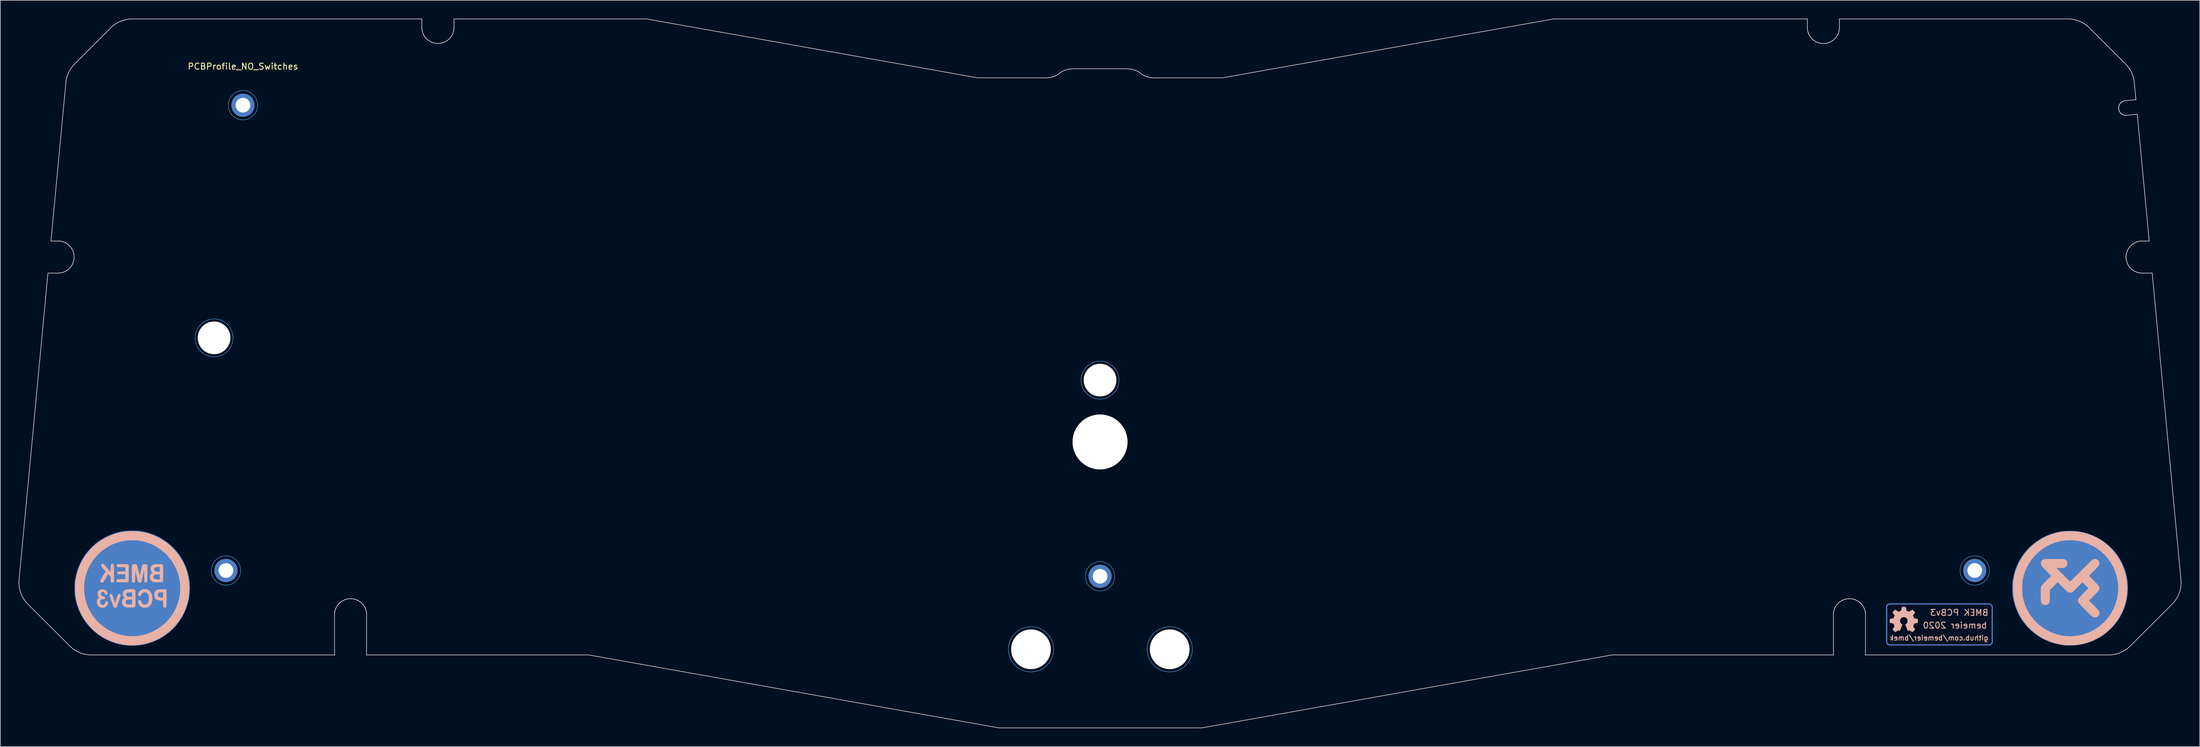
<source format=kicad_pcb>
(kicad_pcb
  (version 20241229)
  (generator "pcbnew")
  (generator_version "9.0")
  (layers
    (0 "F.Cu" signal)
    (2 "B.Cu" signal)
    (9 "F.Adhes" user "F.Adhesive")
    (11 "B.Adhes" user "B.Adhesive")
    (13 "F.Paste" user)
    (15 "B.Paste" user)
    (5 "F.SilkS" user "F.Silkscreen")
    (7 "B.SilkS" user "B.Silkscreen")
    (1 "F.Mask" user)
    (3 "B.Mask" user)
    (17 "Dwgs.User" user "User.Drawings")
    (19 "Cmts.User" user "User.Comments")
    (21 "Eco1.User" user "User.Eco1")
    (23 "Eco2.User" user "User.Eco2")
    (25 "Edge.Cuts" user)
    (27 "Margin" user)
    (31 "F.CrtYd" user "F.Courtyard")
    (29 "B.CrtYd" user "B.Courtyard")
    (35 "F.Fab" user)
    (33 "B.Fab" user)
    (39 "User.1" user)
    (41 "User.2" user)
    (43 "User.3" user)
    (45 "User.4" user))
  (footprint "PCBProfile_NO_Switches"
    (layer "F.Cu")
    (at 36.707 14.179)
    (property "Reference" "PCBProfile_NO_Switches" (at 0 -6.35 0) (unlocked yes) (layer "F.SilkS") (effects (font (size 1 1) (thickness 0.15))))
    (attr through_hole)
    (fp_line (start 268.986 82.169) (end 268.986 84.582) (stroke (width 0.2) (type solid)) (layer "B.Cu"))
    (fp_line (start 268.986 84.582) (end 268.986 87.884) (stroke (width 0.2) (type solid)) (layer "B.Cu"))
    (fp_line (start 269.494 81.68) (end 285.75 81.68) (stroke (width 0.2) (type solid)) (layer "B.Cu"))
    (fp_line (start 269.494 88.392) (end 285.75 88.392) (stroke (width 0.2) (type solid)) (layer "B.Cu"))
    (fp_line (start 286.258 82.169) (end 286.258 84.582) (stroke (width 0.2) (type solid)) (layer "B.Cu"))
    (fp_line (start 286.258 84.582) (end 286.258 87.884) (stroke (width 0.2) (type solid)) (layer "B.Cu"))
    (fp_arc (start 268.986 82.187904) (mid 269.13479 81.828694) (end 269.494 81.679904) (stroke (width 0.2) (type solid)) (layer "B.Cu"))
    (fp_arc (start 269.494 88.392) (mid 269.13479 88.24321) (end 268.986 87.884) (stroke (width 0.2) (type solid)) (layer "B.Cu"))
    (fp_arc (start 285.75 81.679904) (mid 286.10921 81.828694) (end 286.258 82.187904) (stroke (width 0.2) (type solid)) (layer "B.Cu"))
    (fp_arc (start 286.258 87.884) (mid 286.10921 88.24321) (end 285.75 88.392) (stroke (width 0.2) (type solid)) (layer "B.Cu"))
    (fp_poly (pts (xy 299.371 69.711) (xy 299.744 69.725) (xy 299.964 69.743) (xy 300.848 69.879) (xy 301.705 70.091) (xy 302.53 70.376) (xy 303.318 70.731) (xy 304.067 71.153) (xy 304.771 71.638) (xy 305.426 72.184) (xy 306.029 72.787) (xy 306.576 73.443) (xy 307.061 74.15) (xy 307.482 74.904) (xy 307.834 75.702) (xy 307.979 76.104) (xy 308.189 76.813) (xy 308.337 77.499) (xy 308.427 78.19) (xy 308.464 78.916) (xy 308.466 79.102) (xy 308.425 79.999) (xy 308.302 80.874) (xy 308.1 81.724) (xy 307.819 82.546) (xy 307.461 83.338) (xy 307.026 84.095) (xy 306.517 84.816) (xy 305.934 85.496) (xy 305.588 85.847) (xy 304.919 86.436) (xy 304.202 86.955) (xy 303.442 87.403) (xy 302.642 87.778) (xy 301.807 88.078) (xy 300.941 88.301) (xy 300.422 88.394) (xy 300.183 88.423) (xy 299.883 88.446) (xy 299.544 88.464) (xy 299.187 88.476) (xy 298.831 88.482) (xy 298.5 88.48) (xy 298.212 88.47) (xy 298.009 88.455) (xy 297.247 88.337) (xy 296.478 88.153) (xy 295.719 87.91) (xy 294.987 87.612) (xy 294.301 87.267) (xy 293.818 86.975) (xy 293.081 86.443) (xy 292.408 85.856) (xy 291.8 85.216) (xy 291.259 84.526) (xy 290.786 83.789) (xy 290.384 83.008) (xy 290.053 82.185) (xy 289.796 81.322) (xy 289.614 80.424) (xy 289.582 80.202) (xy 289.555 79.929) (xy 289.539 79.594) (xy 289.532 79.221) (xy 289.536 78.835) (xy 289.549 78.456) (xy 289.572 78.11) (xy 289.604 77.818) (xy 289.605 77.811) (xy 289.772 76.943) (xy 290.016 76.1) (xy 290.333 75.288) (xy 290.721 74.512) (xy 291.176 73.778) (xy 291.696 73.092) (xy 292.277 72.459) (xy 292.847 71.942) (xy 293.565 71.394) (xy 294.304 70.927) (xy 295.071 70.536) (xy 295.874 70.219) (xy 296.719 69.972) (xy 297.417 69.825) (xy 297.738 69.78) (xy 298.118 69.745) (xy 298.534 69.721) (xy 298.959 69.71) (xy 299.371 69.711)) (stroke (width 0.01) (type solid)) (fill yes) (layer "B.Cu"))
    (fp_poly (pts (xy -17.526 69.671) (xy -17.198 69.69) (xy -17.077 69.702) (xy -16.184 69.846) (xy -15.319 70.069) (xy -14.485 70.371) (xy -13.686 70.748) (xy -12.924 71.2) (xy -12.204 71.724) (xy -11.545 72.304) (xy -10.964 72.912) (xy -10.453 73.553) (xy -10.002 74.241) (xy -9.629 74.932) (xy -9.277 75.737) (xy -9.007 76.557) (xy -8.815 77.387) (xy -8.701 78.222) (xy -8.662 79.057) (xy -8.698 79.888) (xy -8.806 80.709) (xy -8.985 81.515) (xy -9.233 82.303) (xy -9.548 83.066) (xy -9.929 83.8) (xy -10.374 84.5) (xy -10.882 85.162) (xy -11.45 85.78) (xy -12.077 86.35) (xy -12.762 86.866) (xy -13.503 87.325) (xy -13.928 87.547) (xy -14.745 87.902) (xy -15.594 88.181) (xy -16.466 88.38) (xy -16.785 88.431) (xy -17.11 88.469) (xy -17.486 88.497) (xy -17.883 88.515) (xy -18.274 88.521) (xy -18.631 88.515) (xy -18.861 88.502) (xy -19.753 88.386) (xy -20.62 88.19) (xy -21.459 87.918) (xy -22.264 87.57) (xy -23.033 87.15) (xy -23.76 86.66) (xy -24.442 86.103) (xy -25.074 85.481) (xy -25.652 84.796) (xy -26.027 84.274) (xy -26.185 84.02) (xy -26.359 83.709) (xy -26.539 83.362) (xy -26.713 83.004) (xy -26.869 82.655) (xy -26.998 82.34) (xy -27.05 82.195) (xy -27.223 81.656) (xy -27.355 81.154) (xy -27.45 80.667) (xy -27.513 80.168) (xy -27.547 79.635) (xy -27.557 79.081) (xy -27.555 78.698) (xy -27.547 78.383) (xy -27.532 78.119) (xy -27.51 77.888) (xy -27.481 77.684) (xy -27.296 76.791) (xy -27.039 75.942) (xy -26.709 75.131) (xy -26.304 74.352) (xy -25.82 73.601) (xy -25.684 73.414) (xy -25.496 73.177) (xy -25.259 72.906) (xy -24.99 72.618) (xy -24.706 72.33) (xy -24.424 72.058) (xy -24.159 71.819) (xy -23.928 71.63) (xy -23.916 71.621) (xy -23.165 71.102) (xy -22.392 70.664) (xy -21.594 70.304) (xy -20.764 70.02) (xy -19.897 69.81) (xy -19.758 69.784) (xy -19.466 69.742) (xy -19.113 69.709) (xy -18.72 69.684) (xy -18.309 69.669) (xy -17.904 69.665) (xy -17.526 69.671)) (stroke (width 0.01) (type solid)) (fill yes) (layer "B.Cu"))
    (fp_poly (pts (xy -21.524 80.051) (xy -21.459 80.109) (xy -21.393 80.216) (xy -21.32 80.38) (xy -21.235 80.611) (xy -21.144 80.887) (xy -20.923 81.578) (xy -20.779 81.113) (xy -20.681 80.8) (xy -20.604 80.559) (xy -20.543 80.379) (xy -20.493 80.251) (xy -20.452 80.165) (xy -20.414 80.11) (xy -20.375 80.078) (xy -20.331 80.058) (xy -20.326 80.056) (xy -20.238 80.036) (xy -20.172 80.062) (xy -20.101 80.135) (xy -20.028 80.246) (xy -20.019 80.348) (xy -20.023 80.367) (xy -20.05 80.455) (xy -20.099 80.604) (xy -20.166 80.799) (xy -20.245 81.025) (xy -20.33 81.266) (xy -20.416 81.506) (xy -20.498 81.73) (xy -20.569 81.922) (xy -20.625 82.068) (xy -20.66 82.15) (xy -20.662 82.155) (xy -20.762 82.274) (xy -20.892 82.319) (xy -21.032 82.289) (xy -21.098 82.245) (xy -21.136 82.186) (xy -21.196 82.06) (xy -21.272 81.883) (xy -21.358 81.668) (xy -21.45 81.429) (xy -21.542 81.181) (xy -21.63 80.938) (xy -21.707 80.713) (xy -21.768 80.522) (xy -21.808 80.379) (xy -21.823 80.298) (xy -21.791 80.195) (xy -21.716 80.098) (xy -21.624 80.039) (xy -21.59 80.033) (xy -21.524 80.051)) (stroke (width 0.01) (type solid)) (fill yes) (layer "B.SilkS"))
    (fp_poly (pts (xy -15.7 79.29) (xy -15.431 79.421) (xy -15.287 79.53) (xy -15.089 79.759) (xy -14.942 80.045) (xy -14.85 80.377) (xy -14.817 80.741) (xy -14.836 81.056) (xy -14.914 81.43) (xy -15.044 81.739) (xy -15.225 81.982) (xy -15.457 82.158) (xy -15.736 82.266) (xy -15.97 82.3) (xy -16.214 82.299) (xy -16.416 82.266) (xy -16.437 82.26) (xy -16.695 82.134) (xy -16.907 81.947) (xy -17.06 81.713) (xy -17.145 81.445) (xy -17.151 81.403) (xy -17.16 81.268) (xy -17.142 81.184) (xy -17.091 81.121) (xy -17.09 81.12) (xy -16.968 81.061) (xy -16.884 81.057) (xy -16.814 81.075) (xy -16.756 81.125) (xy -16.694 81.223) (xy -16.631 81.348) (xy -16.49 81.58) (xy -16.326 81.73) (xy -16.14 81.798) (xy -15.932 81.785) (xy -15.877 81.77) (xy -15.688 81.664) (xy -15.543 81.491) (xy -15.446 81.254) (xy -15.398 80.959) (xy -15.397 80.67) (xy -15.441 80.354) (xy -15.533 80.1) (xy -15.669 79.912) (xy -15.847 79.794) (xy -16.006 79.753) (xy -16.198 79.761) (xy -16.368 79.841) (xy -16.524 79.998) (xy -16.619 80.139) (xy -16.709 80.279) (xy -16.78 80.359) (xy -16.85 80.396) (xy -16.903 80.406) (xy -17.029 80.386) (xy -17.112 80.306) (xy -17.15 80.181) (xy -17.142 80.025) (xy -17.085 79.852) (xy -16.997 79.702) (xy -16.79 79.482) (xy -16.543 79.33) (xy -16.27 79.246) (xy -15.984 79.232) (xy -15.7 79.29)) (stroke (width 0.01) (type solid)) (fill yes) (layer "B.SilkS"))
    (fp_poly (pts (xy -21.305 75.125) (xy -21.247 75.136) (xy -21.202 75.165) (xy -21.167 75.22) (xy -21.142 75.308) (xy -21.124 75.438) (xy -21.113 75.618) (xy -21.107 75.856) (xy -21.104 76.159) (xy -21.103 76.537) (xy -21.103 76.674) (xy -21.103 78.037) (xy -21.215 78.125) (xy -21.332 78.198) (xy -21.427 78.199) (xy -21.529 78.129) (xy -21.549 78.109) (xy -21.599 78.052) (xy -21.63 77.989) (xy -21.646 77.898) (xy -21.654 77.759) (xy -21.655 77.611) (xy -21.657 77.218) (xy -21.859 76.996) (xy -22.061 76.775) (xy -22.432 77.428) (xy -22.555 77.642) (xy -22.667 77.832) (xy -22.759 77.983) (xy -22.825 78.085) (xy -22.853 78.122) (xy -22.975 78.178) (xy -23.121 78.187) (xy -23.208 78.162) (xy -23.287 78.111) (xy -23.333 78.045) (xy -23.343 77.955) (xy -23.315 77.834) (xy -23.248 77.672) (xy -23.138 77.463) (xy -22.982 77.197) (xy -22.879 77.026) (xy -22.459 76.341) (xy -22.817 75.955) (xy -22.998 75.752) (xy -23.12 75.592) (xy -23.188 75.466) (xy -23.207 75.361) (xy -23.182 75.268) (xy -23.159 75.227) (xy -23.077 75.147) (xy -22.955 75.123) (xy -22.944 75.122) (xy -22.891 75.126) (xy -22.839 75.143) (xy -22.78 75.181) (xy -22.705 75.249) (xy -22.605 75.355) (xy -22.471 75.507) (xy -22.294 75.713) (xy -22.235 75.782) (xy -21.675 76.441) (xy -21.653 75.852) (xy -21.641 75.586) (xy -21.624 75.393) (xy -21.598 75.262) (xy -21.558 75.181) (xy -21.5 75.139) (xy -21.419 75.124) (xy -21.375 75.122) (xy -21.305 75.125)) (stroke (width 0.01) (type solid)) (fill yes) (layer "B.SilkS"))
    (fp_poly (pts (xy -12.98 79.275) (xy -12.832 79.279) (xy -12.747 79.287) (xy -12.744 79.288) (xy -12.681 79.305) (xy -12.631 79.326) (xy -12.591 79.36) (xy -12.561 79.416) (xy -12.54 79.503) (xy -12.525 79.629) (xy -12.516 79.802) (xy -12.512 80.032) (xy -12.51 80.328) (xy -12.509 80.697) (xy -12.509 80.798) (xy -12.51 81.173) (xy -12.511 81.472) (xy -12.513 81.704) (xy -12.517 81.88) (xy -12.524 82.008) (xy -12.533 82.097) (xy -12.546 82.157) (xy -12.563 82.197) (xy -12.585 82.225) (xy -12.594 82.234) (xy -12.718 82.309) (xy -12.846 82.303) (xy -12.963 82.218) (xy -12.972 82.208) (xy -13.011 82.148) (xy -13.037 82.077) (xy -13.051 81.975) (xy -13.058 81.824) (xy -13.06 81.621) (xy -13.06 81.147) (xy -13.46 81.12) (xy -13.766 81.087) (xy -14.002 81.03) (xy -14.182 80.944) (xy -14.275 80.871) (xy -14.388 80.714) (xy -14.463 80.503) (xy -14.498 80.263) (xy -14.496 80.149) (xy -13.937 80.149) (xy -13.923 80.312) (xy -13.855 80.457) (xy -13.735 80.558) (xy -13.719 80.566) (xy -13.605 80.597) (xy -13.447 80.618) (xy -13.324 80.624) (xy -13.06 80.626) (xy -13.06 79.779) (xy -13.371 79.779) (xy -13.551 79.784) (xy -13.672 79.803) (xy -13.759 79.841) (xy -13.793 79.866) (xy -13.895 79.993) (xy -13.937 80.149) (xy -14.496 80.149) (xy -14.492 80.017) (xy -14.443 79.788) (xy -14.365 79.623) (xy -14.271 79.502) (xy -14.163 79.413) (xy -14.026 79.351) (xy -13.845 79.311) (xy -13.606 79.288) (xy -13.387 79.279) (xy -13.172 79.274) (xy -12.98 79.275)) (stroke (width 0.01) (type solid)) (fill yes) (layer "B.SilkS"))
    (fp_poly (pts (xy -19.415 75.166) (xy -19.19 75.17) (xy -19.026 75.177) (xy -18.912 75.189) (xy -18.836 75.206) (xy -18.787 75.228) (xy -18.784 75.231) (xy -18.758 75.25) (xy -18.737 75.275) (xy -18.721 75.315) (xy -18.709 75.377) (xy -18.701 75.472) (xy -18.695 75.609) (xy -18.692 75.796) (xy -18.691 76.042) (xy -18.69 76.358) (xy -18.69 76.642) (xy -18.69 77.017) (xy -18.692 77.316) (xy -18.694 77.549) (xy -18.699 77.724) (xy -18.705 77.851) (xy -18.715 77.939) (xy -18.728 77.996) (xy -18.745 78.033) (xy -18.767 78.058) (xy -18.767 78.058) (xy -18.804 78.082) (xy -18.86 78.1) (xy -18.948 78.113) (xy -19.08 78.121) (xy -19.265 78.126) (xy -19.516 78.128) (xy -19.719 78.128) (xy -20.593 78.128) (xy -20.662 78.023) (xy -20.709 77.891) (xy -20.687 77.767) (xy -20.603 77.677) (xy -20.57 77.661) (xy -20.49 77.646) (xy -20.344 77.634) (xy -20.15 77.625) (xy -19.927 77.62) (xy -19.851 77.62) (xy -19.24 77.62) (xy -19.24 76.816) (xy -19.846 76.816) (xy -20.128 76.812) (xy -20.329 76.802) (xy -20.454 76.785) (xy -20.502 76.765) (xy -20.547 76.673) (xy -20.551 76.554) (xy -20.519 76.446) (xy -20.471 76.394) (xy -20.399 76.378) (xy -20.262 76.364) (xy -20.077 76.355) (xy -19.862 76.35) (xy -19.815 76.35) (xy -19.24 76.35) (xy -19.24 75.673) (xy -19.875 75.673) (xy -20.123 75.672) (xy -20.3 75.668) (xy -20.421 75.66) (xy -20.501 75.645) (xy -20.554 75.622) (xy -20.594 75.59) (xy -20.595 75.588) (xy -20.669 75.471) (xy -20.661 75.346) (xy -20.614 75.259) (xy -20.588 75.227) (xy -20.556 75.203) (xy -20.503 75.186) (xy -20.42 75.175) (xy -20.294 75.169) (xy -20.113 75.166) (xy -19.865 75.165) (xy -19.713 75.165) (xy -19.415 75.166)) (stroke (width 0.01) (type solid)) (fill yes) (layer "B.SilkS"))
    (fp_poly (pts (xy -22.689 79.325) (xy -22.477 79.422) (xy -22.304 79.564) (xy -22.187 79.745) (xy -22.163 79.813) (xy -22.147 79.971) (xy -22.184 80.095) (xy -22.258 80.176) (xy -22.353 80.207) (xy -22.453 80.181) (xy -22.541 80.09) (xy -22.58 80.009) (xy -22.672 79.83) (xy -22.792 79.726) (xy -22.941 79.694) (xy -23.085 79.731) (xy -23.19 79.825) (xy -23.25 79.958) (xy -23.257 80.109) (xy -23.204 80.257) (xy -23.167 80.309) (xy -23.045 80.4) (xy -22.881 80.443) (xy -22.695 80.49) (xy -22.581 80.574) (xy -22.542 80.691) (xy -22.575 80.8) (xy -22.676 80.87) (xy -22.848 80.9) (xy -22.909 80.902) (xy -23.06 80.913) (xy -23.161 80.946) (xy -23.245 81.013) (xy -23.344 81.158) (xy -23.382 81.322) (xy -23.367 81.488) (xy -23.307 81.642) (xy -23.209 81.766) (xy -23.08 81.847) (xy -22.93 81.867) (xy -22.84 81.848) (xy -22.757 81.804) (xy -22.685 81.728) (xy -22.609 81.599) (xy -22.57 81.52) (xy -22.491 81.368) (xy -22.427 81.279) (xy -22.366 81.236) (xy -22.324 81.227) (xy -22.203 81.247) (xy -22.119 81.329) (xy -22.079 81.459) (xy -22.087 81.621) (xy -22.145 81.793) (xy -22.292 82.011) (xy -22.493 82.175) (xy -22.73 82.276) (xy -22.987 82.31) (xy -23.246 82.268) (xy -23.272 82.259) (xy -23.53 82.129) (xy -23.72 81.95) (xy -23.841 81.723) (xy -23.888 81.493) (xy -23.894 81.253) (xy -23.861 81.066) (xy -23.783 80.909) (xy -23.683 80.787) (xy -23.59 80.687) (xy -23.548 80.625) (xy -23.55 80.58) (xy -23.589 80.53) (xy -23.595 80.523) (xy -23.695 80.39) (xy -23.749 80.246) (xy -23.769 80.06) (xy -23.77 80) (xy -23.741 79.759) (xy -23.649 79.57) (xy -23.488 79.423) (xy -23.39 79.366) (xy -23.163 79.291) (xy -22.923 79.28) (xy -22.689 79.325)) (stroke (width 0.01) (type solid)) (fill yes) (layer "B.SilkS"))
    (fp_poly (pts (xy -18.141 79.272) (xy -17.978 79.276) (xy -17.868 79.285) (xy -17.796 79.302) (xy -17.745 79.329) (xy -17.7 79.369) (xy -17.693 79.375) (xy -17.589 79.479) (xy -17.589 80.767) (xy -17.588 81.162) (xy -17.588 81.48) (xy -17.593 81.731) (xy -17.607 81.921) (xy -17.634 82.059) (xy -17.679 82.154) (xy -17.745 82.214) (xy -17.836 82.246) (xy -17.957 82.26) (xy -18.111 82.262) (xy -18.304 82.263) (xy -18.337 82.263) (xy -18.568 82.263) (xy -18.785 82.258) (xy -18.965 82.249) (xy -19.086 82.237) (xy -19.1 82.234) (xy -19.34 82.16) (xy -19.521 82.043) (xy -19.653 81.887) (xy -19.717 81.778) (xy -19.752 81.673) (xy -19.767 81.54) (xy -19.77 81.405) (xy -19.768 81.387) (xy -19.198 81.387) (xy -19.181 81.517) (xy -19.116 81.615) (xy -19.068 81.659) (xy -18.999 81.711) (xy -18.929 81.743) (xy -18.836 81.761) (xy -18.698 81.768) (xy -18.539 81.769) (xy -18.14 81.769) (xy -18.14 80.964) (xy -18.523 80.964) (xy -18.781 80.973) (xy -18.966 81.003) (xy -19.09 81.062) (xy -19.162 81.155) (xy -19.194 81.291) (xy -19.198 81.387) (xy -19.768 81.387) (xy -19.755 81.183) (xy -19.705 81.018) (xy -19.608 80.886) (xy -19.464 80.771) (xy -19.336 80.684) (xy -19.476 80.531) (xy -19.604 80.334) (xy -19.66 80.109) (xy -19.656 80.049) (xy -19.103 80.049) (xy -19.096 80.209) (xy -19.028 80.342) (xy -18.969 80.406) (xy -18.9 80.448) (xy -18.802 80.473) (xy -18.656 80.487) (xy -18.447 80.493) (xy -18.14 80.499) (xy -18.14 79.771) (xy -18.546 79.786) (xy -18.738 79.794) (xy -18.864 79.807) (xy -18.945 79.829) (xy -18.998 79.863) (xy -19.032 79.9) (xy -19.103 80.049) (xy -19.656 80.049) (xy -19.644 79.876) (xy -19.556 79.653) (xy -19.473 79.536) (xy -19.38 79.443) (xy -19.276 79.374) (xy -19.145 79.325) (xy -18.975 79.294) (xy -18.752 79.277) (xy -18.461 79.271) (xy -18.373 79.271) (xy -18.141 79.272)) (stroke (width 0.01) (type solid)) (fill yes) (layer "B.SilkS"))
    (fp_poly (pts (xy -17.619 75.165) (xy -17.533 75.171) (xy -17.463 75.192) (xy -17.405 75.236) (xy -17.354 75.312) (xy -17.305 75.429) (xy -17.254 75.594) (xy -17.197 75.818) (xy -17.128 76.107) (xy -17.057 76.413) (xy -16.899 77.089) (xy -16.693 76.201) (xy -16.619 75.887) (xy -16.558 75.647) (xy -16.508 75.471) (xy -16.466 75.35) (xy -16.428 75.274) (xy -16.399 75.239) (xy -16.29 75.19) (xy -16.134 75.166) (xy -15.963 75.168) (xy -15.812 75.196) (xy -15.736 75.231) (xy -15.71 75.25) (xy -15.69 75.275) (xy -15.674 75.314) (xy -15.662 75.375) (xy -15.653 75.469) (xy -15.648 75.604) (xy -15.644 75.789) (xy -15.643 76.033) (xy -15.642 76.345) (xy -15.642 76.67) (xy -15.642 77.047) (xy -15.643 77.349) (xy -15.645 77.585) (xy -15.649 77.763) (xy -15.656 77.893) (xy -15.665 77.985) (xy -15.677 78.046) (xy -15.694 78.087) (xy -15.716 78.116) (xy -15.73 78.132) (xy -15.843 78.191) (xy -15.975 78.186) (xy -16.087 78.123) (xy -16.1 78.069) (xy -16.114 77.941) (xy -16.127 77.748) (xy -16.138 77.5) (xy -16.147 77.209) (xy -16.15 77.079) (xy -16.171 76.075) (xy -16.376 77.002) (xy -16.437 77.276) (xy -16.495 77.526) (xy -16.547 77.741) (xy -16.589 77.904) (xy -16.617 78.005) (xy -16.625 78.025) (xy -16.715 78.137) (xy -16.839 78.188) (xy -16.974 78.18) (xy -17.097 78.114) (xy -17.184 77.991) (xy -17.184 77.991) (xy -17.21 77.908) (xy -17.25 77.757) (xy -17.3 77.554) (xy -17.357 77.312) (xy -17.416 77.049) (xy -17.426 77.006) (xy -17.611 76.16) (xy -17.632 77.105) (xy -17.639 77.412) (xy -17.645 77.645) (xy -17.653 77.815) (xy -17.663 77.935) (xy -17.676 78.016) (xy -17.694 78.067) (xy -17.719 78.102) (xy -17.751 78.13) (xy -17.753 78.132) (xy -17.862 78.2) (xy -17.957 78.198) (xy -18.061 78.132) (xy -18.161 78.051) (xy -18.185 75.376) (xy -18.08 75.27) (xy -18.002 75.208) (xy -17.911 75.176) (xy -17.776 75.165) (xy -17.726 75.165) (xy -17.619 75.165)) (stroke (width 0.01) (type solid)) (fill yes) (layer "B.SilkS"))
    (fp_poly (pts (xy -13.626 75.166) (xy -13.447 75.169) (xy -13.323 75.178) (xy -13.242 75.192) (xy -13.188 75.214) (xy -13.149 75.245) (xy -13.144 75.249) (xy -13.121 75.277) (xy -13.102 75.311) (xy -13.087 75.363) (xy -13.077 75.442) (xy -13.069 75.556) (xy -13.064 75.715) (xy -13.061 75.929) (xy -13.06 76.206) (xy -13.06 76.556) (xy -13.06 76.661) (xy -13.06 77.033) (xy -13.061 77.329) (xy -13.064 77.559) (xy -13.068 77.732) (xy -13.075 77.857) (xy -13.085 77.943) (xy -13.099 77.999) (xy -13.116 78.035) (xy -13.137 78.058) (xy -13.216 78.09) (xy -13.362 78.113) (xy -13.557 78.128) (xy -13.783 78.135) (xy -14.024 78.134) (xy -14.261 78.125) (xy -14.476 78.107) (xy -14.653 78.082) (xy -14.773 78.05) (xy -14.779 78.047) (xy -14.986 77.913) (xy -15.126 77.726) (xy -15.2 77.487) (xy -15.211 77.386) (xy -15.212 77.28) (xy -14.663 77.28) (xy -14.616 77.434) (xy -14.539 77.537) (xy -14.411 77.607) (xy -14.222 77.647) (xy -13.961 77.661) (xy -13.959 77.661) (xy -13.61 77.662) (xy -13.61 76.858) (xy -14.015 76.858) (xy -14.205 76.859) (xy -14.331 76.867) (xy -14.414 76.884) (xy -14.475 76.918) (xy -14.535 76.972) (xy -14.545 76.982) (xy -14.644 77.125) (xy -14.663 77.28) (xy -15.212 77.28) (xy -15.212 77.216) (xy -15.197 77.056) (xy -15.178 76.97) (xy -15.107 76.836) (xy -14.996 76.707) (xy -14.873 76.614) (xy -14.829 76.594) (xy -14.818 76.556) (xy -14.877 76.475) (xy -14.909 76.442) (xy -15.027 76.268) (xy -15.092 76.053) (xy -15.095 75.984) (xy -14.541 75.984) (xy -14.526 76.128) (xy -14.474 76.233) (xy -14.375 76.306) (xy -14.219 76.353) (xy -13.994 76.378) (xy -13.832 76.386) (xy -13.61 76.392) (xy -13.61 75.618) (xy -13.979 75.646) (xy -14.211 75.671) (xy -14.371 75.707) (xy -14.472 75.763) (xy -14.524 75.846) (xy -14.541 75.962) (xy -14.541 75.984) (xy -15.095 75.984) (xy -15.101 75.824) (xy -15.052 75.606) (xy -14.978 75.467) (xy -14.89 75.379) (xy -14.763 75.29) (xy -14.71 75.26) (xy -14.63 75.223) (xy -14.55 75.197) (xy -14.451 75.18) (xy -14.318 75.17) (xy -14.134 75.166) (xy -13.882 75.165) (xy -13.876 75.165) (xy -13.626 75.166)) (stroke (width 0.01) (type solid)) (fill yes) (layer "B.SilkS"))
    (fp_poly (pts (xy -17.316 69.804) (xy -16.561 69.89) (xy -15.838 70.037) (xy -15.129 70.249) (xy -14.417 70.531) (xy -14.012 70.719) (xy -13.26 71.128) (xy -12.568 71.59) (xy -11.924 72.114) (xy -11.375 72.646) (xy -10.787 73.321) (xy -10.272 74.037) (xy -9.831 74.79) (xy -9.466 75.575) (xy -9.177 76.389) (xy -8.965 77.228) (xy -8.833 78.086) (xy -8.78 78.96) (xy -8.809 79.846) (xy -8.921 80.74) (xy -8.958 80.943) (xy -9.035 81.284) (xy -9.142 81.672) (xy -9.27 82.079) (xy -9.409 82.478) (xy -9.551 82.84) (xy -9.642 83.046) (xy -10.052 83.825) (xy -10.53 84.556) (xy -11.071 85.235) (xy -11.67 85.86) (xy -12.322 86.426) (xy -13.023 86.93) (xy -13.767 87.369) (xy -14.552 87.737) (xy -15.371 88.033) (xy -16.22 88.252) (xy -16.394 88.287) (xy -16.923 88.369) (xy -17.477 88.424) (xy -18.029 88.45) (xy -18.549 88.446) (xy -18.838 88.428) (xy -19.741 88.309) (xy -20.615 88.111) (xy -21.456 87.837) (xy -22.262 87.487) (xy -23.029 87.063) (xy -23.755 86.567) (xy -24.437 86) (xy -24.744 85.706) (xy -25.343 85.047) (xy -25.873 84.343) (xy -26.33 83.594) (xy -26.715 82.805) (xy -27.025 81.978) (xy -27.259 81.115) (xy -27.392 80.393) (xy -27.43 80.053) (xy -27.455 79.657) (xy -27.466 79.23) (xy -27.463 78.798) (xy -27.462 78.772) (xy -25.994 78.772) (xy -25.988 79.549) (xy -25.905 80.32) (xy -25.746 81.08) (xy -25.512 81.822) (xy -25.204 82.542) (xy -24.823 83.232) (xy -24.369 83.888) (xy -23.86 84.488) (xy -23.285 85.039) (xy -22.66 85.527) (xy -21.991 85.949) (xy -21.285 86.302) (xy -20.548 86.583) (xy -19.789 86.791) (xy -19.013 86.922) (xy -18.227 86.974) (xy -17.438 86.945) (xy -17.302 86.931) (xy -16.526 86.808) (xy -15.774 86.61) (xy -15.036 86.333) (xy -14.682 86.17) (xy -13.971 85.779) (xy -13.311 85.321) (xy -12.706 84.802) (xy -12.158 84.227) (xy -11.671 83.598) (xy -11.248 82.921) (xy -10.893 82.199) (xy -10.61 81.437) (xy -10.409 80.681) (xy -10.351 80.343) (xy -10.307 79.946) (xy -10.279 79.516) (xy -10.267 79.077) (xy -10.273 78.654) (xy -10.297 78.273) (xy -10.307 78.177) (xy -10.442 77.391) (xy -10.654 76.631) (xy -10.939 75.902) (xy -11.293 75.209) (xy -11.713 74.556) (xy -12.193 73.948) (xy -12.73 73.389) (xy -13.319 72.885) (xy -13.956 72.439) (xy -14.637 72.056) (xy -15.358 71.741) (xy -16.114 71.498) (xy -16.53 71.399) (xy -17.326 71.277) (xy -18.127 71.238) (xy -18.928 71.28) (xy -19.72 71.403) (xy -20.497 71.606) (xy -21.25 71.889) (xy -21.517 72.01) (xy -22.238 72.403) (xy -22.907 72.862) (xy -23.523 73.384) (xy -24.081 73.967) (xy -24.577 74.605) (xy -25.009 75.297) (xy -25.231 75.725) (xy -25.542 76.466) (xy -25.772 77.225) (xy -25.922 77.996) (xy -25.994 78.772) (xy -27.462 78.772) (xy -27.447 78.383) (xy -27.418 78.012) (xy -27.392 77.811) (xy -27.217 76.927) (xy -26.967 76.077) (xy -26.645 75.264) (xy -26.255 74.491) (xy -25.799 73.763) (xy -25.28 73.083) (xy -24.703 72.455) (xy -24.069 71.883) (xy -23.383 71.37) (xy -22.646 70.921) (xy -21.863 70.539) (xy -21.209 70.286) (xy -20.627 70.1) (xy -20.079 69.961) (xy -19.54 69.864) (xy -18.983 69.804) (xy -18.383 69.778) (xy -18.119 69.776) (xy -17.316 69.804)) (stroke (width 0.01) (type solid)) (fill yes) (layer "B.SilkS"))
    (fp_poly (pts (xy 299.857 69.808) (xy 300.668 69.908) (xy 301.449 70.079) (xy 302.211 70.323) (xy 302.968 70.644) (xy 303.216 70.766) (xy 303.812 71.09) (xy 304.347 71.43) (xy 304.846 71.803) (xy 305.333 72.228) (xy 305.561 72.446) (xy 306.171 73.103) (xy 306.707 73.803) (xy 307.171 74.546) (xy 307.562 75.331) (xy 307.879 76.157) (xy 308.121 77.023) (xy 308.29 77.93) (xy 308.3 78.001) (xy 308.339 78.433) (xy 308.353 78.921) (xy 308.343 79.442) (xy 308.308 79.974) (xy 308.252 80.491) (xy 308.175 80.971) (xy 308.126 81.202) (xy 307.885 82.052) (xy 307.571 82.865) (xy 307.186 83.639) (xy 306.736 84.368) (xy 306.223 85.05) (xy 305.652 85.681) (xy 305.027 86.256) (xy 304.351 86.774) (xy 303.629 87.229) (xy 302.865 87.618) (xy 302.063 87.937) (xy 301.226 88.184) (xy 300.38 88.35) (xy 300.18 88.374) (xy 299.921 88.396) (xy 299.626 88.414) (xy 299.314 88.429) (xy 299.005 88.438) (xy 298.719 88.442) (xy 298.478 88.44) (xy 298.306 88.431) (xy 297.392 88.308) (xy 296.513 88.107) (xy 295.67 87.832) (xy 294.866 87.481) (xy 294.101 87.057) (xy 293.378 86.559) (xy 292.697 85.988) (xy 292.533 85.833) (xy 291.919 85.188) (xy 291.381 84.51) (xy 290.916 83.795) (xy 290.522 83.039) (xy 290.198 82.238) (xy 289.941 81.389) (xy 289.77 80.605) (xy 289.738 80.366) (xy 289.713 80.062) (xy 289.697 79.71) (xy 289.688 79.329) (xy 289.688 79.081) (xy 291.173 79.081) (xy 291.176 79.497) (xy 291.187 79.849) (xy 291.209 80.155) (xy 291.244 80.435) (xy 291.295 80.709) (xy 291.365 80.995) (xy 291.455 81.314) (xy 291.472 81.371) (xy 291.743 82.126) (xy 292.088 82.848) (xy 292.503 83.53) (xy 292.984 84.166) (xy 293.525 84.746) (xy 293.916 85.099) (xy 294.564 85.589) (xy 295.25 86.008) (xy 295.97 86.355) (xy 296.717 86.627) (xy 297.484 86.822) (xy 298.265 86.939) (xy 299.054 86.975) (xy 299.821 86.931) (xy 300.627 86.801) (xy 301.407 86.594) (xy 302.154 86.312) (xy 302.865 85.958) (xy 303.534 85.536) (xy 304.157 85.049) (xy 304.73 84.5) (xy 305.247 83.893) (xy 305.705 83.231) (xy 306.097 82.518) (xy 306.116 82.479) (xy 306.426 81.737) (xy 306.656 80.975) (xy 306.805 80.199) (xy 306.876 79.416) (xy 306.868 78.632) (xy 306.781 77.852) (xy 306.616 77.083) (xy 306.374 76.331) (xy 306.055 75.602) (xy 305.659 74.903) (xy 305.552 74.739) (xy 305.07 74.093) (xy 304.532 73.508) (xy 303.946 72.985) (xy 303.315 72.527) (xy 302.646 72.135) (xy 301.945 71.811) (xy 301.217 71.558) (xy 300.467 71.376) (xy 299.701 71.269) (xy 298.925 71.237) (xy 298.144 71.284) (xy 297.364 71.41) (xy 296.59 71.618) (xy 296.53 71.638) (xy 295.783 71.931) (xy 295.074 72.296) (xy 294.408 72.729) (xy 293.79 73.225) (xy 293.225 73.778) (xy 292.717 74.385) (xy 292.272 75.039) (xy 291.895 75.737) (xy 291.589 76.474) (xy 291.531 76.644) (xy 291.418 77.005) (xy 291.331 77.328) (xy 291.266 77.632) (xy 291.221 77.939) (xy 291.192 78.269) (xy 291.177 78.643) (xy 291.173 79.08) (xy 291.173 79.081) (xy 289.688 79.081) (xy 289.688 78.938) (xy 289.695 78.554) (xy 289.71 78.196) (xy 289.733 77.883) (xy 289.765 77.633) (xy 289.77 77.599) (xy 289.944 76.804) (xy 290.165 76.065) (xy 290.44 75.362) (xy 290.663 74.89) (xy 291.098 74.124) (xy 291.599 73.408) (xy 292.162 72.744) (xy 292.782 72.138) (xy 293.454 71.591) (xy 294.173 71.108) (xy 294.935 70.694) (xy 295.735 70.351) (xy 296.568 70.083) (xy 296.785 70.028) (xy 297.205 69.933) (xy 297.595 69.864) (xy 297.979 69.816) (xy 298.385 69.788) (xy 298.84 69.777) (xy 299.004 69.776) (xy 299.857 69.808)) (stroke (width 0.01) (type solid)) (fill yes) (layer "B.SilkS"))
    (fp_poly (pts (xy 298.203 74.423) (xy 298.384 74.575) (xy 298.502 74.771) (xy 298.55 74.995) (xy 298.525 75.231) (xy 298.48 75.355) (xy 298.398 75.505) (xy 298.298 75.617) (xy 298.168 75.698) (xy 297.997 75.752) (xy 297.771 75.783) (xy 297.478 75.796) (xy 297.332 75.798) (xy 296.761 75.8) (xy 299.003 78.043) (xy 300.803 76.249) (xy 301.129 75.924) (xy 301.441 75.616) (xy 301.733 75.331) (xy 301.999 75.073) (xy 302.233 74.847) (xy 302.43 74.661) (xy 302.583 74.518) (xy 302.688 74.424) (xy 302.738 74.386) (xy 302.936 74.328) (xy 303.161 74.326) (xy 303.375 74.38) (xy 303.446 74.414) (xy 303.598 74.541) (xy 303.721 74.717) (xy 303.795 74.911) (xy 303.809 75.025) (xy 303.803 75.125) (xy 303.78 75.222) (xy 303.735 75.325) (xy 303.66 75.441) (xy 303.55 75.58) (xy 303.399 75.75) (xy 303.199 75.96) (xy 302.946 76.217) (xy 302.887 76.276) (xy 302.095 77.07) (xy 302.887 77.864) (xy 303.19 78.169) (xy 303.433 78.425) (xy 303.617 78.643) (xy 303.74 78.833) (xy 303.804 79.006) (xy 303.809 79.173) (xy 303.753 79.345) (xy 303.638 79.532) (xy 303.463 79.745) (xy 303.228 79.996) (xy 302.934 80.293) (xy 302.887 80.34) (xy 302.095 81.134) (xy 302.887 81.928) (xy 303.153 82.196) (xy 303.363 82.415) (xy 303.524 82.592) (xy 303.641 82.737) (xy 303.723 82.858) (xy 303.773 82.962) (xy 303.8 83.059) (xy 303.808 83.157) (xy 303.808 83.175) (xy 303.773 83.371) (xy 303.682 83.566) (xy 303.554 83.724) (xy 303.509 83.761) (xy 303.336 83.841) (xy 303.123 83.877) (xy 302.907 83.868) (xy 302.721 83.811) (xy 302.708 83.804) (xy 302.632 83.748) (xy 302.507 83.64) (xy 302.343 83.488) (xy 302.148 83.302) (xy 301.931 83.089) (xy 301.7 82.859) (xy 301.463 82.62) (xy 301.229 82.381) (xy 301.007 82.15) (xy 300.804 81.935) (xy 300.629 81.746) (xy 300.491 81.591) (xy 300.399 81.478) (xy 300.361 81.421) (xy 300.313 81.29) (xy 300.29 81.171) (xy 300.294 81.053) (xy 300.333 80.93) (xy 300.409 80.792) (xy 300.527 80.63) (xy 300.694 80.438) (xy 300.912 80.206) (xy 301.188 79.925) (xy 301.217 79.896) (xy 302.008 79.101) (xy 301.522 78.614) (xy 301.037 78.128) (xy 300.232 78.928) (xy 300.014 79.143) (xy 299.812 79.34) (xy 299.633 79.51) (xy 299.488 79.645) (xy 299.386 79.736) (xy 299.335 79.775) (xy 299.216 79.807) (xy 299.051 79.82) (xy 298.876 79.812) (xy 298.726 79.785) (xy 298.7 79.776) (xy 298.639 79.735) (xy 298.527 79.642) (xy 298.375 79.505) (xy 298.191 79.334) (xy 297.984 79.135) (xy 297.776 78.93) (xy 296.97 78.129) (xy 296.326 78.775) (xy 295.681 79.42) (xy 295.681 80.363) (xy 295.68 80.674) (xy 295.678 80.913) (xy 295.673 81.092) (xy 295.664 81.223) (xy 295.651 81.318) (xy 295.632 81.39) (xy 295.607 81.452) (xy 295.597 81.471) (xy 295.461 81.653) (xy 295.28 81.778) (xy 295.072 81.844) (xy 294.853 81.85) (xy 294.641 81.797) (xy 294.454 81.683) (xy 294.32 81.527) (xy 294.29 81.476) (xy 294.267 81.425) (xy 294.249 81.362) (xy 294.236 81.277) (xy 294.227 81.158) (xy 294.22 80.995) (xy 294.215 80.778) (xy 294.211 80.495) (xy 294.207 80.216) (xy 294.205 79.79) (xy 294.207 79.446) (xy 294.214 79.181) (xy 294.226 78.995) (xy 294.244 78.883) (xy 294.244 78.883) (xy 294.267 78.819) (xy 294.306 78.747) (xy 294.369 78.659) (xy 294.463 78.548) (xy 294.594 78.405) (xy 294.769 78.222) (xy 294.995 77.992) (xy 295.101 77.884) (xy 295.91 77.069) (xy 295.101 76.254) (xy 294.853 76.004) (xy 294.659 75.804) (xy 294.511 75.647) (xy 294.404 75.524) (xy 294.329 75.429) (xy 294.281 75.352) (xy 294.252 75.286) (xy 294.242 75.255) (xy 294.214 75.004) (xy 294.264 74.774) (xy 294.383 74.584) (xy 294.441 74.519) (xy 294.497 74.466) (xy 294.559 74.423) (xy 294.635 74.389) (xy 294.735 74.364) (xy 294.867 74.345) (xy 295.038 74.333) (xy 295.259 74.325) (xy 295.536 74.32) (xy 295.879 74.319) (xy 296.297 74.318) (xy 296.406 74.318) (xy 298.023 74.318) (xy 298.203 74.423)) (stroke (width 0.01) (type solid)) (fill yes) (layer "B.SilkS"))
    (fp_poly (pts (xy 271.689 82.168) (xy 271.611 82.168) (xy 271.554 82.169) (xy 271.515 82.172) (xy 271.491 82.175) (xy 271.477 82.181) (xy 271.47 82.189) (xy 271.467 82.199) (xy 271.467 82.2) (xy 271.462 82.224) (xy 271.452 82.272) (xy 271.44 82.338) (xy 271.425 82.417) (xy 271.409 82.505) (xy 271.408 82.508) (xy 271.392 82.594) (xy 271.377 82.67) (xy 271.363 82.731) (xy 271.353 82.774) (xy 271.347 82.792) (xy 271.347 82.793) (xy 271.328 82.802) (xy 271.291 82.817) (xy 271.242 82.835) (xy 271.242 82.835) (xy 271.18 82.858) (xy 271.108 82.887) (xy 271.039 82.917) (xy 271.036 82.918) (xy 270.925 82.969) (xy 270.678 82.801) (xy 270.602 82.749) (xy 270.534 82.703) (xy 270.476 82.665) (xy 270.434 82.638) (xy 270.41 82.624) (xy 270.408 82.623) (xy 270.391 82.628) (xy 270.36 82.65) (xy 270.312 82.691) (xy 270.247 82.751) (xy 270.181 82.816) (xy 270.117 82.879) (xy 270.06 82.937) (xy 270.013 82.986) (xy 269.98 83.022) (xy 269.963 83.041) (xy 269.963 83.042) (xy 269.961 83.056) (xy 269.968 83.078) (xy 269.985 83.112) (xy 270.014 83.16) (xy 270.057 83.226) (xy 270.114 83.311) (xy 270.164 83.386) (xy 270.21 83.453) (xy 270.247 83.508) (xy 270.274 83.548) (xy 270.287 83.568) (xy 270.288 83.57) (xy 270.286 83.589) (xy 270.274 83.628) (xy 270.253 83.677) (xy 270.246 83.693) (xy 270.213 83.764) (xy 270.179 83.844) (xy 270.151 83.913) (xy 270.131 83.964) (xy 270.115 84.003) (xy 270.105 84.024) (xy 270.104 84.025) (xy 270.087 84.028) (xy 270.047 84.035) (xy 269.989 84.046) (xy 269.918 84.059) (xy 269.841 84.074) (xy 269.762 84.089) (xy 269.686 84.103) (xy 269.619 84.116) (xy 269.566 84.127) (xy 269.533 84.134) (xy 269.525 84.136) (xy 269.517 84.14) (xy 269.511 84.151) (xy 269.506 84.171) (xy 269.503 84.205) (xy 269.501 84.256) (xy 269.5 84.327) (xy 269.5 84.422) (xy 269.5 84.461) (xy 269.5 84.778) (xy 269.576 84.793) (xy 269.619 84.801) (xy 269.682 84.813) (xy 269.758 84.827) (xy 269.84 84.843) (xy 269.863 84.847) (xy 269.938 84.861) (xy 270.004 84.876) (xy 270.055 84.889) (xy 270.085 84.899) (xy 270.09 84.902) (xy 270.102 84.923) (xy 270.119 84.963) (xy 270.139 85.016) (xy 270.143 85.027) (xy 270.168 85.097) (xy 270.199 85.176) (xy 270.23 85.247) (xy 270.23 85.247) (xy 270.282 85.358) (xy 270.113 85.607) (xy 269.944 85.855) (xy 270.161 86.072) (xy 270.226 86.137) (xy 270.286 86.194) (xy 270.337 86.24) (xy 270.375 86.273) (xy 270.398 86.289) (xy 270.401 86.29) (xy 270.42 86.282) (xy 270.458 86.26) (xy 270.512 86.227) (xy 270.577 86.184) (xy 270.647 86.137) (xy 270.719 86.089) (xy 270.782 86.047) (xy 270.834 86.014) (xy 270.87 85.993) (xy 270.886 85.985) (xy 270.906 85.991) (xy 270.943 86.009) (xy 270.991 86.033) (xy 270.996 86.035) (xy 271.059 86.067) (xy 271.103 86.083) (xy 271.13 86.083) (xy 271.144 86.069) (xy 271.144 86.068) (xy 271.151 86.051) (xy 271.168 86.01) (xy 271.194 85.949) (xy 271.226 85.87) (xy 271.264 85.777) (xy 271.307 85.673) (xy 271.349 85.573) (xy 271.395 85.462) (xy 271.437 85.359) (xy 271.474 85.268) (xy 271.504 85.191) (xy 271.528 85.131) (xy 271.542 85.093) (xy 271.547 85.078) (xy 271.535 85.062) (xy 271.506 85.035) (xy 271.467 85.006) (xy 271.356 84.914) (xy 271.27 84.809) (xy 271.209 84.693) (xy 271.173 84.567) (xy 271.166 84.435) (xy 271.171 84.374) (xy 271.202 84.247) (xy 271.255 84.135) (xy 271.327 84.039) (xy 271.415 83.96) (xy 271.516 83.9) (xy 271.625 83.858) (xy 271.74 83.837) (xy 271.858 83.837) (xy 271.975 83.86) (xy 272.087 83.906) (xy 272.193 83.977) (xy 272.237 84.017) (xy 272.321 84.12) (xy 272.38 84.233) (xy 272.414 84.352) (xy 272.422 84.474) (xy 272.406 84.596) (xy 272.367 84.714) (xy 272.303 84.826) (xy 272.216 84.927) (xy 272.119 85.006) (xy 272.079 85.037) (xy 272.05 85.063) (xy 272.04 85.078) (xy 272.045 85.095) (xy 272.061 85.136) (xy 272.085 85.197) (xy 272.116 85.275) (xy 272.154 85.368) (xy 272.196 85.472) (xy 272.238 85.573) (xy 272.284 85.684) (xy 272.326 85.787) (xy 272.364 85.879) (xy 272.396 85.956) (xy 272.42 86.015) (xy 272.436 86.054) (xy 272.442 86.068) (xy 272.456 86.083) (xy 272.483 86.083) (xy 272.527 86.067) (xy 272.59 86.036) (xy 272.591 86.035) (xy 272.639 86.011) (xy 272.677 85.993) (xy 272.699 85.985) (xy 272.7 85.985) (xy 272.717 85.993) (xy 272.753 86.015) (xy 272.805 86.048) (xy 272.869 86.09) (xy 272.939 86.137) (xy 273.011 86.186) (xy 273.076 86.228) (xy 273.13 86.261) (xy 273.168 86.282) (xy 273.186 86.29) (xy 273.202 86.28) (xy 273.236 86.252) (xy 273.283 86.21) (xy 273.341 86.156) (xy 273.405 86.093) (xy 273.426 86.072) (xy 273.643 85.855) (xy 273.478 85.613) (xy 273.427 85.538) (xy 273.383 85.471) (xy 273.348 85.416) (xy 273.324 85.376) (xy 273.313 85.355) (xy 273.312 85.354) (xy 273.318 85.334) (xy 273.333 85.295) (xy 273.356 85.243) (xy 273.371 85.208) (xy 273.401 85.141) (xy 273.428 85.073) (xy 273.45 85.015) (xy 273.455 84.998) (xy 273.472 84.951) (xy 273.488 84.915) (xy 273.497 84.902) (xy 273.516 84.893) (xy 273.559 84.882) (xy 273.619 84.868) (xy 273.691 84.853) (xy 273.724 84.847) (xy 273.806 84.832) (xy 273.884 84.817) (xy 273.952 84.804) (xy 274.001 84.795) (xy 274.01 84.793) (xy 274.087 84.778) (xy 274.087 84.461) (xy 274.086 84.357) (xy 274.086 84.278) (xy 274.084 84.22) (xy 274.082 84.181) (xy 274.078 84.157) (xy 274.072 84.143) (xy 274.064 84.137) (xy 274.061 84.136) (xy 274.042 84.131) (xy 274.001 84.123) (xy 273.942 84.111) (xy 273.87 84.098) (xy 273.793 84.083) (xy 273.713 84.068) (xy 273.638 84.053) (xy 273.572 84.041) (xy 273.521 84.032) (xy 273.489 84.026) (xy 273.482 84.025) (xy 273.476 84.013) (xy 273.462 83.98) (xy 273.443 83.932) (xy 273.436 83.913) (xy 273.406 83.841) (xy 273.372 83.761) (xy 273.341 83.693) (xy 273.318 83.642) (xy 273.303 83.599) (xy 273.298 83.573) (xy 273.299 83.57) (xy 273.309 83.553) (xy 273.334 83.517) (xy 273.369 83.464) (xy 273.413 83.399) (xy 273.463 83.326) (xy 273.473 83.311) (xy 273.531 83.225) (xy 273.573 83.16) (xy 273.602 83.112) (xy 273.619 83.078) (xy 273.626 83.056) (xy 273.624 83.043) (xy 273.624 83.042) (xy 273.61 83.025) (xy 273.578 82.99) (xy 273.532 82.943) (xy 273.476 82.886) (xy 273.413 82.823) (xy 273.406 82.816) (xy 273.326 82.738) (xy 273.264 82.682) (xy 273.22 82.644) (xy 273.191 82.626) (xy 273.178 82.623) (xy 273.16 82.634) (xy 273.121 82.658) (xy 273.067 82.694) (xy 273 82.738) (xy 272.926 82.789) (xy 272.909 82.801) (xy 272.662 82.969) (xy 272.551 82.918) (xy 272.483 82.889) (xy 272.41 82.859) (xy 272.348 82.836) (xy 272.345 82.835) (xy 272.296 82.817) (xy 272.258 82.802) (xy 272.24 82.793) (xy 272.24 82.793) (xy 272.234 82.776) (xy 272.224 82.736) (xy 272.211 82.676) (xy 272.196 82.601) (xy 272.18 82.515) (xy 272.178 82.508) (xy 272.162 82.42) (xy 272.147 82.341) (xy 272.134 82.274) (xy 272.125 82.226) (xy 272.12 82.201) (xy 272.12 82.2) (xy 272.117 82.19) (xy 272.111 82.182) (xy 272.098 82.176) (xy 272.075 82.172) (xy 272.038 82.17) (xy 271.983 82.168) (xy 271.907 82.168) (xy 271.806 82.168) (xy 271.793 82.168) (xy 271.689 82.168)) (stroke (width 0.01) (type solid)) (fill yes) (layer "B.SilkS"))
    (fp_line (start -36.657 78.121) (end -36.653 77.984) (stroke (width 0.1) (type solid)) (layer "Edge.Cuts"))
    (fp_line (start -36.656 78.259) (end -36.657 78.121) (stroke (width 0.1) (type solid)) (layer "Edge.Cuts"))
    (fp_line (start -36.653 77.984) (end -36.646 77.847) (stroke (width 0.1) (type solid)) (layer "Edge.Cuts"))
    (fp_line (start -36.652 78.396) (end -36.656 78.259) (stroke (width 0.1) (type solid)) (layer "Edge.Cuts"))
    (fp_line (start -36.646 77.847) (end -36.635 77.71) (stroke (width 0.1) (type solid)) (layer "Edge.Cuts"))
    (fp_line (start -36.644 78.533) (end -36.652 78.396) (stroke (width 0.1) (type solid)) (layer "Edge.Cuts"))
    (fp_line (start -36.635 77.71) (end -36.635 77.71) (stroke (width 0.1) (type solid)) (layer "Edge.Cuts"))
    (fp_line (start -36.635 77.71) (end -31.911 27.496) (stroke (width 0.1) (type solid)) (layer "Edge.Cuts"))
    (fp_line (start -36.633 78.67) (end -36.644 78.533) (stroke (width 0.1) (type solid)) (layer "Edge.Cuts"))
    (fp_line (start -36.617 78.806) (end -36.633 78.67) (stroke (width 0.1) (type solid)) (layer "Edge.Cuts"))
    (fp_line (start -36.617 78.806) (end -36.617 78.806) (stroke (width 0.1) (type solid)) (layer "Edge.Cuts"))
    (fp_line (start -36.598 78.943) (end -36.617 78.806) (stroke (width 0.1) (type solid)) (layer "Edge.Cuts"))
    (fp_line (start -36.575 79.078) (end -36.598 78.943) (stroke (width 0.1) (type solid)) (layer "Edge.Cuts"))
    (fp_line (start -36.549 79.213) (end -36.575 79.078) (stroke (width 0.1) (type solid)) (layer "Edge.Cuts"))
    (fp_line (start -36.518 79.347) (end -36.549 79.213) (stroke (width 0.1) (type solid)) (layer "Edge.Cuts"))
    (fp_line (start -36.484 79.48) (end -36.518 79.347) (stroke (width 0.1) (type solid)) (layer "Edge.Cuts"))
    (fp_line (start -36.447 79.612) (end -36.484 79.48) (stroke (width 0.1) (type solid)) (layer "Edge.Cuts"))
    (fp_line (start -36.406 79.743) (end -36.447 79.612) (stroke (width 0.1) (type solid)) (layer "Edge.Cuts"))
    (fp_line (start -36.361 79.873) (end -36.406 79.743) (stroke (width 0.1) (type solid)) (layer "Edge.Cuts"))
    (fp_line (start -36.361 79.873) (end -36.361 79.873) (stroke (width 0.1) (type solid)) (layer "Edge.Cuts"))
    (fp_line (start -36.313 80.002) (end -36.361 79.873) (stroke (width 0.1) (type solid)) (layer "Edge.Cuts"))
    (fp_line (start -36.261 80.129) (end -36.313 80.002) (stroke (width 0.1) (type solid)) (layer "Edge.Cuts"))
    (fp_line (start -36.205 80.254) (end -36.261 80.129) (stroke (width 0.1) (type solid)) (layer "Edge.Cuts"))
    (fp_line (start -36.147 80.379) (end -36.205 80.254) (stroke (width 0.1) (type solid)) (layer "Edge.Cuts"))
    (fp_line (start -36.085 80.501) (end -36.147 80.379) (stroke (width 0.1) (type solid)) (layer "Edge.Cuts"))
    (fp_line (start -36.019 80.622) (end -36.085 80.501) (stroke (width 0.1) (type solid)) (layer "Edge.Cuts"))
    (fp_line (start -35.95 80.741) (end -36.019 80.622) (stroke (width 0.1) (type solid)) (layer "Edge.Cuts"))
    (fp_line (start -35.878 80.858) (end -35.95 80.741) (stroke (width 0.1) (type solid)) (layer "Edge.Cuts"))
    (fp_line (start -35.878 80.858) (end -35.878 80.858) (stroke (width 0.1) (type solid)) (layer "Edge.Cuts"))
    (fp_line (start -35.803 80.973) (end -35.878 80.858) (stroke (width 0.1) (type solid)) (layer "Edge.Cuts"))
    (fp_line (start -35.725 81.086) (end -35.803 80.973) (stroke (width 0.1) (type solid)) (layer "Edge.Cuts"))
    (fp_line (start -35.643 81.196) (end -35.725 81.086) (stroke (width 0.1) (type solid)) (layer "Edge.Cuts"))
    (fp_line (start -35.559 81.305) (end -35.643 81.196) (stroke (width 0.1) (type solid)) (layer "Edge.Cuts"))
    (fp_line (start -35.471 81.411) (end -35.559 81.305) (stroke (width 0.1) (type solid)) (layer "Edge.Cuts"))
    (fp_line (start -35.381 81.514) (end -35.471 81.411) (stroke (width 0.1) (type solid)) (layer "Edge.Cuts"))
    (fp_line (start -35.288 81.615) (end -35.381 81.514) (stroke (width 0.1) (type solid)) (layer "Edge.Cuts"))
    (fp_line (start -35.192 81.714) (end -35.288 81.615) (stroke (width 0.1) (type solid)) (layer "Edge.Cuts"))
    (fp_line (start -35.192 81.714) (end -35.192 81.714) (stroke (width 0.1) (type solid)) (layer "Edge.Cuts"))
    (fp_line (start -31.911 27.496) (end -31.911 27.496) (stroke (width 0.1) (type solid)) (layer "Edge.Cuts"))
    (fp_line (start -31.911 27.496) (end -30.258 27.496) (stroke (width 0.1) (type solid)) (layer "Edge.Cuts"))
    (fp_line (start -31.417 22.246) (end -31.417 22.246) (stroke (width 0.1) (type solid)) (layer "Edge.Cuts"))
    (fp_line (start -31.417 22.246) (end -28.977 -3.69) (stroke (width 0.1) (type solid)) (layer "Edge.Cuts"))
    (fp_line (start -30.258 22.246) (end -31.417 22.246) (stroke (width 0.1) (type solid)) (layer "Edge.Cuts"))
    (fp_line (start -30.258 22.246) (end -30.258 22.246) (stroke (width 0.1) (type solid)) (layer "Edge.Cuts"))
    (fp_line (start -30.258 27.496) (end -30.258 27.496) (stroke (width 0.1) (type solid)) (layer "Edge.Cuts"))
    (fp_line (start -30.258 27.496) (end -30.193 27.496) (stroke (width 0.1) (type solid)) (layer "Edge.Cuts"))
    (fp_line (start -30.193 22.247) (end -30.258 22.246) (stroke (width 0.1) (type solid)) (layer "Edge.Cuts"))
    (fp_line (start -30.193 27.496) (end -30.129 27.493) (stroke (width 0.1) (type solid)) (layer "Edge.Cuts"))
    (fp_line (start -30.129 22.25) (end -30.193 22.247) (stroke (width 0.1) (type solid)) (layer "Edge.Cuts"))
    (fp_line (start -30.129 27.493) (end -30.065 27.489) (stroke (width 0.1) (type solid)) (layer "Edge.Cuts"))
    (fp_line (start -30.065 22.254) (end -30.129 22.25) (stroke (width 0.1) (type solid)) (layer "Edge.Cuts"))
    (fp_line (start -30.065 27.489) (end -30 27.484) (stroke (width 0.1) (type solid)) (layer "Edge.Cuts"))
    (fp_line (start -30 22.259) (end -30.065 22.254) (stroke (width 0.1) (type solid)) (layer "Edge.Cuts"))
    (fp_line (start -30 27.484) (end -29.936 27.477) (stroke (width 0.1) (type solid)) (layer "Edge.Cuts"))
    (fp_line (start -29.936 22.266) (end -30 22.259) (stroke (width 0.1) (type solid)) (layer "Edge.Cuts"))
    (fp_line (start -29.936 27.477) (end -29.873 27.468) (stroke (width 0.1) (type solid)) (layer "Edge.Cuts"))
    (fp_line (start -29.873 22.275) (end -29.936 22.266) (stroke (width 0.1) (type solid)) (layer "Edge.Cuts"))
    (fp_line (start -29.873 27.468) (end -29.809 27.458) (stroke (width 0.1) (type solid)) (layer "Edge.Cuts"))
    (fp_line (start -29.809 22.285) (end -29.873 22.275) (stroke (width 0.1) (type solid)) (layer "Edge.Cuts"))
    (fp_line (start -29.809 27.458) (end -29.746 27.446) (stroke (width 0.1) (type solid)) (layer "Edge.Cuts"))
    (fp_line (start -29.746 22.297) (end -29.809 22.285) (stroke (width 0.1) (type solid)) (layer "Edge.Cuts"))
    (fp_line (start -29.746 22.297) (end -29.746 22.297) (stroke (width 0.1) (type solid)) (layer "Edge.Cuts"))
    (fp_line (start -29.746 27.446) (end -29.746 27.446) (stroke (width 0.1) (type solid)) (layer "Edge.Cuts"))
    (fp_line (start -29.746 27.446) (end -29.682 27.433) (stroke (width 0.1) (type solid)) (layer "Edge.Cuts"))
    (fp_line (start -29.682 22.31) (end -29.746 22.297) (stroke (width 0.1) (type solid)) (layer "Edge.Cuts"))
    (fp_line (start -29.682 27.433) (end -29.62 27.418) (stroke (width 0.1) (type solid)) (layer "Edge.Cuts"))
    (fp_line (start -29.62 22.325) (end -29.682 22.31) (stroke (width 0.1) (type solid)) (layer "Edge.Cuts"))
    (fp_line (start -29.62 27.418) (end -29.558 27.401) (stroke (width 0.1) (type solid)) (layer "Edge.Cuts"))
    (fp_line (start -29.558 22.342) (end -29.62 22.325) (stroke (width 0.1) (type solid)) (layer "Edge.Cuts"))
    (fp_line (start -29.558 27.401) (end -29.496 27.383) (stroke (width 0.1) (type solid)) (layer "Edge.Cuts"))
    (fp_line (start -29.496 22.36) (end -29.558 22.342) (stroke (width 0.1) (type solid)) (layer "Edge.Cuts"))
    (fp_line (start -29.496 27.383) (end -29.434 27.364) (stroke (width 0.1) (type solid)) (layer "Edge.Cuts"))
    (fp_line (start -29.434 22.379) (end -29.496 22.36) (stroke (width 0.1) (type solid)) (layer "Edge.Cuts"))
    (fp_line (start -29.434 27.364) (end -29.373 27.343) (stroke (width 0.1) (type solid)) (layer "Edge.Cuts"))
    (fp_line (start -29.373 22.4) (end -29.434 22.379) (stroke (width 0.1) (type solid)) (layer "Edge.Cuts"))
    (fp_line (start -29.373 27.343) (end -29.313 27.321) (stroke (width 0.1) (type solid)) (layer "Edge.Cuts"))
    (fp_line (start -29.313 22.422) (end -29.373 22.4) (stroke (width 0.1) (type solid)) (layer "Edge.Cuts"))
    (fp_line (start -29.313 27.321) (end -29.253 27.297) (stroke (width 0.1) (type solid)) (layer "Edge.Cuts"))
    (fp_line (start -29.253 22.446) (end -29.313 22.422) (stroke (width 0.1) (type solid)) (layer "Edge.Cuts"))
    (fp_line (start -29.253 22.446) (end -29.253 22.446) (stroke (width 0.1) (type solid)) (layer "Edge.Cuts"))
    (fp_line (start -29.253 27.297) (end -29.253 27.297) (stroke (width 0.1) (type solid)) (layer "Edge.Cuts"))
    (fp_line (start -29.253 27.297) (end -29.194 27.271) (stroke (width 0.1) (type solid)) (layer "Edge.Cuts"))
    (fp_line (start -29.194 22.472) (end -29.253 22.446) (stroke (width 0.1) (type solid)) (layer "Edge.Cuts"))
    (fp_line (start -29.194 27.271) (end -29.135 27.244) (stroke (width 0.1) (type solid)) (layer "Edge.Cuts"))
    (fp_line (start -29.135 22.499) (end -29.194 22.472) (stroke (width 0.1) (type solid)) (layer "Edge.Cuts"))
    (fp_line (start -29.135 27.244) (end -29.077 27.216) (stroke (width 0.1) (type solid)) (layer "Edge.Cuts"))
    (fp_line (start -29.077 22.527) (end -29.135 22.499) (stroke (width 0.1) (type solid)) (layer "Edge.Cuts"))
    (fp_line (start -29.077 27.216) (end -29.02 27.187) (stroke (width 0.1) (type solid)) (layer "Edge.Cuts"))
    (fp_line (start -29.02 22.556) (end -29.077 22.527) (stroke (width 0.1) (type solid)) (layer "Edge.Cuts"))
    (fp_line (start -29.02 27.187) (end -28.964 27.155) (stroke (width 0.1) (type solid)) (layer "Edge.Cuts"))
    (fp_line (start -28.977 -3.69) (end -28.977 -3.69) (stroke (width 0.1) (type solid)) (layer "Edge.Cuts"))
    (fp_line (start -28.977 -3.69) (end -28.965 -3.798) (stroke (width 0.1) (type solid)) (layer "Edge.Cuts"))
    (fp_line (start -28.965 -3.798) (end -28.952 -3.905) (stroke (width 0.1) (type solid)) (layer "Edge.Cuts"))
    (fp_line (start -28.964 22.587) (end -29.02 22.556) (stroke (width 0.1) (type solid)) (layer "Edge.Cuts"))
    (fp_line (start -28.964 27.155) (end -28.908 27.123) (stroke (width 0.1) (type solid)) (layer "Edge.Cuts"))
    (fp_line (start -28.952 -3.905) (end -28.936 -4.012) (stroke (width 0.1) (type solid)) (layer "Edge.Cuts"))
    (fp_line (start -28.936 -4.012) (end -28.918 -4.118) (stroke (width 0.1) (type solid)) (layer "Edge.Cuts"))
    (fp_line (start -28.918 -4.118) (end -28.897 -4.224) (stroke (width 0.1) (type solid)) (layer "Edge.Cuts"))
    (fp_line (start -28.908 22.62) (end -28.964 22.587) (stroke (width 0.1) (type solid)) (layer "Edge.Cuts"))
    (fp_line (start -28.908 27.123) (end -28.853 27.089) (stroke (width 0.1) (type solid)) (layer "Edge.Cuts"))
    (fp_line (start -28.897 -4.224) (end -28.874 -4.33) (stroke (width 0.1) (type solid)) (layer "Edge.Cuts"))
    (fp_line (start -28.874 -4.33) (end -28.849 -4.435) (stroke (width 0.1) (type solid)) (layer "Edge.Cuts"))
    (fp_line (start -28.853 22.654) (end -28.908 22.62) (stroke (width 0.1) (type solid)) (layer "Edge.Cuts"))
    (fp_line (start -28.853 27.089) (end -28.799 27.054) (stroke (width 0.1) (type solid)) (layer "Edge.Cuts"))
    (fp_line (start -28.849 -4.435) (end -28.822 -4.54) (stroke (width 0.1) (type solid)) (layer "Edge.Cuts"))
    (fp_line (start -28.822 -4.54) (end -28.822 -4.54) (stroke (width 0.1) (type solid)) (layer "Edge.Cuts"))
    (fp_line (start -28.822 -4.54) (end -28.792 -4.644) (stroke (width 0.1) (type solid)) (layer "Edge.Cuts"))
    (fp_line (start -28.799 22.689) (end -28.853 22.654) (stroke (width 0.1) (type solid)) (layer "Edge.Cuts"))
    (fp_line (start -28.799 22.689) (end -28.799 22.689) (stroke (width 0.1) (type solid)) (layer "Edge.Cuts"))
    (fp_line (start -28.799 27.054) (end -28.799 27.054) (stroke (width 0.1) (type solid)) (layer "Edge.Cuts"))
    (fp_line (start -28.799 27.054) (end -28.746 27.018) (stroke (width 0.1) (type solid)) (layer "Edge.Cuts"))
    (fp_line (start -28.792 -4.644) (end -28.76 -4.747) (stroke (width 0.1) (type solid)) (layer "Edge.Cuts"))
    (fp_line (start -28.76 -4.747) (end -28.726 -4.85) (stroke (width 0.1) (type solid)) (layer "Edge.Cuts"))
    (fp_line (start -28.746 27.018) (end -28.694 26.98) (stroke (width 0.1) (type solid)) (layer "Edge.Cuts"))
    (fp_line (start -28.746 22.725) (end -28.799 22.689) (stroke (width 0.1) (type solid)) (layer "Edge.Cuts"))
    (fp_line (start -28.726 -4.85) (end -28.69 -4.951) (stroke (width 0.1) (type solid)) (layer "Edge.Cuts"))
    (fp_line (start -28.694 26.98) (end -28.643 26.941) (stroke (width 0.1) (type solid)) (layer "Edge.Cuts"))
    (fp_line (start -28.694 22.763) (end -28.746 22.725) (stroke (width 0.1) (type solid)) (layer "Edge.Cuts"))
    (fp_line (start -28.69 -4.951) (end -28.652 -5.052) (stroke (width 0.1) (type solid)) (layer "Edge.Cuts"))
    (fp_line (start -28.652 -5.052) (end -28.611 -5.152) (stroke (width 0.1) (type solid)) (layer "Edge.Cuts"))
    (fp_line (start -28.643 26.941) (end -28.592 26.901) (stroke (width 0.1) (type solid)) (layer "Edge.Cuts"))
    (fp_line (start -28.643 22.802) (end -28.694 22.763) (stroke (width 0.1) (type solid)) (layer "Edge.Cuts"))
    (fp_line (start -28.611 -5.152) (end -28.568 -5.252) (stroke (width 0.1) (type solid)) (layer "Edge.Cuts"))
    (fp_line (start -28.592 26.901) (end -28.543 26.859) (stroke (width 0.1) (type solid)) (layer "Edge.Cuts"))
    (fp_line (start -28.592 22.842) (end -28.643 22.802) (stroke (width 0.1) (type solid)) (layer "Edge.Cuts"))
    (fp_line (start -28.568 -5.252) (end -28.523 -5.35) (stroke (width 0.1) (type solid)) (layer "Edge.Cuts"))
    (fp_line (start -28.543 26.859) (end -28.495 26.816) (stroke (width 0.1) (type solid)) (layer "Edge.Cuts"))
    (fp_line (start -28.543 22.884) (end -28.592 22.842) (stroke (width 0.1) (type solid)) (layer "Edge.Cuts"))
    (fp_line (start -28.523 -5.35) (end -28.523 -5.35) (stroke (width 0.1) (type solid)) (layer "Edge.Cuts"))
    (fp_line (start -28.523 -5.35) (end -28.476 -5.447) (stroke (width 0.1) (type solid)) (layer "Edge.Cuts"))
    (fp_line (start -28.495 26.816) (end -28.448 26.773) (stroke (width 0.1) (type solid)) (layer "Edge.Cuts"))
    (fp_line (start -28.495 22.926) (end -28.543 22.884) (stroke (width 0.1) (type solid)) (layer "Edge.Cuts"))
    (fp_line (start -28.476 -5.447) (end -28.427 -5.543) (stroke (width 0.1) (type solid)) (layer "Edge.Cuts"))
    (fp_line (start -28.448 26.773) (end -28.402 26.728) (stroke (width 0.1) (type solid)) (layer "Edge.Cuts"))
    (fp_line (start -28.448 22.97) (end -28.495 22.926) (stroke (width 0.1) (type solid)) (layer "Edge.Cuts"))
    (fp_line (start -28.427 -5.543) (end -28.376 -5.639) (stroke (width 0.1) (type solid)) (layer "Edge.Cuts"))
    (fp_line (start -28.402 23.015) (end -28.448 22.97) (stroke (width 0.1) (type solid)) (layer "Edge.Cuts"))
    (fp_line (start -28.402 23.015) (end -28.402 23.015) (stroke (width 0.1) (type solid)) (layer "Edge.Cuts"))
    (fp_line (start -28.402 26.728) (end -28.402 26.728) (stroke (width 0.1) (type solid)) (layer "Edge.Cuts"))
    (fp_line (start -28.402 26.728) (end -28.357 26.681) (stroke (width 0.1) (type solid)) (layer "Edge.Cuts"))
    (fp_line (start -28.376 -5.639) (end -28.323 -5.733) (stroke (width 0.1) (type solid)) (layer "Edge.Cuts"))
    (fp_line (start -28.357 23.061) (end -28.402 23.015) (stroke (width 0.1) (type solid)) (layer "Edge.Cuts"))
    (fp_line (start -28.357 26.681) (end -28.313 26.634) (stroke (width 0.1) (type solid)) (layer "Edge.Cuts"))
    (fp_line (start -28.338 88.568) (end -35.192 81.714) (stroke (width 0.1) (type solid)) (layer "Edge.Cuts"))
    (fp_line (start -28.338 88.568) (end -28.338 88.568) (stroke (width 0.1) (type solid)) (layer "Edge.Cuts"))
    (fp_line (start -28.323 -5.733) (end -28.267 -5.825) (stroke (width 0.1) (type solid)) (layer "Edge.Cuts"))
    (fp_line (start -28.313 23.109) (end -28.357 23.061) (stroke (width 0.1) (type solid)) (layer "Edge.Cuts"))
    (fp_line (start -28.313 26.634) (end -28.27 26.586) (stroke (width 0.1) (type solid)) (layer "Edge.Cuts"))
    (fp_line (start -28.27 23.157) (end -28.313 23.109) (stroke (width 0.1) (type solid)) (layer "Edge.Cuts"))
    (fp_line (start -28.27 26.586) (end -28.229 26.537) (stroke (width 0.1) (type solid)) (layer "Edge.Cuts"))
    (fp_line (start -28.267 -5.825) (end -28.21 -5.917) (stroke (width 0.1) (type solid)) (layer "Edge.Cuts"))
    (fp_line (start -28.251 88.653) (end -28.338 88.568) (stroke (width 0.1) (type solid)) (layer "Edge.Cuts"))
    (fp_line (start -28.229 23.206) (end -28.27 23.157) (stroke (width 0.1) (type solid)) (layer "Edge.Cuts"))
    (fp_line (start -28.229 26.537) (end -28.188 26.486) (stroke (width 0.1) (type solid)) (layer "Edge.Cuts"))
    (fp_line (start -28.21 -5.917) (end -28.151 -6.007) (stroke (width 0.1) (type solid)) (layer "Edge.Cuts"))
    (fp_line (start -28.188 23.256) (end -28.229 23.206) (stroke (width 0.1) (type solid)) (layer "Edge.Cuts"))
    (fp_line (start -28.188 26.486) (end -28.149 26.435) (stroke (width 0.1) (type solid)) (layer "Edge.Cuts"))
    (fp_line (start -28.161 88.737) (end -28.251 88.653) (stroke (width 0.1) (type solid)) (layer "Edge.Cuts"))
    (fp_line (start -28.151 -6.007) (end -28.09 -6.097) (stroke (width 0.1) (type solid)) (layer "Edge.Cuts"))
    (fp_line (start -28.149 23.308) (end -28.188 23.256) (stroke (width 0.1) (type solid)) (layer "Edge.Cuts"))
    (fp_line (start -28.149 26.435) (end -28.112 26.383) (stroke (width 0.1) (type solid)) (layer "Edge.Cuts"))
    (fp_line (start -28.112 23.36) (end -28.149 23.308) (stroke (width 0.1) (type solid)) (layer "Edge.Cuts"))
    (fp_line (start -28.112 26.383) (end -28.075 26.33) (stroke (width 0.1) (type solid)) (layer "Edge.Cuts"))
    (fp_line (start -28.09 -6.097) (end -28.09 -6.097) (stroke (width 0.1) (type solid)) (layer "Edge.Cuts"))
    (fp_line (start -28.09 -6.097) (end -28.027 -6.184) (stroke (width 0.1) (type solid)) (layer "Edge.Cuts"))
    (fp_line (start -28.075 23.413) (end -28.112 23.36) (stroke (width 0.1) (type solid)) (layer "Edge.Cuts"))
    (fp_line (start -28.075 23.413) (end -28.075 23.413) (stroke (width 0.1) (type solid)) (layer "Edge.Cuts"))
    (fp_line (start -28.075 26.33) (end -28.075 26.33) (stroke (width 0.1) (type solid)) (layer "Edge.Cuts"))
    (fp_line (start -28.075 26.33) (end -28.04 26.276) (stroke (width 0.1) (type solid)) (layer "Edge.Cuts"))
    (fp_line (start -28.069 88.818) (end -28.161 88.737) (stroke (width 0.1) (type solid)) (layer "Edge.Cuts"))
    (fp_line (start -28.04 23.467) (end -28.075 23.413) (stroke (width 0.1) (type solid)) (layer "Edge.Cuts"))
    (fp_line (start -28.04 26.276) (end -28.006 26.221) (stroke (width 0.1) (type solid)) (layer "Edge.Cuts"))
    (fp_line (start -28.027 -6.184) (end -27.962 -6.271) (stroke (width 0.1) (type solid)) (layer "Edge.Cuts"))
    (fp_line (start -28.006 23.522) (end -28.04 23.467) (stroke (width 0.1) (type solid)) (layer "Edge.Cuts"))
    (fp_line (start -28.006 26.221) (end -27.974 26.165) (stroke (width 0.1) (type solid)) (layer "Edge.Cuts"))
    (fp_line (start -27.975 88.897) (end -28.069 88.818) (stroke (width 0.1) (type solid)) (layer "Edge.Cuts"))
    (fp_line (start -27.974 23.578) (end -28.006 23.522) (stroke (width 0.1) (type solid)) (layer "Edge.Cuts"))
    (fp_line (start -27.974 26.165) (end -27.943 26.109) (stroke (width 0.1) (type solid)) (layer "Edge.Cuts"))
    (fp_line (start -27.962 -6.271) (end -27.895 -6.356) (stroke (width 0.1) (type solid)) (layer "Edge.Cuts"))
    (fp_line (start -27.943 23.634) (end -27.974 23.578) (stroke (width 0.1) (type solid)) (layer "Edge.Cuts"))
    (fp_line (start -27.943 26.109) (end -27.913 26.052) (stroke (width 0.1) (type solid)) (layer "Edge.Cuts"))
    (fp_line (start -27.913 23.691) (end -27.943 23.634) (stroke (width 0.1) (type solid)) (layer "Edge.Cuts"))
    (fp_line (start -27.913 26.052) (end -27.885 25.994) (stroke (width 0.1) (type solid)) (layer "Edge.Cuts"))
    (fp_line (start -27.895 -6.356) (end -27.826 -6.439) (stroke (width 0.1) (type solid)) (layer "Edge.Cuts"))
    (fp_line (start -27.885 23.749) (end -27.913 23.691) (stroke (width 0.1) (type solid)) (layer "Edge.Cuts"))
    (fp_line (start -27.885 25.994) (end -27.858 25.935) (stroke (width 0.1) (type solid)) (layer "Edge.Cuts"))
    (fp_line (start -27.879 88.974) (end -27.975 88.897) (stroke (width 0.1) (type solid)) (layer "Edge.Cuts"))
    (fp_line (start -27.858 23.808) (end -27.885 23.749) (stroke (width 0.1) (type solid)) (layer "Edge.Cuts"))
    (fp_line (start -27.858 25.935) (end -27.833 25.876) (stroke (width 0.1) (type solid)) (layer "Edge.Cuts"))
    (fp_line (start -27.833 23.867) (end -27.858 23.808) (stroke (width 0.1) (type solid)) (layer "Edge.Cuts"))
    (fp_line (start -27.833 23.867) (end -27.833 23.867) (stroke (width 0.1) (type solid)) (layer "Edge.Cuts"))
    (fp_line (start -27.833 25.876) (end -27.833 25.876) (stroke (width 0.1) (type solid)) (layer "Edge.Cuts"))
    (fp_line (start -27.833 25.876) (end -27.809 25.816) (stroke (width 0.1) (type solid)) (layer "Edge.Cuts"))
    (fp_line (start -27.826 -6.439) (end -27.756 -6.521) (stroke (width 0.1) (type solid)) (layer "Edge.Cuts"))
    (fp_line (start -27.809 23.927) (end -27.833 23.867) (stroke (width 0.1) (type solid)) (layer "Edge.Cuts"))
    (fp_line (start -27.809 25.816) (end -27.786 25.756) (stroke (width 0.1) (type solid)) (layer "Edge.Cuts"))
    (fp_line (start -27.786 23.987) (end -27.809 23.927) (stroke (width 0.1) (type solid)) (layer "Edge.Cuts"))
    (fp_line (start -27.786 25.756) (end -27.765 25.695) (stroke (width 0.1) (type solid)) (layer "Edge.Cuts"))
    (fp_line (start -27.781 89.048) (end -27.879 88.974) (stroke (width 0.1) (type solid)) (layer "Edge.Cuts"))
    (fp_line (start -27.765 24.048) (end -27.786 23.987) (stroke (width 0.1) (type solid)) (layer "Edge.Cuts"))
    (fp_line (start -27.765 25.695) (end -27.746 25.633) (stroke (width 0.1) (type solid)) (layer "Edge.Cuts"))
    (fp_line (start -27.756 -6.521) (end -27.684 -6.601) (stroke (width 0.1) (type solid)) (layer "Edge.Cuts"))
    (fp_line (start -27.746 24.109) (end -27.765 24.048) (stroke (width 0.1) (type solid)) (layer "Edge.Cuts"))
    (fp_line (start -27.746 25.633) (end -27.728 25.572) (stroke (width 0.1) (type solid)) (layer "Edge.Cuts"))
    (fp_line (start -27.728 24.171) (end -27.746 24.109) (stroke (width 0.1) (type solid)) (layer "Edge.Cuts"))
    (fp_line (start -27.728 25.572) (end -27.711 25.509) (stroke (width 0.1) (type solid)) (layer "Edge.Cuts"))
    (fp_line (start -27.711 24.234) (end -27.728 24.171) (stroke (width 0.1) (type solid)) (layer "Edge.Cuts"))
    (fp_line (start -27.711 25.509) (end -27.696 25.447) (stroke (width 0.1) (type solid)) (layer "Edge.Cuts"))
    (fp_line (start -27.696 24.296) (end -27.711 24.234) (stroke (width 0.1) (type solid)) (layer "Edge.Cuts"))
    (fp_line (start -27.696 25.447) (end -27.683 25.384) (stroke (width 0.1) (type solid)) (layer "Edge.Cuts"))
    (fp_line (start -27.684 -6.601) (end -27.61 -6.68) (stroke (width 0.1) (type solid)) (layer "Edge.Cuts"))
    (fp_line (start -27.683 24.359) (end -27.696 24.296) (stroke (width 0.1) (type solid)) (layer "Edge.Cuts"))
    (fp_line (start -27.683 24.359) (end -27.683 24.359) (stroke (width 0.1) (type solid)) (layer "Edge.Cuts"))
    (fp_line (start -27.683 25.384) (end -27.683 25.384) (stroke (width 0.1) (type solid)) (layer "Edge.Cuts"))
    (fp_line (start -27.683 25.384) (end -27.671 25.32) (stroke (width 0.1) (type solid)) (layer "Edge.Cuts"))
    (fp_line (start -27.682 89.12) (end -27.781 89.048) (stroke (width 0.1) (type solid)) (layer "Edge.Cuts"))
    (fp_line (start -27.671 24.423) (end -27.683 24.359) (stroke (width 0.1) (type solid)) (layer "Edge.Cuts"))
    (fp_line (start -27.671 25.32) (end -27.661 25.257) (stroke (width 0.1) (type solid)) (layer "Edge.Cuts"))
    (fp_line (start -27.661 24.486) (end -27.671 24.423) (stroke (width 0.1) (type solid)) (layer "Edge.Cuts"))
    (fp_line (start -27.661 25.257) (end -27.652 25.193) (stroke (width 0.1) (type solid)) (layer "Edge.Cuts"))
    (fp_line (start -27.652 24.55) (end -27.661 24.486) (stroke (width 0.1) (type solid)) (layer "Edge.Cuts"))
    (fp_line (start -27.652 25.193) (end -27.645 25.129) (stroke (width 0.1) (type solid)) (layer "Edge.Cuts"))
    (fp_line (start -27.645 24.614) (end -27.652 24.55) (stroke (width 0.1) (type solid)) (layer "Edge.Cuts"))
    (fp_line (start -27.645 25.129) (end -27.64 25.065) (stroke (width 0.1) (type solid)) (layer "Edge.Cuts"))
    (fp_line (start -27.64 24.678) (end -27.645 24.614) (stroke (width 0.1) (type solid)) (layer "Edge.Cuts"))
    (fp_line (start -27.64 25.065) (end -27.636 25) (stroke (width 0.1) (type solid)) (layer "Edge.Cuts"))
    (fp_line (start -27.636 24.743) (end -27.64 24.678) (stroke (width 0.1) (type solid)) (layer "Edge.Cuts"))
    (fp_line (start -27.636 25) (end -27.633 24.936) (stroke (width 0.1) (type solid)) (layer "Edge.Cuts"))
    (fp_line (start -27.633 24.807) (end -27.636 24.743) (stroke (width 0.1) (type solid)) (layer "Edge.Cuts"))
    (fp_line (start -27.633 24.936) (end -27.633 24.871) (stroke (width 0.1) (type solid)) (layer "Edge.Cuts"))
    (fp_line (start -27.633 24.871) (end -27.633 24.807) (stroke (width 0.1) (type solid)) (layer "Edge.Cuts"))
    (fp_line (start -27.633 24.871) (end -27.633 24.871) (stroke (width 0.1) (type solid)) (layer "Edge.Cuts"))
    (fp_line (start -27.61 -6.68) (end -27.534 -6.758) (stroke (width 0.1) (type solid)) (layer "Edge.Cuts"))
    (fp_line (start -27.581 89.189) (end -27.682 89.12) (stroke (width 0.1) (type solid)) (layer "Edge.Cuts"))
    (fp_line (start -27.581 89.189) (end -27.581 89.189) (stroke (width 0.1) (type solid)) (layer "Edge.Cuts"))
    (fp_line (start -27.534 -6.758) (end -27.534 -6.758) (stroke (width 0.1) (type solid)) (layer "Edge.Cuts"))
    (fp_line (start -27.534 -6.758) (end -21.628 -12.664) (stroke (width 0.1) (type solid)) (layer "Edge.Cuts"))
    (fp_line (start -27.478 89.256) (end -27.581 89.189) (stroke (width 0.1) (type solid)) (layer "Edge.Cuts"))
    (fp_line (start -27.373 89.321) (end -27.478 89.256) (stroke (width 0.1) (type solid)) (layer "Edge.Cuts"))
    (fp_line (start -27.267 89.383) (end -27.373 89.321) (stroke (width 0.1) (type solid)) (layer "Edge.Cuts"))
    (fp_line (start -27.16 89.442) (end -27.267 89.383) (stroke (width 0.1) (type solid)) (layer "Edge.Cuts"))
    (fp_line (start -27.051 89.498) (end -27.16 89.442) (stroke (width 0.1) (type solid)) (layer "Edge.Cuts"))
    (fp_line (start -26.941 89.552) (end -27.051 89.498) (stroke (width 0.1) (type solid)) (layer "Edge.Cuts"))
    (fp_line (start -26.829 89.603) (end -26.941 89.552) (stroke (width 0.1) (type solid)) (layer "Edge.Cuts"))
    (fp_line (start -26.716 89.651) (end -26.829 89.603) (stroke (width 0.1) (type solid)) (layer "Edge.Cuts"))
    (fp_line (start -26.716 89.651) (end -26.716 89.651) (stroke (width 0.1) (type solid)) (layer "Edge.Cuts"))
    (fp_line (start -26.602 89.697) (end -26.716 89.651) (stroke (width 0.1) (type solid)) (layer "Edge.Cuts"))
    (fp_line (start -26.487 89.74) (end -26.602 89.697) (stroke (width 0.1) (type solid)) (layer "Edge.Cuts"))
    (fp_line (start -26.371 89.78) (end -26.487 89.74) (stroke (width 0.1) (type solid)) (layer "Edge.Cuts"))
    (fp_line (start -26.254 89.817) (end -26.371 89.78) (stroke (width 0.1) (type solid)) (layer "Edge.Cuts"))
    (fp_line (start -26.136 89.851) (end -26.254 89.817) (stroke (width 0.1) (type solid)) (layer "Edge.Cuts"))
    (fp_line (start -26.018 89.882) (end -26.136 89.851) (stroke (width 0.1) (type solid)) (layer "Edge.Cuts"))
    (fp_line (start -25.898 89.911) (end -26.018 89.882) (stroke (width 0.1) (type solid)) (layer "Edge.Cuts"))
    (fp_line (start -25.778 89.936) (end -25.898 89.911) (stroke (width 0.1) (type solid)) (layer "Edge.Cuts"))
    (fp_line (start -25.778 89.936) (end -25.778 89.936) (stroke (width 0.1) (type solid)) (layer "Edge.Cuts"))
    (fp_line (start -25.658 89.958) (end -25.778 89.936) (stroke (width 0.1) (type solid)) (layer "Edge.Cuts"))
    (fp_line (start -25.536 89.978) (end -25.658 89.958) (stroke (width 0.1) (type solid)) (layer "Edge.Cuts"))
    (fp_line (start -25.415 89.994) (end -25.536 89.978) (stroke (width 0.1) (type solid)) (layer "Edge.Cuts"))
    (fp_line (start -25.293 90.008) (end -25.415 89.994) (stroke (width 0.1) (type solid)) (layer "Edge.Cuts"))
    (fp_line (start -25.171 90.019) (end -25.293 90.008) (stroke (width 0.1) (type solid)) (layer "Edge.Cuts"))
    (fp_line (start -25.048 90.026) (end -25.171 90.019) (stroke (width 0.1) (type solid)) (layer "Edge.Cuts"))
    (fp_line (start -24.926 90.031) (end -25.048 90.026) (stroke (width 0.1) (type solid)) (layer "Edge.Cuts"))
    (fp_line (start -24.803 90.032) (end -24.926 90.031) (stroke (width 0.1) (type solid)) (layer "Edge.Cuts"))
    (fp_line (start -24.803 90.032) (end -24.803 90.032) (stroke (width 0.1) (type solid)) (layer "Edge.Cuts"))
    (fp_line (start -21.628 -12.664) (end -21.628 -12.664) (stroke (width 0.1) (type solid)) (layer "Edge.Cuts"))
    (fp_line (start -21.628 -12.664) (end -21.54 -12.75) (stroke (width 0.1) (type solid)) (layer "Edge.Cuts"))
    (fp_line (start -21.54 -12.75) (end -21.45 -12.833) (stroke (width 0.1) (type solid)) (layer "Edge.Cuts"))
    (fp_line (start -21.45 -12.833) (end -21.358 -12.915) (stroke (width 0.1) (type solid)) (layer "Edge.Cuts"))
    (fp_line (start -21.358 -12.915) (end -21.264 -12.994) (stroke (width 0.1) (type solid)) (layer "Edge.Cuts"))
    (fp_line (start -21.264 -12.994) (end -21.168 -13.07) (stroke (width 0.1) (type solid)) (layer "Edge.Cuts"))
    (fp_line (start -21.168 -13.07) (end -21.071 -13.145) (stroke (width 0.1) (type solid)) (layer "Edge.Cuts"))
    (fp_line (start -21.071 -13.145) (end -20.971 -13.216) (stroke (width 0.1) (type solid)) (layer "Edge.Cuts"))
    (fp_line (start -20.971 -13.216) (end -20.87 -13.286) (stroke (width 0.1) (type solid)) (layer "Edge.Cuts"))
    (fp_line (start -20.87 -13.286) (end -20.87 -13.286) (stroke (width 0.1) (type solid)) (layer "Edge.Cuts"))
    (fp_line (start -20.87 -13.286) (end -20.767 -13.353) (stroke (width 0.1) (type solid)) (layer "Edge.Cuts"))
    (fp_line (start -20.767 -13.353) (end -20.663 -13.417) (stroke (width 0.1) (type solid)) (layer "Edge.Cuts"))
    (fp_line (start -20.663 -13.417) (end -20.557 -13.479) (stroke (width 0.1) (type solid)) (layer "Edge.Cuts"))
    (fp_line (start -20.557 -13.479) (end -20.449 -13.538) (stroke (width 0.1) (type solid)) (layer "Edge.Cuts"))
    (fp_line (start -20.449 -13.538) (end -20.34 -13.595) (stroke (width 0.1) (type solid)) (layer "Edge.Cuts"))
    (fp_line (start -20.34 -13.595) (end -20.23 -13.648) (stroke (width 0.1) (type solid)) (layer "Edge.Cuts"))
    (fp_line (start -20.23 -13.648) (end -20.118 -13.7) (stroke (width 0.1) (type solid)) (layer "Edge.Cuts"))
    (fp_line (start -20.118 -13.7) (end -20.006 -13.748) (stroke (width 0.1) (type solid)) (layer "Edge.Cuts"))
    (fp_line (start -20.006 -13.748) (end -20.006 -13.748) (stroke (width 0.1) (type solid)) (layer "Edge.Cuts"))
    (fp_line (start -20.006 -13.748) (end -19.892 -13.794) (stroke (width 0.1) (type solid)) (layer "Edge.Cuts"))
    (fp_line (start -19.892 -13.794) (end -19.777 -13.836) (stroke (width 0.1) (type solid)) (layer "Edge.Cuts"))
    (fp_line (start -19.777 -13.836) (end -19.661 -13.876) (stroke (width 0.1) (type solid)) (layer "Edge.Cuts"))
    (fp_line (start -19.661 -13.876) (end -19.544 -13.913) (stroke (width 0.1) (type solid)) (layer "Edge.Cuts"))
    (fp_line (start -19.544 -13.913) (end -19.426 -13.947) (stroke (width 0.1) (type solid)) (layer "Edge.Cuts"))
    (fp_line (start -19.426 -13.947) (end -19.307 -13.979) (stroke (width 0.1) (type solid)) (layer "Edge.Cuts"))
    (fp_line (start -19.307 -13.979) (end -19.188 -14.007) (stroke (width 0.1) (type solid)) (layer "Edge.Cuts"))
    (fp_line (start -19.188 -14.007) (end -19.068 -14.032) (stroke (width 0.1) (type solid)) (layer "Edge.Cuts"))
    (fp_line (start -19.068 -14.032) (end -19.068 -14.032) (stroke (width 0.1) (type solid)) (layer "Edge.Cuts"))
    (fp_line (start -19.068 -14.032) (end -18.947 -14.055) (stroke (width 0.1) (type solid)) (layer "Edge.Cuts"))
    (fp_line (start -18.947 -14.055) (end -18.826 -14.074) (stroke (width 0.1) (type solid)) (layer "Edge.Cuts"))
    (fp_line (start -18.826 -14.074) (end -18.704 -14.091) (stroke (width 0.1) (type solid)) (layer "Edge.Cuts"))
    (fp_line (start -18.704 -14.091) (end -18.582 -14.104) (stroke (width 0.1) (type solid)) (layer "Edge.Cuts"))
    (fp_line (start -18.582 -14.104) (end -18.46 -14.115) (stroke (width 0.1) (type solid)) (layer "Edge.Cuts"))
    (fp_line (start -18.46 -14.115) (end -18.338 -14.122) (stroke (width 0.1) (type solid)) (layer "Edge.Cuts"))
    (fp_line (start -18.338 -14.122) (end -18.215 -14.127) (stroke (width 0.1) (type solid)) (layer "Edge.Cuts"))
    (fp_line (start -18.215 -14.127) (end -18.092 -14.129) (stroke (width 0.1) (type solid)) (layer "Edge.Cuts"))
    (fp_line (start -18.092 -14.129) (end -18.092 -14.129) (stroke (width 0.1) (type solid)) (layer "Edge.Cuts"))
    (fp_line (start -18.092 -14.129) (end 29.283 -14.129) (stroke (width 0.1) (type solid)) (layer "Edge.Cuts"))
    (fp_line (start 14.984 83.446) (end 14.984 83.446) (stroke (width 0.1) (type solid)) (layer "Edge.Cuts"))
    (fp_line (start 14.984 83.446) (end 14.984 90.032) (stroke (width 0.1) (type solid)) (layer "Edge.Cuts"))
    (fp_line (start 14.984 90.032) (end -24.803 90.032) (stroke (width 0.1) (type solid)) (layer "Edge.Cuts"))
    (fp_line (start 14.984 90.032) (end 14.984 90.032) (stroke (width 0.1) (type solid)) (layer "Edge.Cuts"))
    (fp_line (start 14.985 83.382) (end 14.984 83.446) (stroke (width 0.1) (type solid)) (layer "Edge.Cuts"))
    (fp_line (start 14.987 83.318) (end 14.985 83.382) (stroke (width 0.1) (type solid)) (layer "Edge.Cuts"))
    (fp_line (start 14.991 83.253) (end 14.987 83.318) (stroke (width 0.1) (type solid)) (layer "Edge.Cuts"))
    (fp_line (start 14.997 83.189) (end 14.991 83.253) (stroke (width 0.1) (type solid)) (layer "Edge.Cuts"))
    (fp_line (start 15.004 83.125) (end 14.997 83.189) (stroke (width 0.1) (type solid)) (layer "Edge.Cuts"))
    (fp_line (start 15.013 83.061) (end 15.004 83.125) (stroke (width 0.1) (type solid)) (layer "Edge.Cuts"))
    (fp_line (start 15.023 82.998) (end 15.013 83.061) (stroke (width 0.1) (type solid)) (layer "Edge.Cuts"))
    (fp_line (start 15.035 82.934) (end 15.023 82.998) (stroke (width 0.1) (type solid)) (layer "Edge.Cuts"))
    (fp_line (start 15.035 82.934) (end 15.035 82.934) (stroke (width 0.1) (type solid)) (layer "Edge.Cuts"))
    (fp_line (start 15.048 82.871) (end 15.035 82.934) (stroke (width 0.1) (type solid)) (layer "Edge.Cuts"))
    (fp_line (start 15.063 82.809) (end 15.048 82.871) (stroke (width 0.1) (type solid)) (layer "Edge.Cuts"))
    (fp_line (start 15.079 82.746) (end 15.063 82.809) (stroke (width 0.1) (type solid)) (layer "Edge.Cuts"))
    (fp_line (start 15.097 82.684) (end 15.079 82.746) (stroke (width 0.1) (type solid)) (layer "Edge.Cuts"))
    (fp_line (start 15.117 82.623) (end 15.097 82.684) (stroke (width 0.1) (type solid)) (layer "Edge.Cuts"))
    (fp_line (start 15.138 82.562) (end 15.117 82.623) (stroke (width 0.1) (type solid)) (layer "Edge.Cuts"))
    (fp_line (start 15.16 82.502) (end 15.138 82.562) (stroke (width 0.1) (type solid)) (layer "Edge.Cuts"))
    (fp_line (start 15.184 82.442) (end 15.16 82.502) (stroke (width 0.1) (type solid)) (layer "Edge.Cuts"))
    (fp_line (start 15.184 82.442) (end 15.184 82.442) (stroke (width 0.1) (type solid)) (layer "Edge.Cuts"))
    (fp_line (start 15.21 82.383) (end 15.184 82.442) (stroke (width 0.1) (type solid)) (layer "Edge.Cuts"))
    (fp_line (start 15.236 82.324) (end 15.21 82.383) (stroke (width 0.1) (type solid)) (layer "Edge.Cuts"))
    (fp_line (start 15.265 82.266) (end 15.236 82.324) (stroke (width 0.1) (type solid)) (layer "Edge.Cuts"))
    (fp_line (start 15.294 82.209) (end 15.265 82.266) (stroke (width 0.1) (type solid)) (layer "Edge.Cuts"))
    (fp_line (start 15.325 82.153) (end 15.294 82.209) (stroke (width 0.1) (type solid)) (layer "Edge.Cuts"))
    (fp_line (start 15.358 82.097) (end 15.325 82.153) (stroke (width 0.1) (type solid)) (layer "Edge.Cuts"))
    (fp_line (start 15.392 82.042) (end 15.358 82.097) (stroke (width 0.1) (type solid)) (layer "Edge.Cuts"))
    (fp_line (start 15.427 81.988) (end 15.392 82.042) (stroke (width 0.1) (type solid)) (layer "Edge.Cuts"))
    (fp_line (start 15.427 81.988) (end 15.427 81.988) (stroke (width 0.1) (type solid)) (layer "Edge.Cuts"))
    (fp_line (start 15.463 81.935) (end 15.427 81.988) (stroke (width 0.1) (type solid)) (layer "Edge.Cuts"))
    (fp_line (start 15.501 81.883) (end 15.463 81.935) (stroke (width 0.1) (type solid)) (layer "Edge.Cuts"))
    (fp_line (start 15.54 81.831) (end 15.501 81.883) (stroke (width 0.1) (type solid)) (layer "Edge.Cuts"))
    (fp_line (start 15.58 81.781) (end 15.54 81.831) (stroke (width 0.1) (type solid)) (layer "Edge.Cuts"))
    (fp_line (start 15.622 81.732) (end 15.58 81.781) (stroke (width 0.1) (type solid)) (layer "Edge.Cuts"))
    (fp_line (start 15.664 81.684) (end 15.622 81.732) (stroke (width 0.1) (type solid)) (layer "Edge.Cuts"))
    (fp_line (start 15.708 81.636) (end 15.664 81.684) (stroke (width 0.1) (type solid)) (layer "Edge.Cuts"))
    (fp_line (start 15.753 81.59) (end 15.708 81.636) (stroke (width 0.1) (type solid)) (layer "Edge.Cuts"))
    (fp_line (start 15.753 81.59) (end 15.753 81.59) (stroke (width 0.1) (type solid)) (layer "Edge.Cuts"))
    (fp_line (start 15.799 81.545) (end 15.753 81.59) (stroke (width 0.1) (type solid)) (layer "Edge.Cuts"))
    (fp_line (start 15.847 81.501) (end 15.799 81.545) (stroke (width 0.1) (type solid)) (layer "Edge.Cuts"))
    (fp_line (start 15.895 81.459) (end 15.847 81.501) (stroke (width 0.1) (type solid)) (layer "Edge.Cuts"))
    (fp_line (start 15.944 81.417) (end 15.895 81.459) (stroke (width 0.1) (type solid)) (layer "Edge.Cuts"))
    (fp_line (start 15.994 81.377) (end 15.944 81.417) (stroke (width 0.1) (type solid)) (layer "Edge.Cuts"))
    (fp_line (start 16.046 81.338) (end 15.994 81.377) (stroke (width 0.1) (type solid)) (layer "Edge.Cuts"))
    (fp_line (start 16.098 81.3) (end 16.046 81.338) (stroke (width 0.1) (type solid)) (layer "Edge.Cuts"))
    (fp_line (start 16.151 81.264) (end 16.098 81.3) (stroke (width 0.1) (type solid)) (layer "Edge.Cuts"))
    (fp_line (start 16.151 81.264) (end 16.151 81.264) (stroke (width 0.1) (type solid)) (layer "Edge.Cuts"))
    (fp_line (start 16.205 81.229) (end 16.151 81.264) (stroke (width 0.1) (type solid)) (layer "Edge.Cuts"))
    (fp_line (start 16.26 81.195) (end 16.205 81.229) (stroke (width 0.1) (type solid)) (layer "Edge.Cuts"))
    (fp_line (start 16.315 81.162) (end 16.26 81.195) (stroke (width 0.1) (type solid)) (layer "Edge.Cuts"))
    (fp_line (start 16.372 81.131) (end 16.315 81.162) (stroke (width 0.1) (type solid)) (layer "Edge.Cuts"))
    (fp_line (start 16.429 81.102) (end 16.372 81.131) (stroke (width 0.1) (type solid)) (layer "Edge.Cuts"))
    (fp_line (start 16.487 81.074) (end 16.429 81.102) (stroke (width 0.1) (type solid)) (layer "Edge.Cuts"))
    (fp_line (start 16.546 81.047) (end 16.487 81.074) (stroke (width 0.1) (type solid)) (layer "Edge.Cuts"))
    (fp_line (start 16.605 81.021) (end 16.546 81.047) (stroke (width 0.1) (type solid)) (layer "Edge.Cuts"))
    (fp_line (start 16.605 81.021) (end 16.605 81.021) (stroke (width 0.1) (type solid)) (layer "Edge.Cuts"))
    (fp_line (start 16.665 80.997) (end 16.605 81.021) (stroke (width 0.1) (type solid)) (layer "Edge.Cuts"))
    (fp_line (start 16.725 80.975) (end 16.665 80.997) (stroke (width 0.1) (type solid)) (layer "Edge.Cuts"))
    (fp_line (start 16.786 80.954) (end 16.725 80.975) (stroke (width 0.1) (type solid)) (layer "Edge.Cuts"))
    (fp_line (start 16.847 80.935) (end 16.786 80.954) (stroke (width 0.1) (type solid)) (layer "Edge.Cuts"))
    (fp_line (start 16.909 80.917) (end 16.847 80.935) (stroke (width 0.1) (type solid)) (layer "Edge.Cuts"))
    (fp_line (start 16.971 80.9) (end 16.909 80.917) (stroke (width 0.1) (type solid)) (layer "Edge.Cuts"))
    (fp_line (start 17.034 80.885) (end 16.971 80.9) (stroke (width 0.1) (type solid)) (layer "Edge.Cuts"))
    (fp_line (start 17.097 80.872) (end 17.034 80.885) (stroke (width 0.1) (type solid)) (layer "Edge.Cuts"))
    (fp_line (start 17.097 80.872) (end 17.097 80.872) (stroke (width 0.1) (type solid)) (layer "Edge.Cuts"))
    (fp_line (start 17.161 80.86) (end 17.097 80.872) (stroke (width 0.1) (type solid)) (layer "Edge.Cuts"))
    (fp_line (start 17.224 80.85) (end 17.161 80.86) (stroke (width 0.1) (type solid)) (layer "Edge.Cuts"))
    (fp_line (start 17.288 80.841) (end 17.224 80.85) (stroke (width 0.1) (type solid)) (layer "Edge.Cuts"))
    (fp_line (start 17.352 80.834) (end 17.288 80.841) (stroke (width 0.1) (type solid)) (layer "Edge.Cuts"))
    (fp_line (start 17.416 80.829) (end 17.352 80.834) (stroke (width 0.1) (type solid)) (layer "Edge.Cuts"))
    (fp_line (start 17.48 80.825) (end 17.416 80.829) (stroke (width 0.1) (type solid)) (layer "Edge.Cuts"))
    (fp_line (start 17.545 80.822) (end 17.48 80.825) (stroke (width 0.1) (type solid)) (layer "Edge.Cuts"))
    (fp_line (start 17.609 80.821) (end 17.545 80.822) (stroke (width 0.1) (type solid)) (layer "Edge.Cuts"))
    (fp_line (start 17.609 80.821) (end 17.609 80.821) (stroke (width 0.1) (type solid)) (layer "Edge.Cuts"))
    (fp_line (start 17.674 80.822) (end 17.609 80.821) (stroke (width 0.1) (type solid)) (layer "Edge.Cuts"))
    (fp_line (start 17.738 80.825) (end 17.674 80.822) (stroke (width 0.1) (type solid)) (layer "Edge.Cuts"))
    (fp_line (start 17.802 80.829) (end 17.738 80.825) (stroke (width 0.1) (type solid)) (layer "Edge.Cuts"))
    (fp_line (start 17.867 80.834) (end 17.802 80.829) (stroke (width 0.1) (type solid)) (layer "Edge.Cuts"))
    (fp_line (start 17.931 80.841) (end 17.867 80.834) (stroke (width 0.1) (type solid)) (layer "Edge.Cuts"))
    (fp_line (start 17.994 80.85) (end 17.931 80.841) (stroke (width 0.1) (type solid)) (layer "Edge.Cuts"))
    (fp_line (start 18.058 80.86) (end 17.994 80.85) (stroke (width 0.1) (type solid)) (layer "Edge.Cuts"))
    (fp_line (start 18.121 80.872) (end 18.058 80.86) (stroke (width 0.1) (type solid)) (layer "Edge.Cuts"))
    (fp_line (start 18.121 80.872) (end 18.121 80.872) (stroke (width 0.1) (type solid)) (layer "Edge.Cuts"))
    (fp_line (start 18.184 80.885) (end 18.121 80.872) (stroke (width 0.1) (type solid)) (layer "Edge.Cuts"))
    (fp_line (start 18.247 80.9) (end 18.184 80.885) (stroke (width 0.1) (type solid)) (layer "Edge.Cuts"))
    (fp_line (start 18.309 80.917) (end 18.247 80.9) (stroke (width 0.1) (type solid)) (layer "Edge.Cuts"))
    (fp_line (start 18.371 80.935) (end 18.309 80.917) (stroke (width 0.1) (type solid)) (layer "Edge.Cuts"))
    (fp_line (start 18.433 80.954) (end 18.371 80.935) (stroke (width 0.1) (type solid)) (layer "Edge.Cuts"))
    (fp_line (start 18.494 80.975) (end 18.433 80.954) (stroke (width 0.1) (type solid)) (layer "Edge.Cuts"))
    (fp_line (start 18.554 80.997) (end 18.494 80.975) (stroke (width 0.1) (type solid)) (layer "Edge.Cuts"))
    (fp_line (start 18.614 81.021) (end 18.554 80.997) (stroke (width 0.1) (type solid)) (layer "Edge.Cuts"))
    (fp_line (start 18.614 81.021) (end 18.614 81.021) (stroke (width 0.1) (type solid)) (layer "Edge.Cuts"))
    (fp_line (start 18.673 81.047) (end 18.614 81.021) (stroke (width 0.1) (type solid)) (layer "Edge.Cuts"))
    (fp_line (start 18.732 81.074) (end 18.673 81.047) (stroke (width 0.1) (type solid)) (layer "Edge.Cuts"))
    (fp_line (start 18.79 81.102) (end 18.732 81.074) (stroke (width 0.1) (type solid)) (layer "Edge.Cuts"))
    (fp_line (start 18.847 81.131) (end 18.79 81.102) (stroke (width 0.1) (type solid)) (layer "Edge.Cuts"))
    (fp_line (start 18.903 81.162) (end 18.847 81.131) (stroke (width 0.1) (type solid)) (layer "Edge.Cuts"))
    (fp_line (start 18.959 81.195) (end 18.903 81.162) (stroke (width 0.1) (type solid)) (layer "Edge.Cuts"))
    (fp_line (start 19.014 81.229) (end 18.959 81.195) (stroke (width 0.1) (type solid)) (layer "Edge.Cuts"))
    (fp_line (start 19.068 81.264) (end 19.014 81.229) (stroke (width 0.1) (type solid)) (layer "Edge.Cuts"))
    (fp_line (start 19.068 81.264) (end 19.068 81.264) (stroke (width 0.1) (type solid)) (layer "Edge.Cuts"))
    (fp_line (start 19.121 81.3) (end 19.068 81.264) (stroke (width 0.1) (type solid)) (layer "Edge.Cuts"))
    (fp_line (start 19.173 81.338) (end 19.121 81.3) (stroke (width 0.1) (type solid)) (layer "Edge.Cuts"))
    (fp_line (start 19.224 81.377) (end 19.173 81.338) (stroke (width 0.1) (type solid)) (layer "Edge.Cuts"))
    (fp_line (start 19.275 81.417) (end 19.224 81.377) (stroke (width 0.1) (type solid)) (layer "Edge.Cuts"))
    (fp_line (start 19.324 81.459) (end 19.275 81.417) (stroke (width 0.1) (type solid)) (layer "Edge.Cuts"))
    (fp_line (start 19.372 81.501) (end 19.324 81.459) (stroke (width 0.1) (type solid)) (layer "Edge.Cuts"))
    (fp_line (start 19.419 81.545) (end 19.372 81.501) (stroke (width 0.1) (type solid)) (layer "Edge.Cuts"))
    (fp_line (start 19.465 81.59) (end 19.419 81.545) (stroke (width 0.1) (type solid)) (layer "Edge.Cuts"))
    (fp_line (start 19.465 81.59) (end 19.465 81.59) (stroke (width 0.1) (type solid)) (layer "Edge.Cuts"))
    (fp_line (start 19.51 81.636) (end 19.465 81.59) (stroke (width 0.1) (type solid)) (layer "Edge.Cuts"))
    (fp_line (start 19.554 81.684) (end 19.51 81.636) (stroke (width 0.1) (type solid)) (layer "Edge.Cuts"))
    (fp_line (start 19.597 81.732) (end 19.554 81.684) (stroke (width 0.1) (type solid)) (layer "Edge.Cuts"))
    (fp_line (start 19.638 81.781) (end 19.597 81.732) (stroke (width 0.1) (type solid)) (layer "Edge.Cuts"))
    (fp_line (start 19.679 81.831) (end 19.638 81.781) (stroke (width 0.1) (type solid)) (layer "Edge.Cuts"))
    (fp_line (start 19.718 81.883) (end 19.679 81.831) (stroke (width 0.1) (type solid)) (layer "Edge.Cuts"))
    (fp_line (start 19.755 81.935) (end 19.718 81.883) (stroke (width 0.1) (type solid)) (layer "Edge.Cuts"))
    (fp_line (start 19.792 81.988) (end 19.755 81.935) (stroke (width 0.1) (type solid)) (layer "Edge.Cuts"))
    (fp_line (start 19.792 81.988) (end 19.792 81.988) (stroke (width 0.1) (type solid)) (layer "Edge.Cuts"))
    (fp_line (start 19.827 82.042) (end 19.792 81.988) (stroke (width 0.1) (type solid)) (layer "Edge.Cuts"))
    (fp_line (start 19.861 82.097) (end 19.827 82.042) (stroke (width 0.1) (type solid)) (layer "Edge.Cuts"))
    (fp_line (start 19.893 82.153) (end 19.861 82.097) (stroke (width 0.1) (type solid)) (layer "Edge.Cuts"))
    (fp_line (start 19.924 82.209) (end 19.893 82.153) (stroke (width 0.1) (type solid)) (layer "Edge.Cuts"))
    (fp_line (start 19.954 82.266) (end 19.924 82.209) (stroke (width 0.1) (type solid)) (layer "Edge.Cuts"))
    (fp_line (start 19.982 82.324) (end 19.954 82.266) (stroke (width 0.1) (type solid)) (layer "Edge.Cuts"))
    (fp_line (start 20.009 82.383) (end 19.982 82.324) (stroke (width 0.1) (type solid)) (layer "Edge.Cuts"))
    (fp_line (start 20.034 82.442) (end 20.009 82.383) (stroke (width 0.1) (type solid)) (layer "Edge.Cuts"))
    (fp_line (start 20.034 82.442) (end 20.034 82.442) (stroke (width 0.1) (type solid)) (layer "Edge.Cuts"))
    (fp_line (start 20.058 82.502) (end 20.034 82.442) (stroke (width 0.1) (type solid)) (layer "Edge.Cuts"))
    (fp_line (start 20.081 82.562) (end 20.058 82.502) (stroke (width 0.1) (type solid)) (layer "Edge.Cuts"))
    (fp_line (start 20.102 82.623) (end 20.081 82.562) (stroke (width 0.1) (type solid)) (layer "Edge.Cuts"))
    (fp_line (start 20.121 82.684) (end 20.102 82.623) (stroke (width 0.1) (type solid)) (layer "Edge.Cuts"))
    (fp_line (start 20.139 82.746) (end 20.121 82.684) (stroke (width 0.1) (type solid)) (layer "Edge.Cuts"))
    (fp_line (start 20.156 82.809) (end 20.139 82.746) (stroke (width 0.1) (type solid)) (layer "Edge.Cuts"))
    (fp_line (start 20.17 82.871) (end 20.156 82.809) (stroke (width 0.1) (type solid)) (layer "Edge.Cuts"))
    (fp_line (start 20.184 82.934) (end 20.17 82.871) (stroke (width 0.1) (type solid)) (layer "Edge.Cuts"))
    (fp_line (start 20.184 82.934) (end 20.184 82.934) (stroke (width 0.1) (type solid)) (layer "Edge.Cuts"))
    (fp_line (start 20.196 82.998) (end 20.184 82.934) (stroke (width 0.1) (type solid)) (layer "Edge.Cuts"))
    (fp_line (start 20.206 83.061) (end 20.196 82.998) (stroke (width 0.1) (type solid)) (layer "Edge.Cuts"))
    (fp_line (start 20.215 83.125) (end 20.206 83.061) (stroke (width 0.1) (type solid)) (layer "Edge.Cuts"))
    (fp_line (start 20.222 83.189) (end 20.215 83.125) (stroke (width 0.1) (type solid)) (layer "Edge.Cuts"))
    (fp_line (start 20.227 83.253) (end 20.222 83.189) (stroke (width 0.1) (type solid)) (layer "Edge.Cuts"))
    (fp_line (start 20.231 83.318) (end 20.227 83.253) (stroke (width 0.1) (type solid)) (layer "Edge.Cuts"))
    (fp_line (start 20.233 83.382) (end 20.231 83.318) (stroke (width 0.1) (type solid)) (layer "Edge.Cuts"))
    (fp_line (start 20.234 83.446) (end 20.233 83.382) (stroke (width 0.1) (type solid)) (layer "Edge.Cuts"))
    (fp_line (start 20.234 83.446) (end 20.234 83.446) (stroke (width 0.1) (type solid)) (layer "Edge.Cuts"))
    (fp_line (start 20.234 90.032) (end 20.234 83.446) (stroke (width 0.1) (type solid)) (layer "Edge.Cuts"))
    (fp_line (start 20.234 90.032) (end 20.234 90.032) (stroke (width 0.1) (type solid)) (layer "Edge.Cuts"))
    (fp_line (start 29.283 -14.129) (end 29.283 -14.129) (stroke (width 0.1) (type solid)) (layer "Edge.Cuts"))
    (fp_line (start 29.283 -14.129) (end 29.283 -12.729) (stroke (width 0.1) (type solid)) (layer "Edge.Cuts"))
    (fp_line (start 29.283 -12.729) (end 29.283 -12.729) (stroke (width 0.1) (type solid)) (layer "Edge.Cuts"))
    (fp_line (start 29.283 -12.729) (end 29.284 -12.664) (stroke (width 0.1) (type solid)) (layer "Edge.Cuts"))
    (fp_line (start 29.284 -12.664) (end 29.286 -12.6) (stroke (width 0.1) (type solid)) (layer "Edge.Cuts"))
    (fp_line (start 29.286 -12.6) (end 29.29 -12.535) (stroke (width 0.1) (type solid)) (layer "Edge.Cuts"))
    (fp_line (start 29.29 -12.535) (end 29.295 -12.471) (stroke (width 0.1) (type solid)) (layer "Edge.Cuts"))
    (fp_line (start 29.295 -12.471) (end 29.303 -12.407) (stroke (width 0.1) (type solid)) (layer "Edge.Cuts"))
    (fp_line (start 29.303 -12.407) (end 29.311 -12.343) (stroke (width 0.1) (type solid)) (layer "Edge.Cuts"))
    (fp_line (start 29.311 -12.343) (end 29.322 -12.28) (stroke (width 0.1) (type solid)) (layer "Edge.Cuts"))
    (fp_line (start 29.322 -12.28) (end 29.333 -12.216) (stroke (width 0.1) (type solid)) (layer "Edge.Cuts"))
    (fp_line (start 29.333 -12.216) (end 29.333 -12.216) (stroke (width 0.1) (type solid)) (layer "Edge.Cuts"))
    (fp_line (start 29.333 -12.216) (end 29.347 -12.153) (stroke (width 0.1) (type solid)) (layer "Edge.Cuts"))
    (fp_line (start 29.347 -12.153) (end 29.362 -12.091) (stroke (width 0.1) (type solid)) (layer "Edge.Cuts"))
    (fp_line (start 29.362 -12.091) (end 29.378 -12.028) (stroke (width 0.1) (type solid)) (layer "Edge.Cuts"))
    (fp_line (start 29.378 -12.028) (end 29.396 -11.967) (stroke (width 0.1) (type solid)) (layer "Edge.Cuts"))
    (fp_line (start 29.396 -11.967) (end 29.415 -11.905) (stroke (width 0.1) (type solid)) (layer "Edge.Cuts"))
    (fp_line (start 29.415 -11.905) (end 29.436 -11.844) (stroke (width 0.1) (type solid)) (layer "Edge.Cuts"))
    (fp_line (start 29.436 -11.844) (end 29.459 -11.784) (stroke (width 0.1) (type solid)) (layer "Edge.Cuts"))
    (fp_line (start 29.459 -11.784) (end 29.483 -11.724) (stroke (width 0.1) (type solid)) (layer "Edge.Cuts"))
    (fp_line (start 29.483 -11.724) (end 29.483 -11.724) (stroke (width 0.1) (type solid)) (layer "Edge.Cuts"))
    (fp_line (start 29.483 -11.724) (end 29.508 -11.665) (stroke (width 0.1) (type solid)) (layer "Edge.Cuts"))
    (fp_line (start 29.508 -11.665) (end 29.535 -11.606) (stroke (width 0.1) (type solid)) (layer "Edge.Cuts"))
    (fp_line (start 29.535 -11.606) (end 29.563 -11.548) (stroke (width 0.1) (type solid)) (layer "Edge.Cuts"))
    (fp_line (start 29.563 -11.548) (end 29.593 -11.491) (stroke (width 0.1) (type solid)) (layer "Edge.Cuts"))
    (fp_line (start 29.593 -11.491) (end 29.624 -11.435) (stroke (width 0.1) (type solid)) (layer "Edge.Cuts"))
    (fp_line (start 29.624 -11.435) (end 29.656 -11.379) (stroke (width 0.1) (type solid)) (layer "Edge.Cuts"))
    (fp_line (start 29.656 -11.379) (end 29.69 -11.324) (stroke (width 0.1) (type solid)) (layer "Edge.Cuts"))
    (fp_line (start 29.69 -11.324) (end 29.725 -11.27) (stroke (width 0.1) (type solid)) (layer "Edge.Cuts"))
    (fp_line (start 29.725 -11.27) (end 29.725 -11.27) (stroke (width 0.1) (type solid)) (layer "Edge.Cuts"))
    (fp_line (start 29.725 -11.27) (end 29.762 -11.217) (stroke (width 0.1) (type solid)) (layer "Edge.Cuts"))
    (fp_line (start 29.762 -11.217) (end 29.799 -11.165) (stroke (width 0.1) (type solid)) (layer "Edge.Cuts"))
    (fp_line (start 29.799 -11.165) (end 29.838 -11.114) (stroke (width 0.1) (type solid)) (layer "Edge.Cuts"))
    (fp_line (start 29.838 -11.114) (end 29.879 -11.063) (stroke (width 0.1) (type solid)) (layer "Edge.Cuts"))
    (fp_line (start 29.879 -11.063) (end 29.92 -11.014) (stroke (width 0.1) (type solid)) (layer "Edge.Cuts"))
    (fp_line (start 29.92 -11.014) (end 29.963 -10.966) (stroke (width 0.1) (type solid)) (layer "Edge.Cuts"))
    (fp_line (start 29.963 -10.966) (end 30.007 -10.919) (stroke (width 0.1) (type solid)) (layer "Edge.Cuts"))
    (fp_line (start 30.007 -10.919) (end 30.052 -10.872) (stroke (width 0.1) (type solid)) (layer "Edge.Cuts"))
    (fp_line (start 30.052 -10.872) (end 30.052 -10.872) (stroke (width 0.1) (type solid)) (layer "Edge.Cuts"))
    (fp_line (start 30.052 -10.872) (end 30.098 -10.827) (stroke (width 0.1) (type solid)) (layer "Edge.Cuts"))
    (fp_line (start 30.098 -10.827) (end 30.145 -10.784) (stroke (width 0.1) (type solid)) (layer "Edge.Cuts"))
    (fp_line (start 30.145 -10.784) (end 30.193 -10.741) (stroke (width 0.1) (type solid)) (layer "Edge.Cuts"))
    (fp_line (start 30.193 -10.741) (end 30.243 -10.699) (stroke (width 0.1) (type solid)) (layer "Edge.Cuts"))
    (fp_line (start 30.243 -10.699) (end 30.293 -10.659) (stroke (width 0.1) (type solid)) (layer "Edge.Cuts"))
    (fp_line (start 30.293 -10.659) (end 30.344 -10.62) (stroke (width 0.1) (type solid)) (layer "Edge.Cuts"))
    (fp_line (start 30.344 -10.62) (end 30.396 -10.582) (stroke (width 0.1) (type solid)) (layer "Edge.Cuts"))
    (fp_line (start 30.396 -10.582) (end 30.449 -10.546) (stroke (width 0.1) (type solid)) (layer "Edge.Cuts"))
    (fp_line (start 30.449 -10.546) (end 30.449 -10.546) (stroke (width 0.1) (type solid)) (layer "Edge.Cuts"))
    (fp_line (start 30.449 -10.546) (end 30.504 -10.511) (stroke (width 0.1) (type solid)) (layer "Edge.Cuts"))
    (fp_line (start 30.504 -10.511) (end 30.558 -10.477) (stroke (width 0.1) (type solid)) (layer "Edge.Cuts"))
    (fp_line (start 30.558 -10.477) (end 30.614 -10.445) (stroke (width 0.1) (type solid)) (layer "Edge.Cuts"))
    (fp_line (start 30.614 -10.445) (end 30.67 -10.413) (stroke (width 0.1) (type solid)) (layer "Edge.Cuts"))
    (fp_line (start 30.67 -10.413) (end 30.728 -10.384) (stroke (width 0.1) (type solid)) (layer "Edge.Cuts"))
    (fp_line (start 30.728 -10.384) (end 30.785 -10.356) (stroke (width 0.1) (type solid)) (layer "Edge.Cuts"))
    (fp_line (start 30.785 -10.356) (end 30.844 -10.329) (stroke (width 0.1) (type solid)) (layer "Edge.Cuts"))
    (fp_line (start 30.844 -10.329) (end 30.903 -10.303) (stroke (width 0.1) (type solid)) (layer "Edge.Cuts"))
    (fp_line (start 30.903 -10.303) (end 30.903 -10.303) (stroke (width 0.1) (type solid)) (layer "Edge.Cuts"))
    (fp_line (start 30.903 -10.303) (end 30.963 -10.279) (stroke (width 0.1) (type solid)) (layer "Edge.Cuts"))
    (fp_line (start 30.963 -10.279) (end 31.024 -10.257) (stroke (width 0.1) (type solid)) (layer "Edge.Cuts"))
    (fp_line (start 31.024 -10.257) (end 31.084 -10.236) (stroke (width 0.1) (type solid)) (layer "Edge.Cuts"))
    (fp_line (start 31.084 -10.236) (end 31.146 -10.217) (stroke (width 0.1) (type solid)) (layer "Edge.Cuts"))
    (fp_line (start 31.146 -10.217) (end 31.208 -10.199) (stroke (width 0.1) (type solid)) (layer "Edge.Cuts"))
    (fp_line (start 31.208 -10.199) (end 31.27 -10.182) (stroke (width 0.1) (type solid)) (layer "Edge.Cuts"))
    (fp_line (start 31.27 -10.182) (end 31.333 -10.167) (stroke (width 0.1) (type solid)) (layer "Edge.Cuts"))
    (fp_line (start 31.333 -10.167) (end 31.396 -10.154) (stroke (width 0.1) (type solid)) (layer "Edge.Cuts"))
    (fp_line (start 31.396 -10.154) (end 31.396 -10.154) (stroke (width 0.1) (type solid)) (layer "Edge.Cuts"))
    (fp_line (start 31.396 -10.154) (end 31.459 -10.142) (stroke (width 0.1) (type solid)) (layer "Edge.Cuts"))
    (fp_line (start 31.459 -10.142) (end 31.523 -10.132) (stroke (width 0.1) (type solid)) (layer "Edge.Cuts"))
    (fp_line (start 31.523 -10.132) (end 31.587 -10.123) (stroke (width 0.1) (type solid)) (layer "Edge.Cuts"))
    (fp_line (start 31.587 -10.123) (end 31.651 -10.116) (stroke (width 0.1) (type solid)) (layer "Edge.Cuts"))
    (fp_line (start 31.651 -10.116) (end 31.715 -10.111) (stroke (width 0.1) (type solid)) (layer "Edge.Cuts"))
    (fp_line (start 31.715 -10.111) (end 31.779 -10.107) (stroke (width 0.1) (type solid)) (layer "Edge.Cuts"))
    (fp_line (start 31.779 -10.107) (end 31.843 -10.104) (stroke (width 0.1) (type solid)) (layer "Edge.Cuts"))
    (fp_line (start 31.843 -10.104) (end 31.908 -10.104) (stroke (width 0.1) (type solid)) (layer "Edge.Cuts"))
    (fp_line (start 31.908 -10.104) (end 31.908 -10.104) (stroke (width 0.1) (type solid)) (layer "Edge.Cuts"))
    (fp_line (start 31.908 -10.104) (end 31.972 -10.104) (stroke (width 0.1) (type solid)) (layer "Edge.Cuts"))
    (fp_line (start 31.972 -10.104) (end 32.037 -10.107) (stroke (width 0.1) (type solid)) (layer "Edge.Cuts"))
    (fp_line (start 32.037 -10.107) (end 32.101 -10.111) (stroke (width 0.1) (type solid)) (layer "Edge.Cuts"))
    (fp_line (start 32.101 -10.111) (end 32.165 -10.116) (stroke (width 0.1) (type solid)) (layer "Edge.Cuts"))
    (fp_line (start 32.165 -10.116) (end 32.229 -10.123) (stroke (width 0.1) (type solid)) (layer "Edge.Cuts"))
    (fp_line (start 32.229 -10.123) (end 32.293 -10.132) (stroke (width 0.1) (type solid)) (layer "Edge.Cuts"))
    (fp_line (start 32.293 -10.132) (end 32.357 -10.142) (stroke (width 0.1) (type solid)) (layer "Edge.Cuts"))
    (fp_line (start 32.357 -10.142) (end 32.42 -10.154) (stroke (width 0.1) (type solid)) (layer "Edge.Cuts"))
    (fp_line (start 32.42 -10.154) (end 32.42 -10.154) (stroke (width 0.1) (type solid)) (layer "Edge.Cuts"))
    (fp_line (start 32.42 -10.154) (end 32.483 -10.167) (stroke (width 0.1) (type solid)) (layer "Edge.Cuts"))
    (fp_line (start 32.483 -10.167) (end 32.546 -10.182) (stroke (width 0.1) (type solid)) (layer "Edge.Cuts"))
    (fp_line (start 32.546 -10.182) (end 32.608 -10.199) (stroke (width 0.1) (type solid)) (layer "Edge.Cuts"))
    (fp_line (start 32.608 -10.199) (end 32.67 -10.217) (stroke (width 0.1) (type solid)) (layer "Edge.Cuts"))
    (fp_line (start 32.67 -10.217) (end 32.731 -10.236) (stroke (width 0.1) (type solid)) (layer "Edge.Cuts"))
    (fp_line (start 32.731 -10.236) (end 32.792 -10.257) (stroke (width 0.1) (type solid)) (layer "Edge.Cuts"))
    (fp_line (start 32.792 -10.257) (end 32.852 -10.279) (stroke (width 0.1) (type solid)) (layer "Edge.Cuts"))
    (fp_line (start 32.852 -10.279) (end 32.912 -10.303) (stroke (width 0.1) (type solid)) (layer "Edge.Cuts"))
    (fp_line (start 32.912 -10.303) (end 32.912 -10.303) (stroke (width 0.1) (type solid)) (layer "Edge.Cuts"))
    (fp_line (start 32.912 -10.303) (end 32.972 -10.329) (stroke (width 0.1) (type solid)) (layer "Edge.Cuts"))
    (fp_line (start 32.972 -10.329) (end 33.03 -10.356) (stroke (width 0.1) (type solid)) (layer "Edge.Cuts"))
    (fp_line (start 33.03 -10.356) (end 33.088 -10.384) (stroke (width 0.1) (type solid)) (layer "Edge.Cuts"))
    (fp_line (start 33.088 -10.384) (end 33.145 -10.413) (stroke (width 0.1) (type solid)) (layer "Edge.Cuts"))
    (fp_line (start 33.145 -10.413) (end 33.202 -10.445) (stroke (width 0.1) (type solid)) (layer "Edge.Cuts"))
    (fp_line (start 33.202 -10.445) (end 33.257 -10.477) (stroke (width 0.1) (type solid)) (layer "Edge.Cuts"))
    (fp_line (start 33.257 -10.477) (end 33.312 -10.511) (stroke (width 0.1) (type solid)) (layer "Edge.Cuts"))
    (fp_line (start 33.312 -10.511) (end 33.366 -10.546) (stroke (width 0.1) (type solid)) (layer "Edge.Cuts"))
    (fp_line (start 33.366 -10.546) (end 33.366 -10.546) (stroke (width 0.1) (type solid)) (layer "Edge.Cuts"))
    (fp_line (start 33.366 -10.546) (end 33.419 -10.582) (stroke (width 0.1) (type solid)) (layer "Edge.Cuts"))
    (fp_line (start 33.419 -10.582) (end 33.472 -10.62) (stroke (width 0.1) (type solid)) (layer "Edge.Cuts"))
    (fp_line (start 33.472 -10.62) (end 33.523 -10.659) (stroke (width 0.1) (type solid)) (layer "Edge.Cuts"))
    (fp_line (start 33.523 -10.659) (end 33.573 -10.699) (stroke (width 0.1) (type solid)) (layer "Edge.Cuts"))
    (fp_line (start 33.573 -10.699) (end 33.622 -10.741) (stroke (width 0.1) (type solid)) (layer "Edge.Cuts"))
    (fp_line (start 33.622 -10.741) (end 33.671 -10.784) (stroke (width 0.1) (type solid)) (layer "Edge.Cuts"))
    (fp_line (start 33.671 -10.784) (end 33.718 -10.827) (stroke (width 0.1) (type solid)) (layer "Edge.Cuts"))
    (fp_line (start 33.718 -10.827) (end 33.764 -10.872) (stroke (width 0.1) (type solid)) (layer "Edge.Cuts"))
    (fp_line (start 33.764 -10.872) (end 33.764 -10.872) (stroke (width 0.1) (type solid)) (layer "Edge.Cuts"))
    (fp_line (start 33.764 -10.872) (end 33.809 -10.919) (stroke (width 0.1) (type solid)) (layer "Edge.Cuts"))
    (fp_line (start 33.809 -10.919) (end 33.853 -10.966) (stroke (width 0.1) (type solid)) (layer "Edge.Cuts"))
    (fp_line (start 33.853 -10.966) (end 33.895 -11.014) (stroke (width 0.1) (type solid)) (layer "Edge.Cuts"))
    (fp_line (start 33.895 -11.014) (end 33.937 -11.063) (stroke (width 0.1) (type solid)) (layer "Edge.Cuts"))
    (fp_line (start 33.937 -11.063) (end 33.977 -11.114) (stroke (width 0.1) (type solid)) (layer "Edge.Cuts"))
    (fp_line (start 33.977 -11.114) (end 34.016 -11.165) (stroke (width 0.1) (type solid)) (layer "Edge.Cuts"))
    (fp_line (start 34.016 -11.165) (end 34.054 -11.217) (stroke (width 0.1) (type solid)) (layer "Edge.Cuts"))
    (fp_line (start 34.054 -11.217) (end 34.09 -11.27) (stroke (width 0.1) (type solid)) (layer "Edge.Cuts"))
    (fp_line (start 34.09 -11.27) (end 34.09 -11.27) (stroke (width 0.1) (type solid)) (layer "Edge.Cuts"))
    (fp_line (start 34.09 -11.27) (end 34.126 -11.324) (stroke (width 0.1) (type solid)) (layer "Edge.Cuts"))
    (fp_line (start 34.126 -11.324) (end 34.159 -11.379) (stroke (width 0.1) (type solid)) (layer "Edge.Cuts"))
    (fp_line (start 34.159 -11.379) (end 34.192 -11.435) (stroke (width 0.1) (type solid)) (layer "Edge.Cuts"))
    (fp_line (start 34.192 -11.435) (end 34.223 -11.491) (stroke (width 0.1) (type solid)) (layer "Edge.Cuts"))
    (fp_line (start 34.223 -11.491) (end 34.252 -11.548) (stroke (width 0.1) (type solid)) (layer "Edge.Cuts"))
    (fp_line (start 34.252 -11.548) (end 34.281 -11.606) (stroke (width 0.1) (type solid)) (layer "Edge.Cuts"))
    (fp_line (start 34.281 -11.606) (end 34.308 -11.665) (stroke (width 0.1) (type solid)) (layer "Edge.Cuts"))
    (fp_line (start 34.308 -11.665) (end 34.333 -11.724) (stroke (width 0.1) (type solid)) (layer "Edge.Cuts"))
    (fp_line (start 34.333 -11.724) (end 34.333 -11.724) (stroke (width 0.1) (type solid)) (layer "Edge.Cuts"))
    (fp_line (start 34.333 -11.724) (end 34.357 -11.784) (stroke (width 0.1) (type solid)) (layer "Edge.Cuts"))
    (fp_line (start 34.357 -11.784) (end 34.379 -11.844) (stroke (width 0.1) (type solid)) (layer "Edge.Cuts"))
    (fp_line (start 34.379 -11.844) (end 34.4 -11.905) (stroke (width 0.1) (type solid)) (layer "Edge.Cuts"))
    (fp_line (start 34.4 -11.905) (end 34.42 -11.967) (stroke (width 0.1) (type solid)) (layer "Edge.Cuts"))
    (fp_line (start 34.42 -11.967) (end 34.438 -12.028) (stroke (width 0.1) (type solid)) (layer "Edge.Cuts"))
    (fp_line (start 34.438 -12.028) (end 34.454 -12.091) (stroke (width 0.1) (type solid)) (layer "Edge.Cuts"))
    (fp_line (start 34.454 -12.091) (end 34.469 -12.153) (stroke (width 0.1) (type solid)) (layer "Edge.Cuts"))
    (fp_line (start 34.469 -12.153) (end 34.482 -12.216) (stroke (width 0.1) (type solid)) (layer "Edge.Cuts"))
    (fp_line (start 34.482 -12.216) (end 34.482 -12.216) (stroke (width 0.1) (type solid)) (layer "Edge.Cuts"))
    (fp_line (start 34.482 -12.216) (end 34.494 -12.28) (stroke (width 0.1) (type solid)) (layer "Edge.Cuts"))
    (fp_line (start 34.494 -12.28) (end 34.504 -12.343) (stroke (width 0.1) (type solid)) (layer "Edge.Cuts"))
    (fp_line (start 34.504 -12.343) (end 34.513 -12.407) (stroke (width 0.1) (type solid)) (layer "Edge.Cuts"))
    (fp_line (start 34.513 -12.407) (end 34.52 -12.471) (stroke (width 0.1) (type solid)) (layer "Edge.Cuts"))
    (fp_line (start 34.52 -12.471) (end 34.526 -12.535) (stroke (width 0.1) (type solid)) (layer "Edge.Cuts"))
    (fp_line (start 34.526 -12.535) (end 34.53 -12.6) (stroke (width 0.1) (type solid)) (layer "Edge.Cuts"))
    (fp_line (start 34.53 -12.6) (end 34.532 -12.664) (stroke (width 0.1) (type solid)) (layer "Edge.Cuts"))
    (fp_line (start 34.532 -12.664) (end 34.533 -12.729) (stroke (width 0.1) (type solid)) (layer "Edge.Cuts"))
    (fp_line (start 34.533 -14.129) (end 34.533 -14.129) (stroke (width 0.1) (type solid)) (layer "Edge.Cuts"))
    (fp_line (start 34.533 -14.129) (end 66.03 -14.129) (stroke (width 0.1) (type solid)) (layer "Edge.Cuts"))
    (fp_line (start 34.533 -12.729) (end 34.533 -14.129) (stroke (width 0.1) (type solid)) (layer "Edge.Cuts"))
    (fp_line (start 34.533 -12.729) (end 34.533 -12.729) (stroke (width 0.1) (type solid)) (layer "Edge.Cuts"))
    (fp_line (start 56.568 90.032) (end 20.234 90.032) (stroke (width 0.1) (type solid)) (layer "Edge.Cuts"))
    (fp_line (start 56.568 90.032) (end 56.568 90.032) (stroke (width 0.1) (type solid)) (layer "Edge.Cuts"))
    (fp_line (start 66.03 -14.129) (end 66.03 -14.129) (stroke (width 0.1) (type solid)) (layer "Edge.Cuts"))
    (fp_line (start 66.03 -14.129) (end 120.226 -4.482) (stroke (width 0.1) (type solid)) (layer "Edge.Cuts"))
    (fp_line (start 120.226 -4.482) (end 120.226 -4.482) (stroke (width 0.1) (type solid)) (layer "Edge.Cuts"))
    (fp_line (start 120.226 -4.482) (end 131.468 -4.482) (stroke (width 0.1) (type solid)) (layer "Edge.Cuts"))
    (fp_line (start 123.686 101.979) (end 56.568 90.032) (stroke (width 0.1) (type solid)) (layer "Edge.Cuts"))
    (fp_line (start 123.686 101.979) (end 123.686 101.979) (stroke (width 0.1) (type solid)) (layer "Edge.Cuts"))
    (fp_line (start 131.468 -4.482) (end 131.468 -4.482) (stroke (width 0.1) (type solid)) (layer "Edge.Cuts"))
    (fp_line (start 131.468 -4.482) (end 131.54 -4.483) (stroke (width 0.1) (type solid)) (layer "Edge.Cuts"))
    (fp_line (start 131.54 -4.483) (end 131.611 -4.485) (stroke (width 0.1) (type solid)) (layer "Edge.Cuts"))
    (fp_line (start 131.611 -4.485) (end 131.683 -4.488) (stroke (width 0.1) (type solid)) (layer "Edge.Cuts"))
    (fp_line (start 131.683 -4.488) (end 131.754 -4.494) (stroke (width 0.1) (type solid)) (layer "Edge.Cuts"))
    (fp_line (start 131.754 -4.494) (end 131.826 -4.5) (stroke (width 0.1) (type solid)) (layer "Edge.Cuts"))
    (fp_line (start 131.826 -4.5) (end 131.897 -4.508) (stroke (width 0.1) (type solid)) (layer "Edge.Cuts"))
    (fp_line (start 131.897 -4.508) (end 131.968 -4.518) (stroke (width 0.1) (type solid)) (layer "Edge.Cuts"))
    (fp_line (start 131.968 -4.518) (end 132.039 -4.529) (stroke (width 0.1) (type solid)) (layer "Edge.Cuts"))
    (fp_line (start 132.039 -4.529) (end 132.039 -4.529) (stroke (width 0.1) (type solid)) (layer "Edge.Cuts"))
    (fp_line (start 132.039 -4.529) (end 132.11 -4.541) (stroke (width 0.1) (type solid)) (layer "Edge.Cuts"))
    (fp_line (start 132.11 -4.541) (end 132.18 -4.555) (stroke (width 0.1) (type solid)) (layer "Edge.Cuts"))
    (fp_line (start 132.18 -4.555) (end 132.25 -4.57) (stroke (width 0.1) (type solid)) (layer "Edge.Cuts"))
    (fp_line (start 132.25 -4.57) (end 132.32 -4.587) (stroke (width 0.1) (type solid)) (layer "Edge.Cuts"))
    (fp_line (start 132.32 -4.587) (end 132.389 -4.605) (stroke (width 0.1) (type solid)) (layer "Edge.Cuts"))
    (fp_line (start 132.389 -4.605) (end 132.458 -4.625) (stroke (width 0.1) (type solid)) (layer "Edge.Cuts"))
    (fp_line (start 132.458 -4.625) (end 132.527 -4.646) (stroke (width 0.1) (type solid)) (layer "Edge.Cuts"))
    (fp_line (start 132.527 -4.646) (end 132.595 -4.668) (stroke (width 0.1) (type solid)) (layer "Edge.Cuts"))
    (fp_line (start 132.595 -4.668) (end 132.595 -4.668) (stroke (width 0.1) (type solid)) (layer "Edge.Cuts"))
    (fp_line (start 132.595 -4.668) (end 132.662 -4.692) (stroke (width 0.1) (type solid)) (layer "Edge.Cuts"))
    (fp_line (start 132.662 -4.692) (end 132.73 -4.717) (stroke (width 0.1) (type solid)) (layer "Edge.Cuts"))
    (fp_line (start 132.73 -4.717) (end 132.796 -4.744) (stroke (width 0.1) (type solid)) (layer "Edge.Cuts"))
    (fp_line (start 132.796 -4.744) (end 132.862 -4.771) (stroke (width 0.1) (type solid)) (layer "Edge.Cuts"))
    (fp_line (start 132.862 -4.771) (end 132.928 -4.801) (stroke (width 0.1) (type solid)) (layer "Edge.Cuts"))
    (fp_line (start 132.928 -4.801) (end 132.992 -4.831) (stroke (width 0.1) (type solid)) (layer "Edge.Cuts"))
    (fp_line (start 132.992 -4.831) (end 133.057 -4.863) (stroke (width 0.1) (type solid)) (layer "Edge.Cuts"))
    (fp_line (start 133.057 -4.863) (end 133.12 -4.896) (stroke (width 0.1) (type solid)) (layer "Edge.Cuts"))
    (fp_line (start 133.12 -4.896) (end 133.12 -4.896) (stroke (width 0.1) (type solid)) (layer "Edge.Cuts"))
    (fp_line (start 133.12 -4.896) (end 133.183 -4.931) (stroke (width 0.1) (type solid)) (layer "Edge.Cuts"))
    (fp_line (start 133.183 -4.931) (end 133.245 -4.967) (stroke (width 0.1) (type solid)) (layer "Edge.Cuts"))
    (fp_line (start 133.245 -4.967) (end 133.307 -5.004) (stroke (width 0.1) (type solid)) (layer "Edge.Cuts"))
    (fp_line (start 133.307 -5.004) (end 133.367 -5.042) (stroke (width 0.1) (type solid)) (layer "Edge.Cuts"))
    (fp_line (start 133.367 -5.042) (end 133.427 -5.081) (stroke (width 0.1) (type solid)) (layer "Edge.Cuts"))
    (fp_line (start 133.427 -5.081) (end 133.486 -5.122) (stroke (width 0.1) (type solid)) (layer "Edge.Cuts"))
    (fp_line (start 133.486 -5.122) (end 133.544 -5.164) (stroke (width 0.1) (type solid)) (layer "Edge.Cuts"))
    (fp_line (start 133.544 -5.164) (end 133.602 -5.207) (stroke (width 0.1) (type solid)) (layer "Edge.Cuts"))
    (fp_line (start 133.602 -5.207) (end 133.602 -5.207) (stroke (width 0.1) (type solid)) (layer "Edge.Cuts"))
    (fp_line (start 133.602 -5.207) (end 133.647 -5.239) (stroke (width 0.1) (type solid)) (layer "Edge.Cuts"))
    (fp_line (start 133.647 -5.239) (end 133.647 -5.239) (stroke (width 0.1) (type solid)) (layer "Edge.Cuts"))
    (fp_line (start 133.647 -5.239) (end 133.705 -5.282) (stroke (width 0.1) (type solid)) (layer "Edge.Cuts"))
    (fp_line (start 133.705 -5.282) (end 133.763 -5.324) (stroke (width 0.1) (type solid)) (layer "Edge.Cuts"))
    (fp_line (start 133.763 -5.324) (end 133.822 -5.365) (stroke (width 0.1) (type solid)) (layer "Edge.Cuts"))
    (fp_line (start 133.822 -5.365) (end 133.882 -5.405) (stroke (width 0.1) (type solid)) (layer "Edge.Cuts"))
    (fp_line (start 133.882 -5.405) (end 133.942 -5.443) (stroke (width 0.1) (type solid)) (layer "Edge.Cuts"))
    (fp_line (start 133.942 -5.443) (end 134.004 -5.48) (stroke (width 0.1) (type solid)) (layer "Edge.Cuts"))
    (fp_line (start 134.004 -5.48) (end 134.066 -5.516) (stroke (width 0.1) (type solid)) (layer "Edge.Cuts"))
    (fp_line (start 134.066 -5.516) (end 134.129 -5.55) (stroke (width 0.1) (type solid)) (layer "Edge.Cuts"))
    (fp_line (start 134.129 -5.55) (end 134.192 -5.583) (stroke (width 0.1) (type solid)) (layer "Edge.Cuts"))
    (fp_line (start 134.192 -5.583) (end 134.256 -5.615) (stroke (width 0.1) (type solid)) (layer "Edge.Cuts"))
    (fp_line (start 134.256 -5.615) (end 134.321 -5.646) (stroke (width 0.1) (type solid)) (layer "Edge.Cuts"))
    (fp_line (start 134.321 -5.646) (end 134.386 -5.675) (stroke (width 0.1) (type solid)) (layer "Edge.Cuts"))
    (fp_line (start 134.386 -5.675) (end 134.452 -5.703) (stroke (width 0.1) (type solid)) (layer "Edge.Cuts"))
    (fp_line (start 134.452 -5.703) (end 134.519 -5.729) (stroke (width 0.1) (type solid)) (layer "Edge.Cuts"))
    (fp_line (start 134.519 -5.729) (end 134.586 -5.755) (stroke (width 0.1) (type solid)) (layer "Edge.Cuts"))
    (fp_line (start 134.586 -5.755) (end 134.654 -5.778) (stroke (width 0.1) (type solid)) (layer "Edge.Cuts"))
    (fp_line (start 134.654 -5.778) (end 134.654 -5.778) (stroke (width 0.1) (type solid)) (layer "Edge.Cuts"))
    (fp_line (start 134.654 -5.778) (end 134.791 -5.822) (stroke (width 0.1) (type solid)) (layer "Edge.Cuts"))
    (fp_line (start 134.791 -5.822) (end 134.929 -5.859) (stroke (width 0.1) (type solid)) (layer "Edge.Cuts"))
    (fp_line (start 134.929 -5.859) (end 135.069 -5.891) (stroke (width 0.1) (type solid)) (layer "Edge.Cuts"))
    (fp_line (start 135.069 -5.891) (end 135.21 -5.918) (stroke (width 0.1) (type solid)) (layer "Edge.Cuts"))
    (fp_line (start 135.21 -5.918) (end 135.352 -5.938) (stroke (width 0.1) (type solid)) (layer "Edge.Cuts"))
    (fp_line (start 135.352 -5.938) (end 135.494 -5.953) (stroke (width 0.1) (type solid)) (layer "Edge.Cuts"))
    (fp_line (start 135.494 -5.953) (end 135.637 -5.962) (stroke (width 0.1) (type solid)) (layer "Edge.Cuts"))
    (fp_line (start 135.637 -5.962) (end 135.781 -5.965) (stroke (width 0.1) (type solid)) (layer "Edge.Cuts"))
    (fp_line (start 135.781 -5.965) (end 135.781 -5.965) (stroke (width 0.1) (type solid)) (layer "Edge.Cuts"))
    (fp_line (start 135.781 -5.965) (end 144.735 -5.965) (stroke (width 0.1) (type solid)) (layer "Edge.Cuts"))
    (fp_line (start 144.735 -5.965) (end 144.735 -5.965) (stroke (width 0.1) (type solid)) (layer "Edge.Cuts"))
    (fp_line (start 144.735 -5.965) (end 144.878 -5.962) (stroke (width 0.1) (type solid)) (layer "Edge.Cuts"))
    (fp_line (start 144.878 -5.962) (end 145.021 -5.953) (stroke (width 0.1) (type solid)) (layer "Edge.Cuts"))
    (fp_line (start 145.021 -5.953) (end 145.164 -5.938) (stroke (width 0.1) (type solid)) (layer "Edge.Cuts"))
    (fp_line (start 145.164 -5.938) (end 145.306 -5.918) (stroke (width 0.1) (type solid)) (layer "Edge.Cuts"))
    (fp_line (start 145.306 -5.918) (end 145.446 -5.891) (stroke (width 0.1) (type solid)) (layer "Edge.Cuts"))
    (fp_line (start 145.446 -5.891) (end 145.586 -5.859) (stroke (width 0.1) (type solid)) (layer "Edge.Cuts"))
    (fp_line (start 145.586 -5.859) (end 145.724 -5.822) (stroke (width 0.1) (type solid)) (layer "Edge.Cuts"))
    (fp_line (start 145.724 -5.822) (end 145.861 -5.778) (stroke (width 0.1) (type solid)) (layer "Edge.Cuts"))
    (fp_line (start 145.861 -5.778) (end 145.861 -5.778) (stroke (width 0.1) (type solid)) (layer "Edge.Cuts"))
    (fp_line (start 145.861 -5.778) (end 145.929 -5.755) (stroke (width 0.1) (type solid)) (layer "Edge.Cuts"))
    (fp_line (start 145.929 -5.755) (end 145.996 -5.729) (stroke (width 0.1) (type solid)) (layer "Edge.Cuts"))
    (fp_line (start 145.996 -5.729) (end 146.063 -5.703) (stroke (width 0.1) (type solid)) (layer "Edge.Cuts"))
    (fp_line (start 146.063 -5.703) (end 146.129 -5.675) (stroke (width 0.1) (type solid)) (layer "Edge.Cuts"))
    (fp_line (start 146.129 -5.675) (end 146.194 -5.646) (stroke (width 0.1) (type solid)) (layer "Edge.Cuts"))
    (fp_line (start 146.194 -5.646) (end 146.259 -5.615) (stroke (width 0.1) (type solid)) (layer "Edge.Cuts"))
    (fp_line (start 146.259 -5.615) (end 146.323 -5.583) (stroke (width 0.1) (type solid)) (layer "Edge.Cuts"))
    (fp_line (start 146.323 -5.583) (end 146.387 -5.55) (stroke (width 0.1) (type solid)) (layer "Edge.Cuts"))
    (fp_line (start 146.387 -5.55) (end 146.45 -5.516) (stroke (width 0.1) (type solid)) (layer "Edge.Cuts"))
    (fp_line (start 146.45 -5.516) (end 146.512 -5.48) (stroke (width 0.1) (type solid)) (layer "Edge.Cuts"))
    (fp_line (start 146.512 -5.48) (end 146.573 -5.443) (stroke (width 0.1) (type solid)) (layer "Edge.Cuts"))
    (fp_line (start 146.573 -5.443) (end 146.634 -5.405) (stroke (width 0.1) (type solid)) (layer "Edge.Cuts"))
    (fp_line (start 146.634 -5.405) (end 146.693 -5.365) (stroke (width 0.1) (type solid)) (layer "Edge.Cuts"))
    (fp_line (start 146.693 -5.365) (end 146.752 -5.324) (stroke (width 0.1) (type solid)) (layer "Edge.Cuts"))
    (fp_line (start 146.752 -5.324) (end 146.811 -5.282) (stroke (width 0.1) (type solid)) (layer "Edge.Cuts"))
    (fp_line (start 146.811 -5.282) (end 146.868 -5.239) (stroke (width 0.1) (type solid)) (layer "Edge.Cuts"))
    (fp_line (start 146.868 -5.239) (end 146.868 -5.239) (stroke (width 0.1) (type solid)) (layer "Edge.Cuts"))
    (fp_line (start 146.868 -5.239) (end 146.914 -5.207) (stroke (width 0.1) (type solid)) (layer "Edge.Cuts"))
    (fp_line (start 146.914 -5.207) (end 146.914 -5.207) (stroke (width 0.1) (type solid)) (layer "Edge.Cuts"))
    (fp_line (start 146.914 -5.207) (end 146.971 -5.164) (stroke (width 0.1) (type solid)) (layer "Edge.Cuts"))
    (fp_line (start 146.971 -5.164) (end 147.029 -5.122) (stroke (width 0.1) (type solid)) (layer "Edge.Cuts"))
    (fp_line (start 147.029 -5.122) (end 147.088 -5.081) (stroke (width 0.1) (type solid)) (layer "Edge.Cuts"))
    (fp_line (start 147.088 -5.081) (end 147.148 -5.042) (stroke (width 0.1) (type solid)) (layer "Edge.Cuts"))
    (fp_line (start 147.148 -5.042) (end 147.209 -5.004) (stroke (width 0.1) (type solid)) (layer "Edge.Cuts"))
    (fp_line (start 147.209 -5.004) (end 147.27 -4.967) (stroke (width 0.1) (type solid)) (layer "Edge.Cuts"))
    (fp_line (start 147.27 -4.967) (end 147.332 -4.931) (stroke (width 0.1) (type solid)) (layer "Edge.Cuts"))
    (fp_line (start 147.332 -4.931) (end 147.395 -4.896) (stroke (width 0.1) (type solid)) (layer "Edge.Cuts"))
    (fp_line (start 147.395 -4.896) (end 147.395 -4.896) (stroke (width 0.1) (type solid)) (layer "Edge.Cuts"))
    (fp_line (start 147.395 -4.896) (end 147.459 -4.863) (stroke (width 0.1) (type solid)) (layer "Edge.Cuts"))
    (fp_line (start 147.459 -4.863) (end 147.523 -4.831) (stroke (width 0.1) (type solid)) (layer "Edge.Cuts"))
    (fp_line (start 147.523 -4.831) (end 147.588 -4.801) (stroke (width 0.1) (type solid)) (layer "Edge.Cuts"))
    (fp_line (start 147.588 -4.801) (end 147.653 -4.771) (stroke (width 0.1) (type solid)) (layer "Edge.Cuts"))
    (fp_line (start 147.653 -4.771) (end 147.719 -4.744) (stroke (width 0.1) (type solid)) (layer "Edge.Cuts"))
    (fp_line (start 147.719 -4.744) (end 147.786 -4.717) (stroke (width 0.1) (type solid)) (layer "Edge.Cuts"))
    (fp_line (start 147.786 -4.717) (end 147.853 -4.692) (stroke (width 0.1) (type solid)) (layer "Edge.Cuts"))
    (fp_line (start 147.853 -4.692) (end 147.921 -4.668) (stroke (width 0.1) (type solid)) (layer "Edge.Cuts"))
    (fp_line (start 147.921 -4.668) (end 147.921 -4.668) (stroke (width 0.1) (type solid)) (layer "Edge.Cuts"))
    (fp_line (start 147.921 -4.668) (end 147.989 -4.646) (stroke (width 0.1) (type solid)) (layer "Edge.Cuts"))
    (fp_line (start 147.989 -4.646) (end 148.057 -4.625) (stroke (width 0.1) (type solid)) (layer "Edge.Cuts"))
    (fp_line (start 148.057 -4.625) (end 148.126 -4.605) (stroke (width 0.1) (type solid)) (layer "Edge.Cuts"))
    (fp_line (start 148.126 -4.605) (end 148.196 -4.587) (stroke (width 0.1) (type solid)) (layer "Edge.Cuts"))
    (fp_line (start 148.196 -4.587) (end 148.265 -4.57) (stroke (width 0.1) (type solid)) (layer "Edge.Cuts"))
    (fp_line (start 148.265 -4.57) (end 148.335 -4.555) (stroke (width 0.1) (type solid)) (layer "Edge.Cuts"))
    (fp_line (start 148.335 -4.555) (end 148.406 -4.541) (stroke (width 0.1) (type solid)) (layer "Edge.Cuts"))
    (fp_line (start 148.406 -4.541) (end 148.476 -4.529) (stroke (width 0.1) (type solid)) (layer "Edge.Cuts"))
    (fp_line (start 148.476 -4.529) (end 148.476 -4.529) (stroke (width 0.1) (type solid)) (layer "Edge.Cuts"))
    (fp_line (start 148.476 -4.529) (end 148.547 -4.518) (stroke (width 0.1) (type solid)) (layer "Edge.Cuts"))
    (fp_line (start 148.547 -4.518) (end 148.618 -4.508) (stroke (width 0.1) (type solid)) (layer "Edge.Cuts"))
    (fp_line (start 148.618 -4.508) (end 148.69 -4.5) (stroke (width 0.1) (type solid)) (layer "Edge.Cuts"))
    (fp_line (start 148.69 -4.5) (end 148.761 -4.494) (stroke (width 0.1) (type solid)) (layer "Edge.Cuts"))
    (fp_line (start 148.761 -4.494) (end 148.832 -4.488) (stroke (width 0.1) (type solid)) (layer "Edge.Cuts"))
    (fp_line (start 148.832 -4.488) (end 148.904 -4.485) (stroke (width 0.1) (type solid)) (layer "Edge.Cuts"))
    (fp_line (start 148.904 -4.485) (end 148.976 -4.483) (stroke (width 0.1) (type solid)) (layer "Edge.Cuts"))
    (fp_line (start 148.976 -4.483) (end 149.047 -4.482) (stroke (width 0.1) (type solid)) (layer "Edge.Cuts"))
    (fp_line (start 149.047 -4.482) (end 149.047 -4.482) (stroke (width 0.1) (type solid)) (layer "Edge.Cuts"))
    (fp_line (start 149.047 -4.482) (end 160.29 -4.482) (stroke (width 0.1) (type solid)) (layer "Edge.Cuts"))
    (fp_line (start 156.93 101.979) (end 123.686 101.979) (stroke (width 0.1) (type solid)) (layer "Edge.Cuts"))
    (fp_line (start 156.93 101.979) (end 156.93 101.979) (stroke (width 0.1) (type solid)) (layer "Edge.Cuts"))
    (fp_line (start 160.29 -4.482) (end 160.29 -4.482) (stroke (width 0.1) (type solid)) (layer "Edge.Cuts"))
    (fp_line (start 160.29 -4.482) (end 214.485 -14.129) (stroke (width 0.1) (type solid)) (layer "Edge.Cuts"))
    (fp_line (start 214.485 -14.129) (end 214.485 -14.129) (stroke (width 0.1) (type solid)) (layer "Edge.Cuts"))
    (fp_line (start 214.485 -14.129) (end 256.007 -14.129) (stroke (width 0.1) (type solid)) (layer "Edge.Cuts"))
    (fp_line (start 224.047 90.032) (end 156.93 101.979) (stroke (width 0.1) (type solid)) (layer "Edge.Cuts"))
    (fp_line (start 224.047 90.032) (end 224.047 90.032) (stroke (width 0.1) (type solid)) (layer "Edge.Cuts"))
    (fp_line (start 256.007 -14.129) (end 256.007 -14.129) (stroke (width 0.1) (type solid)) (layer "Edge.Cuts"))
    (fp_line (start 256.007 -14.129) (end 256.007 -12.729) (stroke (width 0.1) (type solid)) (layer "Edge.Cuts"))
    (fp_line (start 256.007 -12.729) (end 256.007 -12.729) (stroke (width 0.1) (type solid)) (layer "Edge.Cuts"))
    (fp_line (start 256.007 -12.729) (end 256.007 -12.664) (stroke (width 0.1) (type solid)) (layer "Edge.Cuts"))
    (fp_line (start 256.007 -12.664) (end 256.01 -12.6) (stroke (width 0.1) (type solid)) (layer "Edge.Cuts"))
    (fp_line (start 256.01 -12.6) (end 256.014 -12.535) (stroke (width 0.1) (type solid)) (layer "Edge.Cuts"))
    (fp_line (start 256.014 -12.535) (end 256.019 -12.471) (stroke (width 0.1) (type solid)) (layer "Edge.Cuts"))
    (fp_line (start 256.019 -12.471) (end 256.026 -12.407) (stroke (width 0.1) (type solid)) (layer "Edge.Cuts"))
    (fp_line (start 256.026 -12.407) (end 256.035 -12.343) (stroke (width 0.1) (type solid)) (layer "Edge.Cuts"))
    (fp_line (start 256.035 -12.343) (end 256.045 -12.28) (stroke (width 0.1) (type solid)) (layer "Edge.Cuts"))
    (fp_line (start 256.045 -12.28) (end 256.057 -12.216) (stroke (width 0.1) (type solid)) (layer "Edge.Cuts"))
    (fp_line (start 256.057 -12.216) (end 256.057 -12.216) (stroke (width 0.1) (type solid)) (layer "Edge.Cuts"))
    (fp_line (start 256.057 -12.216) (end 256.07 -12.153) (stroke (width 0.1) (type solid)) (layer "Edge.Cuts"))
    (fp_line (start 256.07 -12.153) (end 256.085 -12.091) (stroke (width 0.1) (type solid)) (layer "Edge.Cuts"))
    (fp_line (start 256.085 -12.091) (end 256.102 -12.028) (stroke (width 0.1) (type solid)) (layer "Edge.Cuts"))
    (fp_line (start 256.102 -12.028) (end 256.12 -11.967) (stroke (width 0.1) (type solid)) (layer "Edge.Cuts"))
    (fp_line (start 256.12 -11.967) (end 256.139 -11.905) (stroke (width 0.1) (type solid)) (layer "Edge.Cuts"))
    (fp_line (start 256.139 -11.905) (end 256.16 -11.844) (stroke (width 0.1) (type solid)) (layer "Edge.Cuts"))
    (fp_line (start 256.16 -11.844) (end 256.183 -11.784) (stroke (width 0.1) (type solid)) (layer "Edge.Cuts"))
    (fp_line (start 256.183 -11.784) (end 256.206 -11.724) (stroke (width 0.1) (type solid)) (layer "Edge.Cuts"))
    (fp_line (start 256.206 -11.724) (end 256.206 -11.724) (stroke (width 0.1) (type solid)) (layer "Edge.Cuts"))
    (fp_line (start 256.206 -11.724) (end 256.232 -11.665) (stroke (width 0.1) (type solid)) (layer "Edge.Cuts"))
    (fp_line (start 256.232 -11.665) (end 256.259 -11.606) (stroke (width 0.1) (type solid)) (layer "Edge.Cuts"))
    (fp_line (start 256.259 -11.606) (end 256.287 -11.548) (stroke (width 0.1) (type solid)) (layer "Edge.Cuts"))
    (fp_line (start 256.287 -11.548) (end 256.317 -11.491) (stroke (width 0.1) (type solid)) (layer "Edge.Cuts"))
    (fp_line (start 256.317 -11.491) (end 256.348 -11.435) (stroke (width 0.1) (type solid)) (layer "Edge.Cuts"))
    (fp_line (start 256.348 -11.435) (end 256.38 -11.379) (stroke (width 0.1) (type solid)) (layer "Edge.Cuts"))
    (fp_line (start 256.38 -11.379) (end 256.414 -11.324) (stroke (width 0.1) (type solid)) (layer "Edge.Cuts"))
    (fp_line (start 256.414 -11.324) (end 256.449 -11.27) (stroke (width 0.1) (type solid)) (layer "Edge.Cuts"))
    (fp_line (start 256.449 -11.27) (end 256.449 -11.27) (stroke (width 0.1) (type solid)) (layer "Edge.Cuts"))
    (fp_line (start 256.449 -11.27) (end 256.486 -11.217) (stroke (width 0.1) (type solid)) (layer "Edge.Cuts"))
    (fp_line (start 256.486 -11.217) (end 256.523 -11.165) (stroke (width 0.1) (type solid)) (layer "Edge.Cuts"))
    (fp_line (start 256.523 -11.165) (end 256.562 -11.114) (stroke (width 0.1) (type solid)) (layer "Edge.Cuts"))
    (fp_line (start 256.562 -11.114) (end 256.603 -11.063) (stroke (width 0.1) (type solid)) (layer "Edge.Cuts"))
    (fp_line (start 256.603 -11.063) (end 256.644 -11.014) (stroke (width 0.1) (type solid)) (layer "Edge.Cuts"))
    (fp_line (start 256.644 -11.014) (end 256.687 -10.966) (stroke (width 0.1) (type solid)) (layer "Edge.Cuts"))
    (fp_line (start 256.687 -10.966) (end 256.73 -10.919) (stroke (width 0.1) (type solid)) (layer "Edge.Cuts"))
    (fp_line (start 256.73 -10.919) (end 256.776 -10.872) (stroke (width 0.1) (type solid)) (layer "Edge.Cuts"))
    (fp_line (start 256.776 -10.872) (end 256.776 -10.872) (stroke (width 0.1) (type solid)) (layer "Edge.Cuts"))
    (fp_line (start 256.776 -10.872) (end 256.822 -10.827) (stroke (width 0.1) (type solid)) (layer "Edge.Cuts"))
    (fp_line (start 256.822 -10.827) (end 256.869 -10.783) (stroke (width 0.1) (type solid)) (layer "Edge.Cuts"))
    (fp_line (start 256.869 -10.783) (end 256.917 -10.741) (stroke (width 0.1) (type solid)) (layer "Edge.Cuts"))
    (fp_line (start 256.917 -10.741) (end 256.966 -10.699) (stroke (width 0.1) (type solid)) (layer "Edge.Cuts"))
    (fp_line (start 256.966 -10.699) (end 257.017 -10.659) (stroke (width 0.1) (type solid)) (layer "Edge.Cuts"))
    (fp_line (start 257.017 -10.659) (end 257.068 -10.62) (stroke (width 0.1) (type solid)) (layer "Edge.Cuts"))
    (fp_line (start 257.068 -10.62) (end 257.12 -10.582) (stroke (width 0.1) (type solid)) (layer "Edge.Cuts"))
    (fp_line (start 257.12 -10.582) (end 257.173 -10.546) (stroke (width 0.1) (type solid)) (layer "Edge.Cuts"))
    (fp_line (start 257.173 -10.546) (end 257.173 -10.546) (stroke (width 0.1) (type solid)) (layer "Edge.Cuts"))
    (fp_line (start 257.173 -10.546) (end 257.227 -10.511) (stroke (width 0.1) (type solid)) (layer "Edge.Cuts"))
    (fp_line (start 257.227 -10.511) (end 257.282 -10.477) (stroke (width 0.1) (type solid)) (layer "Edge.Cuts"))
    (fp_line (start 257.282 -10.477) (end 257.338 -10.445) (stroke (width 0.1) (type solid)) (layer "Edge.Cuts"))
    (fp_line (start 257.338 -10.445) (end 257.394 -10.413) (stroke (width 0.1) (type solid)) (layer "Edge.Cuts"))
    (fp_line (start 257.394 -10.413) (end 257.451 -10.384) (stroke (width 0.1) (type solid)) (layer "Edge.Cuts"))
    (fp_line (start 257.451 -10.384) (end 257.509 -10.356) (stroke (width 0.1) (type solid)) (layer "Edge.Cuts"))
    (fp_line (start 257.509 -10.356) (end 257.568 -10.329) (stroke (width 0.1) (type solid)) (layer "Edge.Cuts"))
    (fp_line (start 257.568 -10.329) (end 257.627 -10.303) (stroke (width 0.1) (type solid)) (layer "Edge.Cuts"))
    (fp_line (start 257.627 -10.303) (end 257.627 -10.303) (stroke (width 0.1) (type solid)) (layer "Edge.Cuts"))
    (fp_line (start 257.627 -10.303) (end 257.687 -10.279) (stroke (width 0.1) (type solid)) (layer "Edge.Cuts"))
    (fp_line (start 257.687 -10.279) (end 257.747 -10.257) (stroke (width 0.1) (type solid)) (layer "Edge.Cuts"))
    (fp_line (start 257.747 -10.257) (end 257.808 -10.236) (stroke (width 0.1) (type solid)) (layer "Edge.Cuts"))
    (fp_line (start 257.808 -10.236) (end 257.87 -10.217) (stroke (width 0.1) (type solid)) (layer "Edge.Cuts"))
    (fp_line (start 257.87 -10.217) (end 257.932 -10.199) (stroke (width 0.1) (type solid)) (layer "Edge.Cuts"))
    (fp_line (start 257.932 -10.199) (end 257.994 -10.182) (stroke (width 0.1) (type solid)) (layer "Edge.Cuts"))
    (fp_line (start 257.994 -10.182) (end 258.056 -10.167) (stroke (width 0.1) (type solid)) (layer "Edge.Cuts"))
    (fp_line (start 258.056 -10.167) (end 258.12 -10.154) (stroke (width 0.1) (type solid)) (layer "Edge.Cuts"))
    (fp_line (start 258.12 -10.154) (end 258.12 -10.154) (stroke (width 0.1) (type solid)) (layer "Edge.Cuts"))
    (fp_line (start 258.12 -10.154) (end 258.183 -10.142) (stroke (width 0.1) (type solid)) (layer "Edge.Cuts"))
    (fp_line (start 258.183 -10.142) (end 258.247 -10.132) (stroke (width 0.1) (type solid)) (layer "Edge.Cuts"))
    (fp_line (start 258.247 -10.132) (end 258.31 -10.123) (stroke (width 0.1) (type solid)) (layer "Edge.Cuts"))
    (fp_line (start 258.31 -10.123) (end 258.374 -10.116) (stroke (width 0.1) (type solid)) (layer "Edge.Cuts"))
    (fp_line (start 258.374 -10.116) (end 258.439 -10.111) (stroke (width 0.1) (type solid)) (layer "Edge.Cuts"))
    (fp_line (start 258.439 -10.111) (end 258.503 -10.107) (stroke (width 0.1) (type solid)) (layer "Edge.Cuts"))
    (fp_line (start 258.503 -10.107) (end 258.567 -10.104) (stroke (width 0.1) (type solid)) (layer "Edge.Cuts"))
    (fp_line (start 258.567 -10.104) (end 258.632 -10.104) (stroke (width 0.1) (type solid)) (layer "Edge.Cuts"))
    (fp_line (start 258.632 -10.104) (end 258.632 -10.104) (stroke (width 0.1) (type solid)) (layer "Edge.Cuts"))
    (fp_line (start 258.632 -10.104) (end 258.696 -10.104) (stroke (width 0.1) (type solid)) (layer "Edge.Cuts"))
    (fp_line (start 258.696 -10.104) (end 258.76 -10.107) (stroke (width 0.1) (type solid)) (layer "Edge.Cuts"))
    (fp_line (start 258.76 -10.107) (end 258.825 -10.111) (stroke (width 0.1) (type solid)) (layer "Edge.Cuts"))
    (fp_line (start 258.825 -10.111) (end 258.889 -10.116) (stroke (width 0.1) (type solid)) (layer "Edge.Cuts"))
    (fp_line (start 258.889 -10.116) (end 258.953 -10.123) (stroke (width 0.1) (type solid)) (layer "Edge.Cuts"))
    (fp_line (start 258.953 -10.123) (end 259.017 -10.132) (stroke (width 0.1) (type solid)) (layer "Edge.Cuts"))
    (fp_line (start 259.017 -10.132) (end 259.08 -10.142) (stroke (width 0.1) (type solid)) (layer "Edge.Cuts"))
    (fp_line (start 259.08 -10.142) (end 259.144 -10.154) (stroke (width 0.1) (type solid)) (layer "Edge.Cuts"))
    (fp_line (start 259.144 -10.154) (end 259.144 -10.154) (stroke (width 0.1) (type solid)) (layer "Edge.Cuts"))
    (fp_line (start 259.144 -10.154) (end 259.207 -10.167) (stroke (width 0.1) (type solid)) (layer "Edge.Cuts"))
    (fp_line (start 259.207 -10.167) (end 259.27 -10.182) (stroke (width 0.1) (type solid)) (layer "Edge.Cuts"))
    (fp_line (start 259.27 -10.182) (end 259.332 -10.199) (stroke (width 0.1) (type solid)) (layer "Edge.Cuts"))
    (fp_line (start 259.332 -10.199) (end 259.394 -10.217) (stroke (width 0.1) (type solid)) (layer "Edge.Cuts"))
    (fp_line (start 259.394 -10.217) (end 259.455 -10.236) (stroke (width 0.1) (type solid)) (layer "Edge.Cuts"))
    (fp_line (start 259.455 -10.236) (end 259.516 -10.257) (stroke (width 0.1) (type solid)) (layer "Edge.Cuts"))
    (fp_line (start 259.516 -10.257) (end 259.576 -10.279) (stroke (width 0.1) (type solid)) (layer "Edge.Cuts"))
    (fp_line (start 259.576 -10.279) (end 259.636 -10.303) (stroke (width 0.1) (type solid)) (layer "Edge.Cuts"))
    (fp_line (start 259.636 -10.303) (end 259.636 -10.303) (stroke (width 0.1) (type solid)) (layer "Edge.Cuts"))
    (fp_line (start 259.636 -10.303) (end 259.695 -10.329) (stroke (width 0.1) (type solid)) (layer "Edge.Cuts"))
    (fp_line (start 259.695 -10.329) (end 259.754 -10.356) (stroke (width 0.1) (type solid)) (layer "Edge.Cuts"))
    (fp_line (start 259.754 -10.356) (end 259.812 -10.384) (stroke (width 0.1) (type solid)) (layer "Edge.Cuts"))
    (fp_line (start 259.812 -10.384) (end 259.869 -10.413) (stroke (width 0.1) (type solid)) (layer "Edge.Cuts"))
    (fp_line (start 259.869 -10.413) (end 259.925 -10.445) (stroke (width 0.1) (type solid)) (layer "Edge.Cuts"))
    (fp_line (start 259.925 -10.445) (end 259.981 -10.477) (stroke (width 0.1) (type solid)) (layer "Edge.Cuts"))
    (fp_line (start 259.981 -10.477) (end 260.036 -10.511) (stroke (width 0.1) (type solid)) (layer "Edge.Cuts"))
    (fp_line (start 260.036 -10.511) (end 260.09 -10.546) (stroke (width 0.1) (type solid)) (layer "Edge.Cuts"))
    (fp_line (start 260.09 -10.546) (end 260.09 -10.546) (stroke (width 0.1) (type solid)) (layer "Edge.Cuts"))
    (fp_line (start 260.09 -10.546) (end 260.143 -10.582) (stroke (width 0.1) (type solid)) (layer "Edge.Cuts"))
    (fp_line (start 260.143 -10.582) (end 260.195 -10.62) (stroke (width 0.1) (type solid)) (layer "Edge.Cuts"))
    (fp_line (start 260.195 -10.62) (end 260.247 -10.659) (stroke (width 0.1) (type solid)) (layer "Edge.Cuts"))
    (fp_line (start 260.247 -10.659) (end 260.297 -10.699) (stroke (width 0.1) (type solid)) (layer "Edge.Cuts"))
    (fp_line (start 260.272 83.361) (end 260.272 83.361) (stroke (width 0.1) (type solid)) (layer "Edge.Cuts"))
    (fp_line (start 260.272 83.361) (end 260.272 90.032) (stroke (width 0.1) (type solid)) (layer "Edge.Cuts"))
    (fp_line (start 260.272 90.032) (end 224.047 90.032) (stroke (width 0.1) (type solid)) (layer "Edge.Cuts"))
    (fp_line (start 260.272 90.032) (end 260.272 90.032) (stroke (width 0.1) (type solid)) (layer "Edge.Cuts"))
    (fp_line (start 260.273 83.324) (end 260.272 83.361) (stroke (width 0.1) (type solid)) (layer "Edge.Cuts"))
    (fp_line (start 260.276 83.281) (end 260.273 83.324) (stroke (width 0.1) (type solid)) (layer "Edge.Cuts"))
    (fp_line (start 260.28 83.232) (end 260.276 83.281) (stroke (width 0.1) (type solid)) (layer "Edge.Cuts"))
    (fp_line (start 260.285 83.178) (end 260.28 83.232) (stroke (width 0.1) (type solid)) (layer "Edge.Cuts"))
    (fp_line (start 260.292 83.121) (end 260.285 83.178) (stroke (width 0.1) (type solid)) (layer "Edge.Cuts"))
    (fp_line (start 260.297 -10.699) (end 260.346 -10.741) (stroke (width 0.1) (type solid)) (layer "Edge.Cuts"))
    (fp_line (start 260.301 83.06) (end 260.292 83.121) (stroke (width 0.1) (type solid)) (layer "Edge.Cuts"))
    (fp_line (start 260.311 82.998) (end 260.301 83.06) (stroke (width 0.1) (type solid)) (layer "Edge.Cuts"))
    (fp_line (start 260.323 82.934) (end 260.311 82.998) (stroke (width 0.1) (type solid)) (layer "Edge.Cuts"))
    (fp_line (start 260.323 82.934) (end 260.323 82.934) (stroke (width 0.1) (type solid)) (layer "Edge.Cuts"))
    (fp_line (start 260.336 82.871) (end 260.323 82.934) (stroke (width 0.1) (type solid)) (layer "Edge.Cuts"))
    (fp_line (start 260.346 -10.741) (end 260.394 -10.783) (stroke (width 0.1) (type solid)) (layer "Edge.Cuts"))
    (fp_line (start 260.351 82.809) (end 260.336 82.871) (stroke (width 0.1) (type solid)) (layer "Edge.Cuts"))
    (fp_line (start 260.368 82.746) (end 260.351 82.809) (stroke (width 0.1) (type solid)) (layer "Edge.Cuts"))
    (fp_line (start 260.385 82.684) (end 260.368 82.746) (stroke (width 0.1) (type solid)) (layer "Edge.Cuts"))
    (fp_line (start 260.394 -10.783) (end 260.442 -10.827) (stroke (width 0.1) (type solid)) (layer "Edge.Cuts"))
    (fp_line (start 260.405 82.623) (end 260.385 82.684) (stroke (width 0.1) (type solid)) (layer "Edge.Cuts"))
    (fp_line (start 260.426 82.562) (end 260.405 82.623) (stroke (width 0.1) (type solid)) (layer "Edge.Cuts"))
    (fp_line (start 260.442 -10.827) (end 260.488 -10.872) (stroke (width 0.1) (type solid)) (layer "Edge.Cuts"))
    (fp_line (start 260.448 82.502) (end 260.426 82.562) (stroke (width 0.1) (type solid)) (layer "Edge.Cuts"))
    (fp_line (start 260.472 82.442) (end 260.448 82.502) (stroke (width 0.1) (type solid)) (layer "Edge.Cuts"))
    (fp_line (start 260.472 82.442) (end 260.472 82.442) (stroke (width 0.1) (type solid)) (layer "Edge.Cuts"))
    (fp_line (start 260.488 -10.872) (end 260.488 -10.872) (stroke (width 0.1) (type solid)) (layer "Edge.Cuts"))
    (fp_line (start 260.488 -10.872) (end 260.533 -10.919) (stroke (width 0.1) (type solid)) (layer "Edge.Cuts"))
    (fp_line (start 260.498 82.383) (end 260.472 82.442) (stroke (width 0.1) (type solid)) (layer "Edge.Cuts"))
    (fp_line (start 260.525 82.324) (end 260.498 82.383) (stroke (width 0.1) (type solid)) (layer "Edge.Cuts"))
    (fp_line (start 260.533 -10.919) (end 260.577 -10.966) (stroke (width 0.1) (type solid)) (layer "Edge.Cuts"))
    (fp_line (start 260.553 82.266) (end 260.525 82.324) (stroke (width 0.1) (type solid)) (layer "Edge.Cuts"))
    (fp_line (start 260.577 -10.966) (end 260.619 -11.014) (stroke (width 0.1) (type solid)) (layer "Edge.Cuts"))
    (fp_line (start 260.582 82.209) (end 260.553 82.266) (stroke (width 0.1) (type solid)) (layer "Edge.Cuts"))
    (fp_line (start 260.613 82.153) (end 260.582 82.209) (stroke (width 0.1) (type solid)) (layer "Edge.Cuts"))
    (fp_line (start 260.619 -11.014) (end 260.661 -11.063) (stroke (width 0.1) (type solid)) (layer "Edge.Cuts"))
    (fp_line (start 260.646 82.097) (end 260.613 82.153) (stroke (width 0.1) (type solid)) (layer "Edge.Cuts"))
    (fp_line (start 260.661 -11.063) (end 260.701 -11.114) (stroke (width 0.1) (type solid)) (layer "Edge.Cuts"))
    (fp_line (start 260.68 82.042) (end 260.646 82.097) (stroke (width 0.1) (type solid)) (layer "Edge.Cuts"))
    (fp_line (start 260.701 -11.114) (end 260.74 -11.165) (stroke (width 0.1) (type solid)) (layer "Edge.Cuts"))
    (fp_line (start 260.715 81.988) (end 260.68 82.042) (stroke (width 0.1) (type solid)) (layer "Edge.Cuts"))
    (fp_line (start 260.715 81.988) (end 260.715 81.988) (stroke (width 0.1) (type solid)) (layer "Edge.Cuts"))
    (fp_line (start 260.74 -11.165) (end 260.778 -11.217) (stroke (width 0.1) (type solid)) (layer "Edge.Cuts"))
    (fp_line (start 260.751 81.935) (end 260.715 81.988) (stroke (width 0.1) (type solid)) (layer "Edge.Cuts"))
    (fp_line (start 260.778 -11.217) (end 260.814 -11.27) (stroke (width 0.1) (type solid)) (layer "Edge.Cuts"))
    (fp_line (start 260.789 81.883) (end 260.751 81.935) (stroke (width 0.1) (type solid)) (layer "Edge.Cuts"))
    (fp_line (start 260.814 -11.27) (end 260.814 -11.27) (stroke (width 0.1) (type solid)) (layer "Edge.Cuts"))
    (fp_line (start 260.814 -11.27) (end 260.849 -11.324) (stroke (width 0.1) (type solid)) (layer "Edge.Cuts"))
    (fp_line (start 260.828 81.831) (end 260.789 81.883) (stroke (width 0.1) (type solid)) (layer "Edge.Cuts"))
    (fp_line (start 260.849 -11.324) (end 260.883 -11.379) (stroke (width 0.1) (type solid)) (layer "Edge.Cuts"))
    (fp_line (start 260.868 81.781) (end 260.828 81.831) (stroke (width 0.1) (type solid)) (layer "Edge.Cuts"))
    (fp_line (start 260.883 -11.379) (end 260.916 -11.435) (stroke (width 0.1) (type solid)) (layer "Edge.Cuts"))
    (fp_line (start 260.91 81.732) (end 260.868 81.781) (stroke (width 0.1) (type solid)) (layer "Edge.Cuts"))
    (fp_line (start 260.916 -11.435) (end 260.947 -11.491) (stroke (width 0.1) (type solid)) (layer "Edge.Cuts"))
    (fp_line (start 260.947 -11.491) (end 260.976 -11.548) (stroke (width 0.1) (type solid)) (layer "Edge.Cuts"))
    (fp_line (start 260.952 81.684) (end 260.91 81.732) (stroke (width 0.1) (type solid)) (layer "Edge.Cuts"))
    (fp_line (start 260.976 -11.548) (end 261.005 -11.606) (stroke (width 0.1) (type solid)) (layer "Edge.Cuts"))
    (fp_line (start 260.996 81.636) (end 260.952 81.684) (stroke (width 0.1) (type solid)) (layer "Edge.Cuts"))
    (fp_line (start 261.005 -11.606) (end 261.031 -11.665) (stroke (width 0.1) (type solid)) (layer "Edge.Cuts"))
    (fp_line (start 261.031 -11.665) (end 261.057 -11.724) (stroke (width 0.1) (type solid)) (layer "Edge.Cuts"))
    (fp_line (start 261.041 81.59) (end 260.996 81.636) (stroke (width 0.1) (type solid)) (layer "Edge.Cuts"))
    (fp_line (start 261.041 81.59) (end 261.041 81.59) (stroke (width 0.1) (type solid)) (layer "Edge.Cuts"))
    (fp_line (start 261.057 -11.724) (end 261.057 -11.724) (stroke (width 0.1) (type solid)) (layer "Edge.Cuts"))
    (fp_line (start 261.057 -11.724) (end 261.081 -11.784) (stroke (width 0.1) (type solid)) (layer "Edge.Cuts"))
    (fp_line (start 261.081 -11.784) (end 261.103 -11.844) (stroke (width 0.1) (type solid)) (layer "Edge.Cuts"))
    (fp_line (start 261.087 81.545) (end 261.041 81.59) (stroke (width 0.1) (type solid)) (layer "Edge.Cuts"))
    (fp_line (start 261.103 -11.844) (end 261.124 -11.905) (stroke (width 0.1) (type solid)) (layer "Edge.Cuts"))
    (fp_line (start 261.124 -11.905) (end 261.144 -11.967) (stroke (width 0.1) (type solid)) (layer "Edge.Cuts"))
    (fp_line (start 261.135 81.501) (end 261.087 81.545) (stroke (width 0.1) (type solid)) (layer "Edge.Cuts"))
    (fp_line (start 261.144 -11.967) (end 261.162 -12.028) (stroke (width 0.1) (type solid)) (layer "Edge.Cuts"))
    (fp_line (start 261.162 -12.028) (end 261.178 -12.091) (stroke (width 0.1) (type solid)) (layer "Edge.Cuts"))
    (fp_line (start 261.178 -12.091) (end 261.193 -12.153) (stroke (width 0.1) (type solid)) (layer "Edge.Cuts"))
    (fp_line (start 261.183 81.459) (end 261.135 81.501) (stroke (width 0.1) (type solid)) (layer "Edge.Cuts"))
    (fp_line (start 261.193 -12.153) (end 261.206 -12.216) (stroke (width 0.1) (type solid)) (layer "Edge.Cuts"))
    (fp_line (start 261.206 -12.216) (end 261.206 -12.216) (stroke (width 0.1) (type solid)) (layer "Edge.Cuts"))
    (fp_line (start 261.206 -12.216) (end 261.218 -12.28) (stroke (width 0.1) (type solid)) (layer "Edge.Cuts"))
    (fp_line (start 261.218 -12.28) (end 261.228 -12.343) (stroke (width 0.1) (type solid)) (layer "Edge.Cuts"))
    (fp_line (start 261.228 -12.343) (end 261.237 -12.407) (stroke (width 0.1) (type solid)) (layer "Edge.Cuts"))
    (fp_line (start 261.232 81.417) (end 261.183 81.459) (stroke (width 0.1) (type solid)) (layer "Edge.Cuts"))
    (fp_line (start 261.237 -12.407) (end 261.244 -12.471) (stroke (width 0.1) (type solid)) (layer "Edge.Cuts"))
    (fp_line (start 261.244 -12.471) (end 261.25 -12.535) (stroke (width 0.1) (type solid)) (layer "Edge.Cuts"))
    (fp_line (start 261.25 -12.535) (end 261.253 -12.6) (stroke (width 0.1) (type solid)) (layer "Edge.Cuts"))
    (fp_line (start 261.253 -12.6) (end 261.256 -12.664) (stroke (width 0.1) (type solid)) (layer "Edge.Cuts"))
    (fp_line (start 261.256 -12.664) (end 261.257 -12.729) (stroke (width 0.1) (type solid)) (layer "Edge.Cuts"))
    (fp_line (start 261.257 -14.129) (end 261.257 -14.129) (stroke (width 0.1) (type solid)) (layer "Edge.Cuts"))
    (fp_line (start 261.257 -14.129) (end 298.632 -14.129) (stroke (width 0.1) (type solid)) (layer "Edge.Cuts"))
    (fp_line (start 261.257 -12.729) (end 261.257 -14.129) (stroke (width 0.1) (type solid)) (layer "Edge.Cuts"))
    (fp_line (start 261.257 -12.729) (end 261.257 -12.729) (stroke (width 0.1) (type solid)) (layer "Edge.Cuts"))
    (fp_line (start 261.282 81.377) (end 261.232 81.417) (stroke (width 0.1) (type solid)) (layer "Edge.Cuts"))
    (fp_line (start 261.334 81.338) (end 261.282 81.377) (stroke (width 0.1) (type solid)) (layer "Edge.Cuts"))
    (fp_line (start 261.386 81.3) (end 261.334 81.338) (stroke (width 0.1) (type solid)) (layer "Edge.Cuts"))
    (fp_line (start 261.439 81.264) (end 261.386 81.3) (stroke (width 0.1) (type solid)) (layer "Edge.Cuts"))
    (fp_line (start 261.439 81.264) (end 261.439 81.264) (stroke (width 0.1) (type solid)) (layer "Edge.Cuts"))
    (fp_line (start 261.493 81.229) (end 261.439 81.264) (stroke (width 0.1) (type solid)) (layer "Edge.Cuts"))
    (fp_line (start 261.548 81.195) (end 261.493 81.229) (stroke (width 0.1) (type solid)) (layer "Edge.Cuts"))
    (fp_line (start 261.604 81.162) (end 261.548 81.195) (stroke (width 0.1) (type solid)) (layer "Edge.Cuts"))
    (fp_line (start 261.66 81.131) (end 261.604 81.162) (stroke (width 0.1) (type solid)) (layer "Edge.Cuts"))
    (fp_line (start 261.717 81.102) (end 261.66 81.131) (stroke (width 0.1) (type solid)) (layer "Edge.Cuts"))
    (fp_line (start 261.775 81.074) (end 261.717 81.102) (stroke (width 0.1) (type solid)) (layer "Edge.Cuts"))
    (fp_line (start 261.834 81.047) (end 261.775 81.074) (stroke (width 0.1) (type solid)) (layer "Edge.Cuts"))
    (fp_line (start 261.893 81.021) (end 261.834 81.047) (stroke (width 0.1) (type solid)) (layer "Edge.Cuts"))
    (fp_line (start 261.893 81.021) (end 261.893 81.021) (stroke (width 0.1) (type solid)) (layer "Edge.Cuts"))
    (fp_line (start 261.953 80.997) (end 261.893 81.021) (stroke (width 0.1) (type solid)) (layer "Edge.Cuts"))
    (fp_line (start 262.013 80.975) (end 261.953 80.997) (stroke (width 0.1) (type solid)) (layer "Edge.Cuts"))
    (fp_line (start 262.074 80.954) (end 262.013 80.975) (stroke (width 0.1) (type solid)) (layer "Edge.Cuts"))
    (fp_line (start 262.135 80.935) (end 262.074 80.954) (stroke (width 0.1) (type solid)) (layer "Edge.Cuts"))
    (fp_line (start 262.197 80.917) (end 262.135 80.935) (stroke (width 0.1) (type solid)) (layer "Edge.Cuts"))
    (fp_line (start 262.26 80.9) (end 262.197 80.917) (stroke (width 0.1) (type solid)) (layer "Edge.Cuts"))
    (fp_line (start 262.322 80.885) (end 262.26 80.9) (stroke (width 0.1) (type solid)) (layer "Edge.Cuts"))
    (fp_line (start 262.385 80.872) (end 262.322 80.885) (stroke (width 0.1) (type solid)) (layer "Edge.Cuts"))
    (fp_line (start 262.385 80.872) (end 262.385 80.872) (stroke (width 0.1) (type solid)) (layer "Edge.Cuts"))
    (fp_line (start 262.449 80.86) (end 262.385 80.872) (stroke (width 0.1) (type solid)) (layer "Edge.Cuts"))
    (fp_line (start 262.512 80.85) (end 262.449 80.86) (stroke (width 0.1) (type solid)) (layer "Edge.Cuts"))
    (fp_line (start 262.576 80.841) (end 262.512 80.85) (stroke (width 0.1) (type solid)) (layer "Edge.Cuts"))
    (fp_line (start 262.64 80.834) (end 262.576 80.841) (stroke (width 0.1) (type solid)) (layer "Edge.Cuts"))
    (fp_line (start 262.704 80.829) (end 262.64 80.834) (stroke (width 0.1) (type solid)) (layer "Edge.Cuts"))
    (fp_line (start 262.769 80.825) (end 262.704 80.829) (stroke (width 0.1) (type solid)) (layer "Edge.Cuts"))
    (fp_line (start 262.833 80.822) (end 262.769 80.825) (stroke (width 0.1) (type solid)) (layer "Edge.Cuts"))
    (fp_line (start 262.897 80.821) (end 262.833 80.822) (stroke (width 0.1) (type solid)) (layer "Edge.Cuts"))
    (fp_line (start 262.897 80.821) (end 262.897 80.821) (stroke (width 0.1) (type solid)) (layer "Edge.Cuts"))
    (fp_line (start 262.962 80.822) (end 262.897 80.821) (stroke (width 0.1) (type solid)) (layer "Edge.Cuts"))
    (fp_line (start 263.026 80.825) (end 262.962 80.822) (stroke (width 0.1) (type solid)) (layer "Edge.Cuts"))
    (fp_line (start 263.091 80.829) (end 263.026 80.825) (stroke (width 0.1) (type solid)) (layer "Edge.Cuts"))
    (fp_line (start 263.155 80.834) (end 263.091 80.829) (stroke (width 0.1) (type solid)) (layer "Edge.Cuts"))
    (fp_line (start 263.219 80.841) (end 263.155 80.834) (stroke (width 0.1) (type solid)) (layer "Edge.Cuts"))
    (fp_line (start 263.283 80.85) (end 263.219 80.841) (stroke (width 0.1) (type solid)) (layer "Edge.Cuts"))
    (fp_line (start 263.346 80.86) (end 263.283 80.85) (stroke (width 0.1) (type solid)) (layer "Edge.Cuts"))
    (fp_line (start 263.41 80.872) (end 263.346 80.86) (stroke (width 0.1) (type solid)) (layer "Edge.Cuts"))
    (fp_line (start 263.41 80.872) (end 263.41 80.872) (stroke (width 0.1) (type solid)) (layer "Edge.Cuts"))
    (fp_line (start 263.473 80.885) (end 263.41 80.872) (stroke (width 0.1) (type solid)) (layer "Edge.Cuts"))
    (fp_line (start 263.535 80.9) (end 263.473 80.885) (stroke (width 0.1) (type solid)) (layer "Edge.Cuts"))
    (fp_line (start 263.598 80.917) (end 263.535 80.9) (stroke (width 0.1) (type solid)) (layer "Edge.Cuts"))
    (fp_line (start 263.659 80.935) (end 263.598 80.917) (stroke (width 0.1) (type solid)) (layer "Edge.Cuts"))
    (fp_line (start 263.721 80.954) (end 263.659 80.935) (stroke (width 0.1) (type solid)) (layer "Edge.Cuts"))
    (fp_line (start 263.782 80.975) (end 263.721 80.954) (stroke (width 0.1) (type solid)) (layer "Edge.Cuts"))
    (fp_line (start 263.842 80.997) (end 263.782 80.975) (stroke (width 0.1) (type solid)) (layer "Edge.Cuts"))
    (fp_line (start 263.902 81.021) (end 263.842 80.997) (stroke (width 0.1) (type solid)) (layer "Edge.Cuts"))
    (fp_line (start 263.902 81.021) (end 263.902 81.021) (stroke (width 0.1) (type solid)) (layer "Edge.Cuts"))
    (fp_line (start 263.961 81.047) (end 263.902 81.021) (stroke (width 0.1) (type solid)) (layer "Edge.Cuts"))
    (fp_line (start 264.02 81.074) (end 263.961 81.047) (stroke (width 0.1) (type solid)) (layer "Edge.Cuts"))
    (fp_line (start 264.078 81.102) (end 264.02 81.074) (stroke (width 0.1) (type solid)) (layer "Edge.Cuts"))
    (fp_line (start 264.135 81.131) (end 264.078 81.102) (stroke (width 0.1) (type solid)) (layer "Edge.Cuts"))
    (fp_line (start 264.191 81.162) (end 264.135 81.131) (stroke (width 0.1) (type solid)) (layer "Edge.Cuts"))
    (fp_line (start 264.247 81.195) (end 264.191 81.162) (stroke (width 0.1) (type solid)) (layer "Edge.Cuts"))
    (fp_line (start 264.302 81.229) (end 264.247 81.195) (stroke (width 0.1) (type solid)) (layer "Edge.Cuts"))
    (fp_line (start 264.356 81.264) (end 264.302 81.229) (stroke (width 0.1) (type solid)) (layer "Edge.Cuts"))
    (fp_line (start 264.356 81.264) (end 264.356 81.264) (stroke (width 0.1) (type solid)) (layer "Edge.Cuts"))
    (fp_line (start 264.409 81.3) (end 264.356 81.264) (stroke (width 0.1) (type solid)) (layer "Edge.Cuts"))
    (fp_line (start 264.461 81.338) (end 264.409 81.3) (stroke (width 0.1) (type solid)) (layer "Edge.Cuts"))
    (fp_line (start 264.512 81.377) (end 264.461 81.338) (stroke (width 0.1) (type solid)) (layer "Edge.Cuts"))
    (fp_line (start 264.563 81.417) (end 264.512 81.377) (stroke (width 0.1) (type solid)) (layer "Edge.Cuts"))
    (fp_line (start 264.612 81.459) (end 264.563 81.417) (stroke (width 0.1) (type solid)) (layer "Edge.Cuts"))
    (fp_line (start 264.66 81.501) (end 264.612 81.459) (stroke (width 0.1) (type solid)) (layer "Edge.Cuts"))
    (fp_line (start 264.707 81.545) (end 264.66 81.501) (stroke (width 0.1) (type solid)) (layer "Edge.Cuts"))
    (fp_line (start 264.754 81.59) (end 264.707 81.545) (stroke (width 0.1) (type solid)) (layer "Edge.Cuts"))
    (fp_line (start 264.754 81.59) (end 264.754 81.59) (stroke (width 0.1) (type solid)) (layer "Edge.Cuts"))
    (fp_line (start 264.799 81.636) (end 264.754 81.59) (stroke (width 0.1) (type solid)) (layer "Edge.Cuts"))
    (fp_line (start 264.842 81.684) (end 264.799 81.636) (stroke (width 0.1) (type solid)) (layer "Edge.Cuts"))
    (fp_line (start 264.885 81.732) (end 264.842 81.684) (stroke (width 0.1) (type solid)) (layer "Edge.Cuts"))
    (fp_line (start 264.927 81.781) (end 264.885 81.732) (stroke (width 0.1) (type solid)) (layer "Edge.Cuts"))
    (fp_line (start 264.967 81.831) (end 264.927 81.781) (stroke (width 0.1) (type solid)) (layer "Edge.Cuts"))
    (fp_line (start 265.006 81.883) (end 264.967 81.831) (stroke (width 0.1) (type solid)) (layer "Edge.Cuts"))
    (fp_line (start 265.044 81.935) (end 265.006 81.883) (stroke (width 0.1) (type solid)) (layer "Edge.Cuts"))
    (fp_line (start 265.08 81.988) (end 265.044 81.935) (stroke (width 0.1) (type solid)) (layer "Edge.Cuts"))
    (fp_line (start 265.08 81.988) (end 265.08 81.988) (stroke (width 0.1) (type solid)) (layer "Edge.Cuts"))
    (fp_line (start 265.115 82.042) (end 265.08 81.988) (stroke (width 0.1) (type solid)) (layer "Edge.Cuts"))
    (fp_line (start 265.149 82.097) (end 265.115 82.042) (stroke (width 0.1) (type solid)) (layer "Edge.Cuts"))
    (fp_line (start 265.181 82.153) (end 265.149 82.097) (stroke (width 0.1) (type solid)) (layer "Edge.Cuts"))
    (fp_line (start 265.212 82.209) (end 265.181 82.153) (stroke (width 0.1) (type solid)) (layer "Edge.Cuts"))
    (fp_line (start 265.242 82.266) (end 265.212 82.209) (stroke (width 0.1) (type solid)) (layer "Edge.Cuts"))
    (fp_line (start 265.27 82.324) (end 265.242 82.266) (stroke (width 0.1) (type solid)) (layer "Edge.Cuts"))
    (fp_line (start 265.297 82.383) (end 265.27 82.324) (stroke (width 0.1) (type solid)) (layer "Edge.Cuts"))
    (fp_line (start 265.323 82.442) (end 265.297 82.383) (stroke (width 0.1) (type solid)) (layer "Edge.Cuts"))
    (fp_line (start 265.323 82.442) (end 265.323 82.442) (stroke (width 0.1) (type solid)) (layer "Edge.Cuts"))
    (fp_line (start 265.347 82.502) (end 265.323 82.442) (stroke (width 0.1) (type solid)) (layer "Edge.Cuts"))
    (fp_line (start 265.369 82.562) (end 265.347 82.502) (stroke (width 0.1) (type solid)) (layer "Edge.Cuts"))
    (fp_line (start 265.39 82.623) (end 265.369 82.562) (stroke (width 0.1) (type solid)) (layer "Edge.Cuts"))
    (fp_line (start 265.409 82.684) (end 265.39 82.623) (stroke (width 0.1) (type solid)) (layer "Edge.Cuts"))
    (fp_line (start 265.427 82.746) (end 265.409 82.684) (stroke (width 0.1) (type solid)) (layer "Edge.Cuts"))
    (fp_line (start 265.444 82.809) (end 265.427 82.746) (stroke (width 0.1) (type solid)) (layer "Edge.Cuts"))
    (fp_line (start 265.459 82.871) (end 265.444 82.809) (stroke (width 0.1) (type solid)) (layer "Edge.Cuts"))
    (fp_line (start 265.472 82.934) (end 265.459 82.871) (stroke (width 0.1) (type solid)) (layer "Edge.Cuts"))
    (fp_line (start 265.472 82.934) (end 265.472 82.934) (stroke (width 0.1) (type solid)) (layer "Edge.Cuts"))
    (fp_line (start 265.484 82.998) (end 265.472 82.934) (stroke (width 0.1) (type solid)) (layer "Edge.Cuts"))
    (fp_line (start 265.494 83.06) (end 265.484 82.998) (stroke (width 0.1) (type solid)) (layer "Edge.Cuts"))
    (fp_line (start 265.503 83.121) (end 265.494 83.06) (stroke (width 0.1) (type solid)) (layer "Edge.Cuts"))
    (fp_line (start 265.51 83.178) (end 265.503 83.121) (stroke (width 0.1) (type solid)) (layer "Edge.Cuts"))
    (fp_line (start 265.515 83.232) (end 265.51 83.178) (stroke (width 0.1) (type solid)) (layer "Edge.Cuts"))
    (fp_line (start 265.519 83.281) (end 265.515 83.232) (stroke (width 0.1) (type solid)) (layer "Edge.Cuts"))
    (fp_line (start 265.522 83.324) (end 265.519 83.281) (stroke (width 0.1) (type solid)) (layer "Edge.Cuts"))
    (fp_line (start 265.522 83.361) (end 265.522 83.324) (stroke (width 0.1) (type solid)) (layer "Edge.Cuts"))
    (fp_line (start 265.522 83.361) (end 265.522 83.361) (stroke (width 0.1) (type solid)) (layer "Edge.Cuts"))
    (fp_line (start 265.522 90.032) (end 265.522 83.361) (stroke (width 0.1) (type solid)) (layer "Edge.Cuts"))
    (fp_line (start 265.522 90.032) (end 265.522 90.032) (stroke (width 0.1) (type solid)) (layer "Edge.Cuts"))
    (fp_line (start 298.632 -14.129) (end 298.632 -14.129) (stroke (width 0.1) (type solid)) (layer "Edge.Cuts"))
    (fp_line (start 298.632 -14.129) (end 298.754 -14.127) (stroke (width 0.1) (type solid)) (layer "Edge.Cuts"))
    (fp_line (start 298.754 -14.127) (end 298.877 -14.122) (stroke (width 0.1) (type solid)) (layer "Edge.Cuts"))
    (fp_line (start 298.877 -14.122) (end 299 -14.115) (stroke (width 0.1) (type solid)) (layer "Edge.Cuts"))
    (fp_line (start 299 -14.115) (end 299.122 -14.104) (stroke (width 0.1) (type solid)) (layer "Edge.Cuts"))
    (fp_line (start 299.122 -14.104) (end 299.244 -14.091) (stroke (width 0.1) (type solid)) (layer "Edge.Cuts"))
    (fp_line (start 299.244 -14.091) (end 299.365 -14.074) (stroke (width 0.1) (type solid)) (layer "Edge.Cuts"))
    (fp_line (start 299.365 -14.074) (end 299.486 -14.055) (stroke (width 0.1) (type solid)) (layer "Edge.Cuts"))
    (fp_line (start 299.486 -14.055) (end 299.607 -14.032) (stroke (width 0.1) (type solid)) (layer "Edge.Cuts"))
    (fp_line (start 299.607 -14.032) (end 299.607 -14.032) (stroke (width 0.1) (type solid)) (layer "Edge.Cuts"))
    (fp_line (start 299.607 -14.032) (end 299.727 -14.007) (stroke (width 0.1) (type solid)) (layer "Edge.Cuts"))
    (fp_line (start 299.727 -14.007) (end 299.847 -13.979) (stroke (width 0.1) (type solid)) (layer "Edge.Cuts"))
    (fp_line (start 299.847 -13.979) (end 299.965 -13.947) (stroke (width 0.1) (type solid)) (layer "Edge.Cuts"))
    (fp_line (start 299.965 -13.947) (end 300.083 -13.913) (stroke (width 0.1) (type solid)) (layer "Edge.Cuts"))
    (fp_line (start 300.083 -13.913) (end 300.2 -13.876) (stroke (width 0.1) (type solid)) (layer "Edge.Cuts"))
    (fp_line (start 300.2 -13.876) (end 300.316 -13.836) (stroke (width 0.1) (type solid)) (layer "Edge.Cuts"))
    (fp_line (start 300.316 -13.836) (end 300.431 -13.794) (stroke (width 0.1) (type solid)) (layer "Edge.Cuts"))
    (fp_line (start 300.431 -13.794) (end 300.545 -13.748) (stroke (width 0.1) (type solid)) (layer "Edge.Cuts"))
    (fp_line (start 300.545 -13.748) (end 300.545 -13.748) (stroke (width 0.1) (type solid)) (layer "Edge.Cuts"))
    (fp_line (start 300.545 -13.748) (end 300.658 -13.7) (stroke (width 0.1) (type solid)) (layer "Edge.Cuts"))
    (fp_line (start 300.658 -13.7) (end 300.769 -13.648) (stroke (width 0.1) (type solid)) (layer "Edge.Cuts"))
    (fp_line (start 300.769 -13.648) (end 300.88 -13.595) (stroke (width 0.1) (type solid)) (layer "Edge.Cuts"))
    (fp_line (start 300.88 -13.595) (end 300.989 -13.538) (stroke (width 0.1) (type solid)) (layer "Edge.Cuts"))
    (fp_line (start 300.989 -13.538) (end 301.096 -13.479) (stroke (width 0.1) (type solid)) (layer "Edge.Cuts"))
    (fp_line (start 301.096 -13.479) (end 301.202 -13.417) (stroke (width 0.1) (type solid)) (layer "Edge.Cuts"))
    (fp_line (start 301.202 -13.417) (end 301.307 -13.353) (stroke (width 0.1) (type solid)) (layer "Edge.Cuts"))
    (fp_line (start 301.307 -13.353) (end 301.41 -13.286) (stroke (width 0.1) (type solid)) (layer "Edge.Cuts"))
    (fp_line (start 301.41 -13.286) (end 301.41 -13.286) (stroke (width 0.1) (type solid)) (layer "Edge.Cuts"))
    (fp_line (start 301.41 -13.286) (end 301.511 -13.216) (stroke (width 0.1) (type solid)) (layer "Edge.Cuts"))
    (fp_line (start 301.511 -13.216) (end 301.61 -13.145) (stroke (width 0.1) (type solid)) (layer "Edge.Cuts"))
    (fp_line (start 301.61 -13.145) (end 301.708 -13.07) (stroke (width 0.1) (type solid)) (layer "Edge.Cuts"))
    (fp_line (start 301.708 -13.07) (end 301.804 -12.994) (stroke (width 0.1) (type solid)) (layer "Edge.Cuts"))
    (fp_line (start 301.804 -12.994) (end 301.897 -12.915) (stroke (width 0.1) (type solid)) (layer "Edge.Cuts"))
    (fp_line (start 301.897 -12.915) (end 301.989 -12.833) (stroke (width 0.1) (type solid)) (layer "Edge.Cuts"))
    (fp_line (start 301.989 -12.833) (end 302.079 -12.75) (stroke (width 0.1) (type solid)) (layer "Edge.Cuts"))
    (fp_line (start 302.079 -12.75) (end 302.167 -12.664) (stroke (width 0.1) (type solid)) (layer "Edge.Cuts"))
    (fp_line (start 302.167 -12.664) (end 308.073 -6.758) (stroke (width 0.1) (type solid)) (layer "Edge.Cuts"))
    (fp_line (start 305.314 90.032) (end 265.522 90.032) (stroke (width 0.1) (type solid)) (layer "Edge.Cuts"))
    (fp_line (start 305.314 90.032) (end 305.314 90.032) (stroke (width 0.1) (type solid)) (layer "Edge.Cuts"))
    (fp_line (start 305.437 90.031) (end 305.314 90.032) (stroke (width 0.1) (type solid)) (layer "Edge.Cuts"))
    (fp_line (start 305.559 90.026) (end 305.437 90.031) (stroke (width 0.1) (type solid)) (layer "Edge.Cuts"))
    (fp_line (start 305.682 90.019) (end 305.559 90.026) (stroke (width 0.1) (type solid)) (layer "Edge.Cuts"))
    (fp_line (start 305.804 90.008) (end 305.682 90.019) (stroke (width 0.1) (type solid)) (layer "Edge.Cuts"))
    (fp_line (start 305.926 89.994) (end 305.804 90.008) (stroke (width 0.1) (type solid)) (layer "Edge.Cuts"))
    (fp_line (start 306.048 89.978) (end 305.926 89.994) (stroke (width 0.1) (type solid)) (layer "Edge.Cuts"))
    (fp_line (start 306.169 89.958) (end 306.048 89.978) (stroke (width 0.1) (type solid)) (layer "Edge.Cuts"))
    (fp_line (start 306.289 89.936) (end 306.169 89.958) (stroke (width 0.1) (type solid)) (layer "Edge.Cuts"))
    (fp_line (start 306.289 89.936) (end 306.289 89.936) (stroke (width 0.1) (type solid)) (layer "Edge.Cuts"))
    (fp_line (start 306.41 89.911) (end 306.289 89.936) (stroke (width 0.1) (type solid)) (layer "Edge.Cuts"))
    (fp_line (start 306.529 89.882) (end 306.41 89.911) (stroke (width 0.1) (type solid)) (layer "Edge.Cuts"))
    (fp_line (start 306.648 89.851) (end 306.529 89.882) (stroke (width 0.1) (type solid)) (layer "Edge.Cuts"))
    (fp_line (start 306.765 89.817) (end 306.648 89.851) (stroke (width 0.1) (type solid)) (layer "Edge.Cuts"))
    (fp_line (start 306.882 89.78) (end 306.765 89.817) (stroke (width 0.1) (type solid)) (layer "Edge.Cuts"))
    (fp_line (start 306.947 0.451) (end 306.947 0.48) (stroke (width 0.1) (type solid)) (layer "Edge.Cuts"))
    (fp_line (start 306.947 0.48) (end 306.948 0.51) (stroke (width 0.1) (type solid)) (layer "Edge.Cuts"))
    (fp_line (start 306.947 0.421) (end 306.947 0.451) (stroke (width 0.1) (type solid)) (layer "Edge.Cuts"))
    (fp_line (start 306.948 0.51) (end 306.949 0.539) (stroke (width 0.1) (type solid)) (layer "Edge.Cuts"))
    (fp_line (start 306.948 0.392) (end 306.947 0.421) (stroke (width 0.1) (type solid)) (layer "Edge.Cuts"))
    (fp_line (start 306.949 0.539) (end 306.952 0.568) (stroke (width 0.1) (type solid)) (layer "Edge.Cuts"))
    (fp_line (start 306.95 0.363) (end 306.948 0.392) (stroke (width 0.1) (type solid)) (layer "Edge.Cuts"))
    (fp_line (start 306.952 0.568) (end 306.952 0.568) (stroke (width 0.1) (type solid)) (layer "Edge.Cuts"))
    (fp_line (start 306.952 0.568) (end 306.955 0.598) (stroke (width 0.1) (type solid)) (layer "Edge.Cuts"))
    (fp_line (start 306.953 0.333) (end 306.95 0.363) (stroke (width 0.1) (type solid)) (layer "Edge.Cuts"))
    (fp_line (start 306.953 0.333) (end 306.953 0.333) (stroke (width 0.1) (type solid)) (layer "Edge.Cuts"))
    (fp_line (start 306.955 0.598) (end 306.959 0.627) (stroke (width 0.1) (type solid)) (layer "Edge.Cuts"))
    (fp_line (start 306.956 0.304) (end 306.953 0.333) (stroke (width 0.1) (type solid)) (layer "Edge.Cuts"))
    (fp_line (start 306.959 0.627) (end 306.963 0.656) (stroke (width 0.1) (type solid)) (layer "Edge.Cuts"))
    (fp_line (start 306.96 0.275) (end 306.956 0.304) (stroke (width 0.1) (type solid)) (layer "Edge.Cuts"))
    (fp_line (start 306.963 0.656) (end 306.969 0.685) (stroke (width 0.1) (type solid)) (layer "Edge.Cuts"))
    (fp_line (start 306.965 0.246) (end 306.96 0.275) (stroke (width 0.1) (type solid)) (layer "Edge.Cuts"))
    (fp_line (start 306.969 0.685) (end 306.975 0.714) (stroke (width 0.1) (type solid)) (layer "Edge.Cuts"))
    (fp_line (start 306.971 0.217) (end 306.965 0.246) (stroke (width 0.1) (type solid)) (layer "Edge.Cuts"))
    (fp_line (start 306.975 0.714) (end 306.981 0.742) (stroke (width 0.1) (type solid)) (layer "Edge.Cuts"))
    (fp_line (start 306.977 0.188) (end 306.971 0.217) (stroke (width 0.1) (type solid)) (layer "Edge.Cuts"))
    (fp_line (start 306.981 0.742) (end 306.989 0.771) (stroke (width 0.1) (type solid)) (layer "Edge.Cuts"))
    (fp_line (start 306.984 0.159) (end 306.977 0.188) (stroke (width 0.1) (type solid)) (layer "Edge.Cuts"))
    (fp_line (start 306.989 0.771) (end 306.997 0.799) (stroke (width 0.1) (type solid)) (layer "Edge.Cuts"))
    (fp_line (start 306.992 0.131) (end 306.984 0.159) (stroke (width 0.1) (type solid)) (layer "Edge.Cuts"))
    (fp_line (start 306.997 0.799) (end 306.997 0.799) (stroke (width 0.1) (type solid)) (layer "Edge.Cuts"))
    (fp_line (start 306.997 0.799) (end 307.005 0.827) (stroke (width 0.1) (type solid)) (layer "Edge.Cuts"))
    (fp_line (start 306.998 89.74) (end 306.882 89.78) (stroke (width 0.1) (type solid)) (layer "Edge.Cuts"))
    (fp_line (start 307 0.103) (end 306.992 0.131) (stroke (width 0.1) (type solid)) (layer "Edge.Cuts"))
    (fp_line (start 307 0.103) (end 307 0.103) (stroke (width 0.1) (type solid)) (layer "Edge.Cuts"))
    (fp_line (start 307.005 0.827) (end 307.015 0.855) (stroke (width 0.1) (type solid)) (layer "Edge.Cuts"))
    (fp_line (start 307.009 0.075) (end 307 0.103) (stroke (width 0.1) (type solid)) (layer "Edge.Cuts"))
    (fp_line (start 307.015 0.855) (end 307.025 0.883) (stroke (width 0.1) (type solid)) (layer "Edge.Cuts"))
    (fp_line (start 307.019 0.047) (end 307.009 0.075) (stroke (width 0.1) (type solid)) (layer "Edge.Cuts"))
    (fp_line (start 307.025 0.883) (end 307.036 0.91) (stroke (width 0.1) (type solid)) (layer "Edge.Cuts"))
    (fp_line (start 307.029 0.019) (end 307.019 0.047) (stroke (width 0.1) (type solid)) (layer "Edge.Cuts"))
    (fp_line (start 307.036 0.91) (end 307.047 0.938) (stroke (width 0.1) (type solid)) (layer "Edge.Cuts"))
    (fp_line (start 307.04 -0.008) (end 307.029 0.019) (stroke (width 0.1) (type solid)) (layer "Edge.Cuts"))
    (fp_line (start 307.047 0.938) (end 307.059 0.964) (stroke (width 0.1) (type solid)) (layer "Edge.Cuts"))
    (fp_line (start 307.052 -0.035) (end 307.04 -0.008) (stroke (width 0.1) (type solid)) (layer "Edge.Cuts"))
    (fp_line (start 307.059 0.964) (end 307.072 0.991) (stroke (width 0.1) (type solid)) (layer "Edge.Cuts"))
    (fp_line (start 307.064 -0.062) (end 307.052 -0.035) (stroke (width 0.1) (type solid)) (layer "Edge.Cuts"))
    (fp_line (start 307.072 0.991) (end 307.086 1.017) (stroke (width 0.1) (type solid)) (layer "Edge.Cuts"))
    (fp_line (start 307.077 -0.088) (end 307.064 -0.062) (stroke (width 0.1) (type solid)) (layer "Edge.Cuts"))
    (fp_line (start 307.086 1.017) (end 307.086 1.017) (stroke (width 0.1) (type solid)) (layer "Edge.Cuts"))
    (fp_line (start 307.086 1.017) (end 307.1 1.043) (stroke (width 0.1) (type solid)) (layer "Edge.Cuts"))
    (fp_line (start 307.091 -0.114) (end 307.077 -0.088) (stroke (width 0.1) (type solid)) (layer "Edge.Cuts"))
    (fp_line (start 307.091 -0.114) (end 307.091 -0.114) (stroke (width 0.1) (type solid)) (layer "Edge.Cuts"))
    (fp_line (start 307.1 1.043) (end 307.114 1.069) (stroke (width 0.1) (type solid)) (layer "Edge.Cuts"))
    (fp_line (start 307.105 -0.14) (end 307.091 -0.114) (stroke (width 0.1) (type solid)) (layer "Edge.Cuts"))
    (fp_line (start 307.113 89.697) (end 306.998 89.74) (stroke (width 0.1) (type solid)) (layer "Edge.Cuts"))
    (fp_line (start 307.114 1.069) (end 307.13 1.094) (stroke (width 0.1) (type solid)) (layer "Edge.Cuts"))
    (fp_line (start 307.12 -0.165) (end 307.105 -0.14) (stroke (width 0.1) (type solid)) (layer "Edge.Cuts"))
    (fp_line (start 307.13 1.094) (end 307.146 1.119) (stroke (width 0.1) (type solid)) (layer "Edge.Cuts"))
    (fp_line (start 307.136 -0.19) (end 307.12 -0.165) (stroke (width 0.1) (type solid)) (layer "Edge.Cuts"))
    (fp_line (start 307.146 1.119) (end 307.162 1.143) (stroke (width 0.1) (type solid)) (layer "Edge.Cuts"))
    (fp_line (start 307.152 -0.215) (end 307.136 -0.19) (stroke (width 0.1) (type solid)) (layer "Edge.Cuts"))
    (fp_line (start 307.162 1.143) (end 307.179 1.167) (stroke (width 0.1) (type solid)) (layer "Edge.Cuts"))
    (fp_line (start 307.169 -0.239) (end 307.152 -0.215) (stroke (width 0.1) (type solid)) (layer "Edge.Cuts"))
    (fp_line (start 307.179 1.167) (end 307.197 1.19) (stroke (width 0.1) (type solid)) (layer "Edge.Cuts"))
    (fp_line (start 307.186 -0.263) (end 307.169 -0.239) (stroke (width 0.1) (type solid)) (layer "Edge.Cuts"))
    (fp_line (start 307.197 1.19) (end 307.215 1.213) (stroke (width 0.1) (type solid)) (layer "Edge.Cuts"))
    (fp_line (start 307.204 -0.286) (end 307.186 -0.263) (stroke (width 0.1) (type solid)) (layer "Edge.Cuts"))
    (fp_line (start 307.215 1.213) (end 307.234 1.236) (stroke (width 0.1) (type solid)) (layer "Edge.Cuts"))
    (fp_line (start 307.223 -0.309) (end 307.204 -0.286) (stroke (width 0.1) (type solid)) (layer "Edge.Cuts"))
    (fp_line (start 307.223 -0.309) (end 307.223 -0.309) (stroke (width 0.1) (type solid)) (layer "Edge.Cuts"))
    (fp_line (start 307.227 89.651) (end 307.113 89.697) (stroke (width 0.1) (type solid)) (layer "Edge.Cuts"))
    (fp_line (start 307.227 89.651) (end 307.227 89.651) (stroke (width 0.1) (type solid)) (layer "Edge.Cuts"))
    (fp_line (start 307.234 1.236) (end 307.254 1.258) (stroke (width 0.1) (type solid)) (layer "Edge.Cuts"))
    (fp_line (start 307.242 -0.332) (end 307.223 -0.309) (stroke (width 0.1) (type solid)) (layer "Edge.Cuts"))
    (fp_line (start 307.254 1.258) (end 307.274 1.28) (stroke (width 0.1) (type solid)) (layer "Edge.Cuts"))
    (fp_line (start 307.261 -0.354) (end 307.242 -0.332) (stroke (width 0.1) (type solid)) (layer "Edge.Cuts"))
    (fp_line (start 307.274 1.28) (end 307.294 1.301) (stroke (width 0.1) (type solid)) (layer "Edge.Cuts"))
    (fp_line (start 307.281 -0.375) (end 307.261 -0.354) (stroke (width 0.1) (type solid)) (layer "Edge.Cuts"))
    (fp_line (start 307.294 1.301) (end 307.315 1.321) (stroke (width 0.1) (type solid)) (layer "Edge.Cuts"))
    (fp_line (start 307.302 -0.396) (end 307.281 -0.375) (stroke (width 0.1) (type solid)) (layer "Edge.Cuts"))
    (fp_line (start 307.315 1.321) (end 307.336 1.342) (stroke (width 0.1) (type solid)) (layer "Edge.Cuts"))
    (fp_line (start 307.323 -0.417) (end 307.302 -0.396) (stroke (width 0.1) (type solid)) (layer "Edge.Cuts"))
    (fp_line (start 307.336 1.342) (end 307.358 1.361) (stroke (width 0.1) (type solid)) (layer "Edge.Cuts"))
    (fp_line (start 307.34 89.603) (end 307.227 89.651) (stroke (width 0.1) (type solid)) (layer "Edge.Cuts"))
    (fp_line (start 307.345 -0.437) (end 307.323 -0.417) (stroke (width 0.1) (type solid)) (layer "Edge.Cuts"))
    (fp_line (start 307.358 1.361) (end 307.381 1.38) (stroke (width 0.1) (type solid)) (layer "Edge.Cuts"))
    (fp_line (start 307.367 -0.456) (end 307.345 -0.437) (stroke (width 0.1) (type solid)) (layer "Edge.Cuts"))
    (fp_line (start 307.381 1.38) (end 307.381 1.38) (stroke (width 0.1) (type solid)) (layer "Edge.Cuts"))
    (fp_line (start 307.381 1.38) (end 307.404 1.399) (stroke (width 0.1) (type solid)) (layer "Edge.Cuts"))
    (fp_line (start 307.39 -0.475) (end 307.367 -0.456) (stroke (width 0.1) (type solid)) (layer "Edge.Cuts"))
    (fp_line (start 307.404 1.399) (end 307.427 1.417) (stroke (width 0.1) (type solid)) (layer "Edge.Cuts"))
    (fp_line (start 307.413 -0.493) (end 307.39 -0.475) (stroke (width 0.1) (type solid)) (layer "Edge.Cuts"))
    (fp_line (start 307.427 1.417) (end 307.451 1.434) (stroke (width 0.1) (type solid)) (layer "Edge.Cuts"))
    (fp_line (start 307.436 -0.511) (end 307.413 -0.493) (stroke (width 0.1) (type solid)) (layer "Edge.Cuts"))
    (fp_line (start 307.451 1.434) (end 307.475 1.451) (stroke (width 0.1) (type solid)) (layer "Edge.Cuts"))
    (fp_line (start 307.452 89.552) (end 307.34 89.603) (stroke (width 0.1) (type solid)) (layer "Edge.Cuts"))
    (fp_line (start 307.46 -0.528) (end 307.436 -0.511) (stroke (width 0.1) (type solid)) (layer "Edge.Cuts"))
    (fp_line (start 307.475 1.451) (end 307.5 1.467) (stroke (width 0.1) (type solid)) (layer "Edge.Cuts"))
    (fp_line (start 307.484 -0.544) (end 307.46 -0.528) (stroke (width 0.1) (type solid)) (layer "Edge.Cuts"))
    (fp_line (start 307.5 1.467) (end 307.525 1.483) (stroke (width 0.1) (type solid)) (layer "Edge.Cuts"))
    (fp_line (start 307.509 -0.56) (end 307.484 -0.544) (stroke (width 0.1) (type solid)) (layer "Edge.Cuts"))
    (fp_line (start 307.525 1.483) (end 307.55 1.498) (stroke (width 0.1) (type solid)) (layer "Edge.Cuts"))
    (fp_line (start 307.534 -0.576) (end 307.509 -0.56) (stroke (width 0.1) (type solid)) (layer "Edge.Cuts"))
    (fp_line (start 307.55 1.498) (end 307.576 1.512) (stroke (width 0.1) (type solid)) (layer "Edge.Cuts"))
    (fp_line (start 307.56 -0.59) (end 307.534 -0.576) (stroke (width 0.1) (type solid)) (layer "Edge.Cuts"))
    (fp_line (start 307.562 89.498) (end 307.452 89.552) (stroke (width 0.1) (type solid)) (layer "Edge.Cuts"))
    (fp_line (start 307.576 1.512) (end 307.576 1.512) (stroke (width 0.1) (type solid)) (layer "Edge.Cuts"))
    (fp_line (start 307.576 1.512) (end 307.602 1.526) (stroke (width 0.1) (type solid)) (layer "Edge.Cuts"))
    (fp_line (start 307.586 -0.605) (end 307.56 -0.59) (stroke (width 0.1) (type solid)) (layer "Edge.Cuts"))
    (fp_line (start 307.586 -0.605) (end 307.586 -0.605) (stroke (width 0.1) (type solid)) (layer "Edge.Cuts"))
    (fp_line (start 307.602 1.526) (end 307.628 1.539) (stroke (width 0.1) (type solid)) (layer "Edge.Cuts"))
    (fp_line (start 307.612 -0.618) (end 307.586 -0.605) (stroke (width 0.1) (type solid)) (layer "Edge.Cuts"))
    (fp_line (start 307.628 1.539) (end 307.655 1.551) (stroke (width 0.1) (type solid)) (layer "Edge.Cuts"))
    (fp_line (start 307.639 -0.631) (end 307.612 -0.618) (stroke (width 0.1) (type solid)) (layer "Edge.Cuts"))
    (fp_line (start 307.655 1.551) (end 307.682 1.563) (stroke (width 0.1) (type solid)) (layer "Edge.Cuts"))
    (fp_line (start 307.666 -0.643) (end 307.639 -0.631) (stroke (width 0.1) (type solid)) (layer "Edge.Cuts"))
    (fp_line (start 307.671 89.442) (end 307.562 89.498) (stroke (width 0.1) (type solid)) (layer "Edge.Cuts"))
    (fp_line (start 307.682 1.563) (end 307.709 1.574) (stroke (width 0.1) (type solid)) (layer "Edge.Cuts"))
    (fp_line (start 307.693 -0.654) (end 307.666 -0.643) (stroke (width 0.1) (type solid)) (layer "Edge.Cuts"))
    (fp_line (start 307.709 1.574) (end 307.737 1.584) (stroke (width 0.1) (type solid)) (layer "Edge.Cuts"))
    (fp_line (start 307.72 -0.665) (end 307.693 -0.654) (stroke (width 0.1) (type solid)) (layer "Edge.Cuts"))
    (fp_line (start 307.737 1.584) (end 307.765 1.594) (stroke (width 0.1) (type solid)) (layer "Edge.Cuts"))
    (fp_line (start 307.748 -0.675) (end 307.72 -0.665) (stroke (width 0.1) (type solid)) (layer "Edge.Cuts"))
    (fp_line (start 307.765 1.594) (end 307.793 1.603) (stroke (width 0.1) (type solid)) (layer "Edge.Cuts"))
    (fp_line (start 307.776 -0.685) (end 307.748 -0.675) (stroke (width 0.1) (type solid)) (layer "Edge.Cuts"))
    (fp_line (start 307.778 89.383) (end 307.671 89.442) (stroke (width 0.1) (type solid)) (layer "Edge.Cuts"))
    (fp_line (start 307.793 1.603) (end 307.793 1.603) (stroke (width 0.1) (type solid)) (layer "Edge.Cuts"))
    (fp_line (start 307.793 1.603) (end 307.821 1.611) (stroke (width 0.1) (type solid)) (layer "Edge.Cuts"))
    (fp_line (start 307.804 -0.694) (end 307.776 -0.685) (stroke (width 0.1) (type solid)) (layer "Edge.Cuts"))
    (fp_line (start 307.821 1.611) (end 307.85 1.619) (stroke (width 0.1) (type solid)) (layer "Edge.Cuts"))
    (fp_line (start 307.832 -0.702) (end 307.804 -0.694) (stroke (width 0.1) (type solid)) (layer "Edge.Cuts"))
    (fp_line (start 307.85 1.619) (end 307.878 1.626) (stroke (width 0.1) (type solid)) (layer "Edge.Cuts"))
    (fp_line (start 307.86 -0.709) (end 307.832 -0.702) (stroke (width 0.1) (type solid)) (layer "Edge.Cuts"))
    (fp_line (start 307.878 1.626) (end 307.907 1.632) (stroke (width 0.1) (type solid)) (layer "Edge.Cuts"))
    (fp_line (start 307.884 89.321) (end 307.778 89.383) (stroke (width 0.1) (type solid)) (layer "Edge.Cuts"))
    (fp_line (start 307.889 -0.716) (end 307.86 -0.709) (stroke (width 0.1) (type solid)) (layer "Edge.Cuts"))
    (fp_line (start 307.907 1.632) (end 307.936 1.638) (stroke (width 0.1) (type solid)) (layer "Edge.Cuts"))
    (fp_line (start 307.918 -0.722) (end 307.889 -0.716) (stroke (width 0.1) (type solid)) (layer "Edge.Cuts"))
    (fp_line (start 307.936 1.638) (end 307.965 1.643) (stroke (width 0.1) (type solid)) (layer "Edge.Cuts"))
    (fp_line (start 307.947 -0.727) (end 307.918 -0.722) (stroke (width 0.1) (type solid)) (layer "Edge.Cuts"))
    (fp_line (start 307.965 1.643) (end 307.994 1.647) (stroke (width 0.1) (type solid)) (layer "Edge.Cuts"))
    (fp_line (start 307.976 -0.731) (end 307.947 -0.727) (stroke (width 0.1) (type solid)) (layer "Edge.Cuts"))
    (fp_line (start 307.989 89.256) (end 307.884 89.321) (stroke (width 0.1) (type solid)) (layer "Edge.Cuts"))
    (fp_line (start 307.994 1.647) (end 308.023 1.65) (stroke (width 0.1) (type solid)) (layer "Edge.Cuts"))
    (fp_line (start 308.005 -0.735) (end 307.976 -0.731) (stroke (width 0.1) (type solid)) (layer "Edge.Cuts"))
    (fp_line (start 308.023 1.65) (end 308.023 1.65) (stroke (width 0.1) (type solid)) (layer "Edge.Cuts"))
    (fp_line (start 308.023 1.65) (end 308.053 1.653) (stroke (width 0.1) (type solid)) (layer "Edge.Cuts"))
    (fp_line (start 308.035 -0.738) (end 308.005 -0.735) (stroke (width 0.1) (type solid)) (layer "Edge.Cuts"))
    (fp_line (start 308.035 -0.738) (end 308.035 -0.738) (stroke (width 0.1) (type solid)) (layer "Edge.Cuts"))
    (fp_line (start 308.053 1.653) (end 308.082 1.655) (stroke (width 0.1) (type solid)) (layer "Edge.Cuts"))
    (fp_line (start 308.073 -6.758) (end 308.073 -6.758) (stroke (width 0.1) (type solid)) (layer "Edge.Cuts"))
    (fp_line (start 308.073 -6.758) (end 308.149 -6.681) (stroke (width 0.1) (type solid)) (layer "Edge.Cuts"))
    (fp_line (start 308.082 1.655) (end 308.112 1.656) (stroke (width 0.1) (type solid)) (layer "Edge.Cuts"))
    (fp_line (start 308.092 89.189) (end 307.989 89.256) (stroke (width 0.1) (type solid)) (layer "Edge.Cuts"))
    (fp_line (start 308.092 89.189) (end 308.092 89.189) (stroke (width 0.1) (type solid)) (layer "Edge.Cuts"))
    (fp_line (start 308.112 1.656) (end 308.141 1.656) (stroke (width 0.1) (type solid)) (layer "Edge.Cuts"))
    (fp_line (start 308.141 1.656) (end 308.17 1.656) (stroke (width 0.1) (type solid)) (layer "Edge.Cuts"))
    (fp_line (start 308.149 -6.681) (end 308.223 -6.602) (stroke (width 0.1) (type solid)) (layer "Edge.Cuts"))
    (fp_line (start 308.162 24.871) (end 308.162 24.871) (stroke (width 0.1) (type solid)) (layer "Edge.Cuts"))
    (fp_line (start 308.162 24.871) (end 308.163 24.936) (stroke (width 0.1) (type solid)) (layer "Edge.Cuts"))
    (fp_line (start 308.163 24.807) (end 308.162 24.871) (stroke (width 0.1) (type solid)) (layer "Edge.Cuts"))
    (fp_line (start 308.163 24.936) (end 308.165 25) (stroke (width 0.1) (type solid)) (layer "Edge.Cuts"))
    (fp_line (start 308.165 24.743) (end 308.163 24.807) (stroke (width 0.1) (type solid)) (layer "Edge.Cuts"))
    (fp_line (start 308.165 25) (end 308.169 25.065) (stroke (width 0.1) (type solid)) (layer "Edge.Cuts"))
    (fp_line (start 308.169 24.678) (end 308.165 24.743) (stroke (width 0.1) (type solid)) (layer "Edge.Cuts"))
    (fp_line (start 308.169 25.065) (end 308.175 25.129) (stroke (width 0.1) (type solid)) (layer "Edge.Cuts"))
    (fp_line (start 308.17 1.656) (end 308.2 1.655) (stroke (width 0.1) (type solid)) (layer "Edge.Cuts"))
    (fp_line (start 308.175 24.614) (end 308.169 24.678) (stroke (width 0.1) (type solid)) (layer "Edge.Cuts"))
    (fp_line (start 308.175 25.129) (end 308.182 25.193) (stroke (width 0.1) (type solid)) (layer "Edge.Cuts"))
    (fp_line (start 308.182 24.55) (end 308.175 24.614) (stroke (width 0.1) (type solid)) (layer "Edge.Cuts"))
    (fp_line (start 308.182 25.193) (end 308.19 25.257) (stroke (width 0.1) (type solid)) (layer "Edge.Cuts"))
    (fp_line (start 308.19 24.486) (end 308.182 24.55) (stroke (width 0.1) (type solid)) (layer "Edge.Cuts"))
    (fp_line (start 308.19 25.257) (end 308.201 25.32) (stroke (width 0.1) (type solid)) (layer "Edge.Cuts"))
    (fp_line (start 308.193 89.12) (end 308.092 89.189) (stroke (width 0.1) (type solid)) (layer "Edge.Cuts"))
    (fp_line (start 308.2 1.655) (end 308.229 1.654) (stroke (width 0.1) (type solid)) (layer "Edge.Cuts"))
    (fp_line (start 308.201 24.423) (end 308.19 24.486) (stroke (width 0.1) (type solid)) (layer "Edge.Cuts"))
    (fp_line (start 308.201 25.32) (end 308.213 25.384) (stroke (width 0.1) (type solid)) (layer "Edge.Cuts"))
    (fp_line (start 308.213 24.359) (end 308.201 24.423) (stroke (width 0.1) (type solid)) (layer "Edge.Cuts"))
    (fp_line (start 308.213 24.359) (end 308.213 24.359) (stroke (width 0.1) (type solid)) (layer "Edge.Cuts"))
    (fp_line (start 308.213 25.384) (end 308.213 25.384) (stroke (width 0.1) (type solid)) (layer "Edge.Cuts"))
    (fp_line (start 308.213 25.384) (end 308.226 25.447) (stroke (width 0.1) (type solid)) (layer "Edge.Cuts"))
    (fp_line (start 308.223 -6.602) (end 308.295 -6.522) (stroke (width 0.1) (type solid)) (layer "Edge.Cuts"))
    (fp_line (start 308.226 24.296) (end 308.213 24.359) (stroke (width 0.1) (type solid)) (layer "Edge.Cuts"))
    (fp_line (start 308.226 25.447) (end 308.241 25.509) (stroke (width 0.1) (type solid)) (layer "Edge.Cuts"))
    (fp_line (start 308.229 1.654) (end 308.259 1.651) (stroke (width 0.1) (type solid)) (layer "Edge.Cuts"))
    (fp_line (start 308.241 24.234) (end 308.226 24.296) (stroke (width 0.1) (type solid)) (layer "Edge.Cuts"))
    (fp_line (start 308.241 25.509) (end 308.257 25.572) (stroke (width 0.1) (type solid)) (layer "Edge.Cuts"))
    (fp_line (start 308.257 24.171) (end 308.241 24.234) (stroke (width 0.1) (type solid)) (layer "Edge.Cuts"))
    (fp_line (start 308.257 25.572) (end 308.275 25.633) (stroke (width 0.1) (type solid)) (layer "Edge.Cuts"))
    (fp_line (start 308.259 1.651) (end 308.259 1.651) (stroke (width 0.1) (type solid)) (layer "Edge.Cuts"))
    (fp_line (start 308.259 1.651) (end 310.001 1.488) (stroke (width 0.1) (type solid)) (layer "Edge.Cuts"))
    (fp_line (start 308.275 24.109) (end 308.257 24.171) (stroke (width 0.1) (type solid)) (layer "Edge.Cuts"))
    (fp_line (start 308.275 25.633) (end 308.295 25.695) (stroke (width 0.1) (type solid)) (layer "Edge.Cuts"))
    (fp_line (start 308.293 89.048) (end 308.193 89.12) (stroke (width 0.1) (type solid)) (layer "Edge.Cuts"))
    (fp_line (start 308.295 24.048) (end 308.275 24.109) (stroke (width 0.1) (type solid)) (layer "Edge.Cuts"))
    (fp_line (start 308.295 25.695) (end 308.316 25.756) (stroke (width 0.1) (type solid)) (layer "Edge.Cuts"))
    (fp_line (start 308.295 -6.522) (end 308.365 -6.44) (stroke (width 0.1) (type solid)) (layer "Edge.Cuts"))
    (fp_line (start 308.316 23.987) (end 308.295 24.048) (stroke (width 0.1) (type solid)) (layer "Edge.Cuts"))
    (fp_line (start 308.316 25.756) (end 308.338 25.816) (stroke (width 0.1) (type solid)) (layer "Edge.Cuts"))
    (fp_line (start 308.338 23.927) (end 308.316 23.987) (stroke (width 0.1) (type solid)) (layer "Edge.Cuts"))
    (fp_line (start 308.338 25.816) (end 308.362 25.876) (stroke (width 0.1) (type solid)) (layer "Edge.Cuts"))
    (fp_line (start 308.362 23.867) (end 308.338 23.927) (stroke (width 0.1) (type solid)) (layer "Edge.Cuts"))
    (fp_line (start 308.362 23.867) (end 308.362 23.867) (stroke (width 0.1) (type solid)) (layer "Edge.Cuts"))
    (fp_line (start 308.362 25.876) (end 308.362 25.876) (stroke (width 0.1) (type solid)) (layer "Edge.Cuts"))
    (fp_line (start 308.362 25.876) (end 308.387 25.935) (stroke (width 0.1) (type solid)) (layer "Edge.Cuts"))
    (fp_line (start 308.365 -6.44) (end 308.434 -6.356) (stroke (width 0.1) (type solid)) (layer "Edge.Cuts"))
    (fp_line (start 308.387 23.808) (end 308.362 23.867) (stroke (width 0.1) (type solid)) (layer "Edge.Cuts"))
    (fp_line (start 308.387 25.935) (end 308.414 25.994) (stroke (width 0.1) (type solid)) (layer "Edge.Cuts"))
    (fp_line (start 308.39 88.974) (end 308.293 89.048) (stroke (width 0.1) (type solid)) (layer "Edge.Cuts"))
    (fp_line (start 308.414 23.749) (end 308.387 23.808) (stroke (width 0.1) (type solid)) (layer "Edge.Cuts"))
    (fp_line (start 308.414 25.994) (end 308.442 26.052) (stroke (width 0.1) (type solid)) (layer "Edge.Cuts"))
    (fp_line (start 308.434 -6.356) (end 308.501 -6.271) (stroke (width 0.1) (type solid)) (layer "Edge.Cuts"))
    (fp_line (start 308.442 23.691) (end 308.414 23.749) (stroke (width 0.1) (type solid)) (layer "Edge.Cuts"))
    (fp_line (start 308.442 26.052) (end 308.472 26.109) (stroke (width 0.1) (type solid)) (layer "Edge.Cuts"))
    (fp_line (start 308.472 23.634) (end 308.442 23.691) (stroke (width 0.1) (type solid)) (layer "Edge.Cuts"))
    (fp_line (start 308.472 26.109) (end 308.503 26.165) (stroke (width 0.1) (type solid)) (layer "Edge.Cuts"))
    (fp_line (start 308.486 88.897) (end 308.39 88.974) (stroke (width 0.1) (type solid)) (layer "Edge.Cuts"))
    (fp_line (start 308.501 -6.271) (end 308.566 -6.185) (stroke (width 0.1) (type solid)) (layer "Edge.Cuts"))
    (fp_line (start 308.503 23.578) (end 308.472 23.634) (stroke (width 0.1) (type solid)) (layer "Edge.Cuts"))
    (fp_line (start 308.503 26.165) (end 308.536 26.221) (stroke (width 0.1) (type solid)) (layer "Edge.Cuts"))
    (fp_line (start 308.536 23.522) (end 308.503 23.578) (stroke (width 0.1) (type solid)) (layer "Edge.Cuts"))
    (fp_line (start 308.536 26.221) (end 308.569 26.276) (stroke (width 0.1) (type solid)) (layer "Edge.Cuts"))
    (fp_line (start 308.566 -6.185) (end 308.629 -6.097) (stroke (width 0.1) (type solid)) (layer "Edge.Cuts"))
    (fp_line (start 308.569 23.467) (end 308.536 23.522) (stroke (width 0.1) (type solid)) (layer "Edge.Cuts"))
    (fp_line (start 308.569 26.276) (end 308.604 26.33) (stroke (width 0.1) (type solid)) (layer "Edge.Cuts"))
    (fp_line (start 308.58 88.818) (end 308.486 88.897) (stroke (width 0.1) (type solid)) (layer "Edge.Cuts"))
    (fp_line (start 308.604 23.413) (end 308.569 23.467) (stroke (width 0.1) (type solid)) (layer "Edge.Cuts"))
    (fp_line (start 308.604 23.413) (end 308.604 23.413) (stroke (width 0.1) (type solid)) (layer "Edge.Cuts"))
    (fp_line (start 308.604 26.33) (end 308.604 26.33) (stroke (width 0.1) (type solid)) (layer "Edge.Cuts"))
    (fp_line (start 308.604 26.33) (end 308.641 26.383) (stroke (width 0.1) (type solid)) (layer "Edge.Cuts"))
    (fp_line (start 308.629 -6.097) (end 308.629 -6.097) (stroke (width 0.1) (type solid)) (layer "Edge.Cuts"))
    (fp_line (start 308.629 -6.097) (end 308.69 -6.008) (stroke (width 0.1) (type solid)) (layer "Edge.Cuts"))
    (fp_line (start 308.641 23.36) (end 308.604 23.413) (stroke (width 0.1) (type solid)) (layer "Edge.Cuts"))
    (fp_line (start 308.641 26.383) (end 308.679 26.435) (stroke (width 0.1) (type solid)) (layer "Edge.Cuts"))
    (fp_line (start 308.672 88.737) (end 308.58 88.818) (stroke (width 0.1) (type solid)) (layer "Edge.Cuts"))
    (fp_line (start 308.679 23.308) (end 308.641 23.36) (stroke (width 0.1) (type solid)) (layer "Edge.Cuts"))
    (fp_line (start 308.679 26.435) (end 308.718 26.486) (stroke (width 0.1) (type solid)) (layer "Edge.Cuts"))
    (fp_line (start 308.69 -6.008) (end 308.749 -5.917) (stroke (width 0.1) (type solid)) (layer "Edge.Cuts"))
    (fp_line (start 308.718 23.256) (end 308.679 23.308) (stroke (width 0.1) (type solid)) (layer "Edge.Cuts"))
    (fp_line (start 308.718 26.486) (end 308.758 26.537) (stroke (width 0.1) (type solid)) (layer "Edge.Cuts"))
    (fp_line (start 308.749 -5.917) (end 308.806 -5.826) (stroke (width 0.1) (type solid)) (layer "Edge.Cuts"))
    (fp_line (start 308.758 23.206) (end 308.718 23.256) (stroke (width 0.1) (type solid)) (layer "Edge.Cuts"))
    (fp_line (start 308.758 26.537) (end 308.799 26.586) (stroke (width 0.1) (type solid)) (layer "Edge.Cuts"))
    (fp_line (start 308.762 88.653) (end 308.672 88.737) (stroke (width 0.1) (type solid)) (layer "Edge.Cuts"))
    (fp_line (start 308.799 23.157) (end 308.758 23.206) (stroke (width 0.1) (type solid)) (layer "Edge.Cuts"))
    (fp_line (start 308.799 26.586) (end 308.842 26.634) (stroke (width 0.1) (type solid)) (layer "Edge.Cuts"))
    (fp_line (start 308.806 -5.826) (end 308.862 -5.733) (stroke (width 0.1) (type solid)) (layer "Edge.Cuts"))
    (fp_line (start 308.842 23.109) (end 308.799 23.157) (stroke (width 0.1) (type solid)) (layer "Edge.Cuts"))
    (fp_line (start 308.842 26.634) (end 308.886 26.681) (stroke (width 0.1) (type solid)) (layer "Edge.Cuts"))
    (fp_line (start 308.85 88.568) (end 308.762 88.653) (stroke (width 0.1) (type solid)) (layer "Edge.Cuts"))
    (fp_line (start 308.85 88.568) (end 308.85 88.568) (stroke (width 0.1) (type solid)) (layer "Edge.Cuts"))
    (fp_line (start 308.862 -5.733) (end 308.915 -5.639) (stroke (width 0.1) (type solid)) (layer "Edge.Cuts"))
    (fp_line (start 308.886 23.061) (end 308.842 23.109) (stroke (width 0.1) (type solid)) (layer "Edge.Cuts"))
    (fp_line (start 308.886 26.681) (end 308.931 26.728) (stroke (width 0.1) (type solid)) (layer "Edge.Cuts"))
    (fp_line (start 308.915 -5.639) (end 308.966 -5.544) (stroke (width 0.1) (type solid)) (layer "Edge.Cuts"))
    (fp_line (start 308.931 23.015) (end 308.886 23.061) (stroke (width 0.1) (type solid)) (layer "Edge.Cuts"))
    (fp_line (start 308.931 23.015) (end 308.931 23.015) (stroke (width 0.1) (type solid)) (layer "Edge.Cuts"))
    (fp_line (start 308.931 26.728) (end 308.931 26.728) (stroke (width 0.1) (type solid)) (layer "Edge.Cuts"))
    (fp_line (start 308.931 26.728) (end 308.977 26.773) (stroke (width 0.1) (type solid)) (layer "Edge.Cuts"))
    (fp_line (start 308.966 -5.544) (end 309.015 -5.447) (stroke (width 0.1) (type solid)) (layer "Edge.Cuts"))
    (fp_line (start 308.977 22.97) (end 308.931 23.015) (stroke (width 0.1) (type solid)) (layer "Edge.Cuts"))
    (fp_line (start 308.977 26.773) (end 309.024 26.817) (stroke (width 0.1) (type solid)) (layer "Edge.Cuts"))
    (fp_line (start 309.015 -5.447) (end 309.062 -5.35) (stroke (width 0.1) (type solid)) (layer "Edge.Cuts"))
    (fp_line (start 309.024 22.926) (end 308.977 22.97) (stroke (width 0.1) (type solid)) (layer "Edge.Cuts"))
    (fp_line (start 309.024 26.817) (end 309.073 26.859) (stroke (width 0.1) (type solid)) (layer "Edge.Cuts"))
    (fp_line (start 309.062 -5.35) (end 309.062 -5.35) (stroke (width 0.1) (type solid)) (layer "Edge.Cuts"))
    (fp_line (start 309.062 -5.35) (end 309.107 -5.252) (stroke (width 0.1) (type solid)) (layer "Edge.Cuts"))
    (fp_line (start 309.073 22.884) (end 309.024 22.926) (stroke (width 0.1) (type solid)) (layer "Edge.Cuts"))
    (fp_line (start 309.073 26.859) (end 309.122 26.901) (stroke (width 0.1) (type solid)) (layer "Edge.Cuts"))
    (fp_line (start 309.107 -5.252) (end 309.15 -5.152) (stroke (width 0.1) (type solid)) (layer "Edge.Cuts"))
    (fp_line (start 309.122 22.842) (end 309.073 22.884) (stroke (width 0.1) (type solid)) (layer "Edge.Cuts"))
    (fp_line (start 309.122 26.901) (end 309.172 26.941) (stroke (width 0.1) (type solid)) (layer "Edge.Cuts"))
    (fp_line (start 309.15 -5.152) (end 309.191 -5.052) (stroke (width 0.1) (type solid)) (layer "Edge.Cuts"))
    (fp_line (start 309.172 22.802) (end 309.122 22.842) (stroke (width 0.1) (type solid)) (layer "Edge.Cuts"))
    (fp_line (start 309.172 26.941) (end 309.223 26.98) (stroke (width 0.1) (type solid)) (layer "Edge.Cuts"))
    (fp_line (start 309.191 -5.052) (end 309.229 -4.951) (stroke (width 0.1) (type solid)) (layer "Edge.Cuts"))
    (fp_line (start 309.223 22.763) (end 309.172 22.802) (stroke (width 0.1) (type solid)) (layer "Edge.Cuts"))
    (fp_line (start 309.223 26.98) (end 309.276 27.018) (stroke (width 0.1) (type solid)) (layer "Edge.Cuts"))
    (fp_line (start 309.229 -4.951) (end 309.265 -4.849) (stroke (width 0.1) (type solid)) (layer "Edge.Cuts"))
    (fp_line (start 309.265 -4.849) (end 309.3 -4.747) (stroke (width 0.1) (type solid)) (layer "Edge.Cuts"))
    (fp_line (start 309.276 22.725) (end 309.223 22.763) (stroke (width 0.1) (type solid)) (layer "Edge.Cuts"))
    (fp_line (start 309.276 27.018) (end 309.329 27.054) (stroke (width 0.1) (type solid)) (layer "Edge.Cuts"))
    (fp_line (start 309.3 -4.747) (end 309.331 -4.643) (stroke (width 0.1) (type solid)) (layer "Edge.Cuts"))
    (fp_line (start 309.329 22.689) (end 309.276 22.725) (stroke (width 0.1) (type solid)) (layer "Edge.Cuts"))
    (fp_line (start 309.329 22.689) (end 309.329 22.689) (stroke (width 0.1) (type solid)) (layer "Edge.Cuts"))
    (fp_line (start 309.329 27.054) (end 309.329 27.054) (stroke (width 0.1) (type solid)) (layer "Edge.Cuts"))
    (fp_line (start 309.329 27.054) (end 309.383 27.089) (stroke (width 0.1) (type solid)) (layer "Edge.Cuts"))
    (fp_line (start 309.331 -4.643) (end 309.361 -4.539) (stroke (width 0.1) (type solid)) (layer "Edge.Cuts"))
    (fp_line (start 309.361 -4.539) (end 309.361 -4.539) (stroke (width 0.1) (type solid)) (layer "Edge.Cuts"))
    (fp_line (start 309.361 -4.539) (end 309.388 -4.435) (stroke (width 0.1) (type solid)) (layer "Edge.Cuts"))
    (fp_line (start 309.383 22.654) (end 309.329 22.689) (stroke (width 0.1) (type solid)) (layer "Edge.Cuts"))
    (fp_line (start 309.383 27.089) (end 309.438 27.123) (stroke (width 0.1) (type solid)) (layer "Edge.Cuts"))
    (fp_line (start 309.388 -4.435) (end 309.413 -4.33) (stroke (width 0.1) (type solid)) (layer "Edge.Cuts"))
    (fp_line (start 309.413 -4.33) (end 309.436 -4.224) (stroke (width 0.1) (type solid)) (layer "Edge.Cuts"))
    (fp_line (start 309.436 -4.224) (end 309.457 -4.118) (stroke (width 0.1) (type solid)) (layer "Edge.Cuts"))
    (fp_line (start 309.438 22.62) (end 309.383 22.654) (stroke (width 0.1) (type solid)) (layer "Edge.Cuts"))
    (fp_line (start 309.438 27.123) (end 309.493 27.155) (stroke (width 0.1) (type solid)) (layer "Edge.Cuts"))
    (fp_line (start 309.457 -4.118) (end 309.475 -4.011) (stroke (width 0.1) (type solid)) (layer "Edge.Cuts"))
    (fp_line (start 309.475 -4.011) (end 309.491 -3.904) (stroke (width 0.1) (type solid)) (layer "Edge.Cuts"))
    (fp_line (start 309.491 -3.904) (end 309.504 -3.797) (stroke (width 0.1) (type solid)) (layer "Edge.Cuts"))
    (fp_line (start 309.493 22.587) (end 309.438 22.62) (stroke (width 0.1) (type solid)) (layer "Edge.Cuts"))
    (fp_line (start 309.493 27.155) (end 309.55 27.187) (stroke (width 0.1) (type solid)) (layer "Edge.Cuts"))
    (fp_line (start 309.504 -3.797) (end 309.516 -3.689) (stroke (width 0.1) (type solid)) (layer "Edge.Cuts"))
    (fp_line (start 309.516 -3.689) (end 309.516 -3.689) (stroke (width 0.1) (type solid)) (layer "Edge.Cuts"))
    (fp_line (start 309.516 -3.689) (end 309.777 -0.902) (stroke (width 0.1) (type solid)) (layer "Edge.Cuts"))
    (fp_line (start 309.55 22.556) (end 309.493 22.587) (stroke (width 0.1) (type solid)) (layer "Edge.Cuts"))
    (fp_line (start 309.55 27.187) (end 309.607 27.216) (stroke (width 0.1) (type solid)) (layer "Edge.Cuts"))
    (fp_line (start 309.607 22.527) (end 309.55 22.556) (stroke (width 0.1) (type solid)) (layer "Edge.Cuts"))
    (fp_line (start 309.607 27.216) (end 309.665 27.244) (stroke (width 0.1) (type solid)) (layer "Edge.Cuts"))
    (fp_line (start 309.665 22.499) (end 309.607 22.527) (stroke (width 0.1) (type solid)) (layer "Edge.Cuts"))
    (fp_line (start 309.665 27.244) (end 309.723 27.271) (stroke (width 0.1) (type solid)) (layer "Edge.Cuts"))
    (fp_line (start 309.723 22.472) (end 309.665 22.499) (stroke (width 0.1) (type solid)) (layer "Edge.Cuts"))
    (fp_line (start 309.723 27.271) (end 309.783 27.297) (stroke (width 0.1) (type solid)) (layer "Edge.Cuts"))
    (fp_line (start 309.777 -0.902) (end 308.035 -0.738) (stroke (width 0.1) (type solid)) (layer "Edge.Cuts"))
    (fp_line (start 309.777 -0.902) (end 309.777 -0.902) (stroke (width 0.1) (type solid)) (layer "Edge.Cuts"))
    (fp_line (start 309.783 22.446) (end 309.723 22.472) (stroke (width 0.1) (type solid)) (layer "Edge.Cuts"))
    (fp_line (start 309.783 22.446) (end 309.783 22.446) (stroke (width 0.1) (type solid)) (layer "Edge.Cuts"))
    (fp_line (start 309.783 27.297) (end 309.783 27.297) (stroke (width 0.1) (type solid)) (layer "Edge.Cuts"))
    (fp_line (start 309.783 27.297) (end 309.842 27.321) (stroke (width 0.1) (type solid)) (layer "Edge.Cuts"))
    (fp_line (start 309.842 22.422) (end 309.783 22.446) (stroke (width 0.1) (type solid)) (layer "Edge.Cuts"))
    (fp_line (start 309.842 27.321) (end 309.903 27.343) (stroke (width 0.1) (type solid)) (layer "Edge.Cuts"))
    (fp_line (start 309.903 22.4) (end 309.842 22.422) (stroke (width 0.1) (type solid)) (layer "Edge.Cuts"))
    (fp_line (start 309.903 27.343) (end 309.964 27.364) (stroke (width 0.1) (type solid)) (layer "Edge.Cuts"))
    (fp_line (start 309.964 22.379) (end 309.903 22.4) (stroke (width 0.1) (type solid)) (layer "Edge.Cuts"))
    (fp_line (start 309.964 27.364) (end 310.025 27.383) (stroke (width 0.1) (type solid)) (layer "Edge.Cuts"))
    (fp_line (start 310.001 1.488) (end 310.001 1.488) (stroke (width 0.1) (type solid)) (layer "Edge.Cuts"))
    (fp_line (start 310.001 1.488) (end 311.947 22.246) (stroke (width 0.1) (type solid)) (layer "Edge.Cuts"))
    (fp_line (start 310.025 22.36) (end 309.964 22.379) (stroke (width 0.1) (type solid)) (layer "Edge.Cuts"))
    (fp_line (start 310.025 27.383) (end 310.087 27.401) (stroke (width 0.1) (type solid)) (layer "Edge.Cuts"))
    (fp_line (start 310.087 22.342) (end 310.025 22.36) (stroke (width 0.1) (type solid)) (layer "Edge.Cuts"))
    (fp_line (start 310.087 27.401) (end 310.149 27.418) (stroke (width 0.1) (type solid)) (layer "Edge.Cuts"))
    (fp_line (start 310.149 22.325) (end 310.087 22.342) (stroke (width 0.1) (type solid)) (layer "Edge.Cuts"))
    (fp_line (start 310.149 27.418) (end 310.212 27.433) (stroke (width 0.1) (type solid)) (layer "Edge.Cuts"))
    (fp_line (start 310.212 22.31) (end 310.149 22.325) (stroke (width 0.1) (type solid)) (layer "Edge.Cuts"))
    (fp_line (start 310.212 27.433) (end 310.275 27.446) (stroke (width 0.1) (type solid)) (layer "Edge.Cuts"))
    (fp_line (start 310.275 22.297) (end 310.212 22.31) (stroke (width 0.1) (type solid)) (layer "Edge.Cuts"))
    (fp_line (start 310.275 22.297) (end 310.275 22.297) (stroke (width 0.1) (type solid)) (layer "Edge.Cuts"))
    (fp_line (start 310.275 27.446) (end 310.275 27.446) (stroke (width 0.1) (type solid)) (layer "Edge.Cuts"))
    (fp_line (start 310.275 27.446) (end 310.338 27.458) (stroke (width 0.1) (type solid)) (layer "Edge.Cuts"))
    (fp_line (start 310.338 22.285) (end 310.275 22.297) (stroke (width 0.1) (type solid)) (layer "Edge.Cuts"))
    (fp_line (start 310.338 27.458) (end 310.401 27.468) (stroke (width 0.1) (type solid)) (layer "Edge.Cuts"))
    (fp_line (start 310.401 22.275) (end 310.338 22.285) (stroke (width 0.1) (type solid)) (layer "Edge.Cuts"))
    (fp_line (start 310.401 27.468) (end 310.461 27.477) (stroke (width 0.1) (type solid)) (layer "Edge.Cuts"))
    (fp_line (start 310.461 22.266) (end 310.401 22.275) (stroke (width 0.1) (type solid)) (layer "Edge.Cuts"))
    (fp_line (start 310.461 27.477) (end 310.519 27.484) (stroke (width 0.1) (type solid)) (layer "Edge.Cuts"))
    (fp_line (start 310.519 22.259) (end 310.461 22.266) (stroke (width 0.1) (type solid)) (layer "Edge.Cuts"))
    (fp_line (start 310.519 27.484) (end 310.573 27.489) (stroke (width 0.1) (type solid)) (layer "Edge.Cuts"))
    (fp_line (start 310.573 22.254) (end 310.519 22.259) (stroke (width 0.1) (type solid)) (layer "Edge.Cuts"))
    (fp_line (start 310.573 27.489) (end 310.622 27.493) (stroke (width 0.1) (type solid)) (layer "Edge.Cuts"))
    (fp_line (start 310.622 22.25) (end 310.573 22.254) (stroke (width 0.1) (type solid)) (layer "Edge.Cuts"))
    (fp_line (start 310.622 27.493) (end 310.665 27.496) (stroke (width 0.1) (type solid)) (layer "Edge.Cuts"))
    (fp_line (start 310.665 22.247) (end 310.622 22.25) (stroke (width 0.1) (type solid)) (layer "Edge.Cuts"))
    (fp_line (start 310.665 27.496) (end 310.701 27.496) (stroke (width 0.1) (type solid)) (layer "Edge.Cuts"))
    (fp_line (start 310.701 22.246) (end 310.665 22.247) (stroke (width 0.1) (type solid)) (layer "Edge.Cuts"))
    (fp_line (start 310.701 22.246) (end 310.701 22.246) (stroke (width 0.1) (type solid)) (layer "Edge.Cuts"))
    (fp_line (start 310.701 27.496) (end 310.701 27.496) (stroke (width 0.1) (type solid)) (layer "Edge.Cuts"))
    (fp_line (start 310.701 27.496) (end 312.439 27.496) (stroke (width 0.1) (type solid)) (layer "Edge.Cuts"))
    (fp_line (start 311.947 22.246) (end 310.701 22.246) (stroke (width 0.1) (type solid)) (layer "Edge.Cuts"))
    (fp_line (start 311.947 22.246) (end 311.947 22.246) (stroke (width 0.1) (type solid)) (layer "Edge.Cuts"))
    (fp_line (start 312.439 27.496) (end 312.439 27.496) (stroke (width 0.1) (type solid)) (layer "Edge.Cuts"))
    (fp_line (start 312.439 27.496) (end 317.164 77.893) (stroke (width 0.1) (type solid)) (layer "Edge.Cuts"))
    (fp_line (start 315.704 81.713) (end 308.85 88.568) (stroke (width 0.1) (type solid)) (layer "Edge.Cuts"))
    (fp_line (start 315.704 81.713) (end 315.704 81.713) (stroke (width 0.1) (type solid)) (layer "Edge.Cuts"))
    (fp_line (start 315.8 81.614) (end 315.704 81.713) (stroke (width 0.1) (type solid)) (layer "Edge.Cuts"))
    (fp_line (start 315.893 81.513) (end 315.8 81.614) (stroke (width 0.1) (type solid)) (layer "Edge.Cuts"))
    (fp_line (start 315.983 81.41) (end 315.893 81.513) (stroke (width 0.1) (type solid)) (layer "Edge.Cuts"))
    (fp_line (start 316.071 81.304) (end 315.983 81.41) (stroke (width 0.1) (type solid)) (layer "Edge.Cuts"))
    (fp_line (start 316.155 81.196) (end 316.071 81.304) (stroke (width 0.1) (type solid)) (layer "Edge.Cuts"))
    (fp_line (start 316.236 81.085) (end 316.155 81.196) (stroke (width 0.1) (type solid)) (layer "Edge.Cuts"))
    (fp_line (start 316.315 80.972) (end 316.236 81.085) (stroke (width 0.1) (type solid)) (layer "Edge.Cuts"))
    (fp_line (start 316.39 80.857) (end 316.315 80.972) (stroke (width 0.1) (type solid)) (layer "Edge.Cuts"))
    (fp_line (start 316.39 80.857) (end 316.39 80.857) (stroke (width 0.1) (type solid)) (layer "Edge.Cuts"))
    (fp_line (start 316.462 80.74) (end 316.39 80.857) (stroke (width 0.1) (type solid)) (layer "Edge.Cuts"))
    (fp_line (start 316.531 80.621) (end 316.462 80.74) (stroke (width 0.1) (type solid)) (layer "Edge.Cuts"))
    (fp_line (start 316.596 80.501) (end 316.531 80.621) (stroke (width 0.1) (type solid)) (layer "Edge.Cuts"))
    (fp_line (start 316.658 80.378) (end 316.596 80.501) (stroke (width 0.1) (type solid)) (layer "Edge.Cuts"))
    (fp_line (start 316.717 80.254) (end 316.658 80.378) (stroke (width 0.1) (type solid)) (layer "Edge.Cuts"))
    (fp_line (start 316.772 80.129) (end 316.717 80.254) (stroke (width 0.1) (type solid)) (layer "Edge.Cuts"))
    (fp_line (start 316.824 80.001) (end 316.772 80.129) (stroke (width 0.1) (type solid)) (layer "Edge.Cuts"))
    (fp_line (start 316.873 79.873) (end 316.824 80.001) (stroke (width 0.1) (type solid)) (layer "Edge.Cuts"))
    (fp_line (start 316.873 79.873) (end 316.873 79.873) (stroke (width 0.1) (type solid)) (layer "Edge.Cuts"))
    (fp_line (start 316.917 79.743) (end 316.873 79.873) (stroke (width 0.1) (type solid)) (layer "Edge.Cuts"))
    (fp_line (start 316.959 79.612) (end 316.917 79.743) (stroke (width 0.1) (type solid)) (layer "Edge.Cuts"))
    (fp_line (start 316.996 79.48) (end 316.959 79.612) (stroke (width 0.1) (type solid)) (layer "Edge.Cuts"))
    (fp_line (start 317.03 79.347) (end 316.996 79.48) (stroke (width 0.1) (type solid)) (layer "Edge.Cuts"))
    (fp_line (start 317.06 79.213) (end 317.03 79.347) (stroke (width 0.1) (type solid)) (layer "Edge.Cuts"))
    (fp_line (start 317.087 79.078) (end 317.06 79.213) (stroke (width 0.1) (type solid)) (layer "Edge.Cuts"))
    (fp_line (start 317.11 78.943) (end 317.087 79.078) (stroke (width 0.1) (type solid)) (layer "Edge.Cuts"))
    (fp_line (start 317.129 78.807) (end 317.11 78.943) (stroke (width 0.1) (type solid)) (layer "Edge.Cuts"))
    (fp_line (start 317.129 78.807) (end 317.129 78.807) (stroke (width 0.1) (type solid)) (layer "Edge.Cuts"))
    (fp_line (start 317.144 78.671) (end 317.129 78.807) (stroke (width 0.1) (type solid)) (layer "Edge.Cuts"))
    (fp_line (start 317.156 78.536) (end 317.144 78.671) (stroke (width 0.1) (type solid)) (layer "Edge.Cuts"))
    (fp_line (start 317.164 77.893) (end 317.164 77.893) (stroke (width 0.1) (type solid)) (layer "Edge.Cuts"))
    (fp_line (start 317.164 77.893) (end 317.169 77.97) (stroke (width 0.1) (type solid)) (layer "Edge.Cuts"))
    (fp_line (start 317.165 78.406) (end 317.156 78.536) (stroke (width 0.1) (type solid)) (layer "Edge.Cuts"))
    (fp_line (start 317.169 77.97) (end 317.172 78.062) (stroke (width 0.1) (type solid)) (layer "Edge.Cuts"))
    (fp_line (start 317.17 78.282) (end 317.165 78.406) (stroke (width 0.1) (type solid)) (layer "Edge.Cuts"))
    (fp_line (start 317.172 78.062) (end 317.173 78.166) (stroke (width 0.1) (type solid)) (layer "Edge.Cuts"))
    (fp_line (start 317.173 78.166) (end 317.17 78.282) (stroke (width 0.1) (type solid)) (layer "Edge.Cuts"))
    (fp_circle (center -4.72 38.1) (end -1.62 38.1) (stroke (width 0.05) (type solid)) (fill no) (layer "B.CrtYd"))
    (fp_circle (center -2.78 76.2) (end -0.38 76.2) (stroke (width 0.05) (type solid)) (fill no) (layer "B.CrtYd"))
    (fp_circle (center 0 0) (end 2.4 0) (stroke (width 0.05) (type solid)) (fill no) (layer "B.CrtYd"))
    (fp_circle (center 128.96 89.11) (end 132.66 89.11) (stroke (width 0.05) (type solid)) (fill no) (layer "B.CrtYd"))
    (fp_circle (center 140.26 45.02) (end 143.36 45.02) (stroke (width 0.05) (type solid)) (fill no) (layer "B.CrtYd"))
    (fp_circle (center 140.26 55.15) (end 144.66 55.15) (stroke (width 0.05) (type solid)) (fill no) (layer "B.CrtYd"))
    (fp_circle (center 140.26 77.15) (end 142.66 77.15) (stroke (width 0.05) (type solid)) (fill no) (layer "B.CrtYd"))
    (fp_circle (center 151.66 89.11) (end 155.36 89.11) (stroke (width 0.05) (type solid)) (fill no) (layer "B.CrtYd"))
    (fp_circle (center 283.4 76.2) (end 285.8 76.2) (stroke (width 0.05) (type solid)) (fill no) (layer "B.CrtYd"))
    (fp_circle (center -4.72 38.1) (end -1.62 38.1) (stroke (width 0.05) (type solid)) (fill no) (layer "F.CrtYd"))
    (fp_circle (center -2.78 76.2) (end -0.38 76.2) (stroke (width 0.05) (type solid)) (fill no) (layer "F.CrtYd"))
    (fp_circle (center 0 0) (end 2.4 0) (stroke (width 0.05) (type solid)) (fill no) (layer "F.CrtYd"))
    (fp_circle (center 128.96 89.11) (end 132.66 89.11) (stroke (width 0.05) (type solid)) (fill no) (layer "F.CrtYd"))
    (fp_circle (center 140.26 45.02) (end 143.36 45.02) (stroke (width 0.05) (type solid)) (fill no) (layer "F.CrtYd"))
    (fp_circle (center 140.26 55.15) (end 144.66 55.15) (stroke (width 0.05) (type solid)) (fill no) (layer "F.CrtYd"))
    (fp_circle (center 140.26 77.15) (end 142.66 77.15) (stroke (width 0.05) (type solid)) (fill no) (layer "F.CrtYd"))
    (fp_circle (center 151.66 89.11) (end 155.36 89.11) (stroke (width 0.05) (type solid)) (fill no) (layer "F.CrtYd"))
    (fp_circle (center 283.4 76.2) (end 285.8 76.2) (stroke (width 0.05) (type solid)) (fill no) (layer "F.CrtYd"))
    (fp_text user "BMEK PCBv3" (at 280.873 83.109 0) (layer "B.SilkS") (effects (font (size 1 1) (thickness 0.152)) (justify mirror)))
    (fp_text user "bemeier 2020" (at 280.162 85.192 0) (unlocked yes) (layer "B.SilkS") (effects (font (size 1 1) (thickness 0.15)) (justify mirror)))
    (fp_text user "github.com/bemeier/bmek" (at 277.546 87.249 0) (unlocked yes) (layer "B.SilkS") (effects (font (size 0.8 0.8) (thickness 0.15)) (justify mirror)))
    (pad "" np_thru_hole circle (at -4.72 38.1) (size 5.35 5.35) (drill 5.35) (layers "*.Cu" "*.Mask"))
    (pad "" np_thru_hole circle (at 128.96 89.11) (size 6.5 6.5) (drill 6.5) (layers "*.Cu" "*.Mask"))
    (pad "" np_thru_hole circle (at 140.26 45.02) (size 5.35 5.35) (drill 5.35) (layers "*.Cu" "*.Mask"))
    (pad "" np_thru_hole circle (at 140.26 55.15) (size 9 9) (drill 9) (layers "*.Cu" "*.Mask"))
    (pad "" np_thru_hole circle (at 151.66 89.11) (size 6.5 6.5) (drill 6.5) (layers "*.Cu" "*.Mask"))
    (pad "1" thru_hole circle (at -2.78 76.2) (size 3.8 3.8) (drill 2.4) (layers "*.Cu" "*.Mask"))
    (pad "1" thru_hole circle (at 0 0) (size 3.8 3.8) (drill 2.4) (layers "*.Cu" "*.Mask"))
    (pad "1" thru_hole circle (at 140.26 77.15) (size 3.8 3.8) (drill 2.4) (layers "*.Cu" "*.Mask"))
    (pad "1" thru_hole circle (at 283.4 76.2) (size 3.8 3.8) (drill 2.4) (layers "*.Cu" "*.Mask")))
  (gr_rect
    (start -3 -3)
    (end 356.929 119.207)
    (stroke (width 0.1) (type default))
    (fill no)
    (layer "Edge.Cuts")))
</source>
